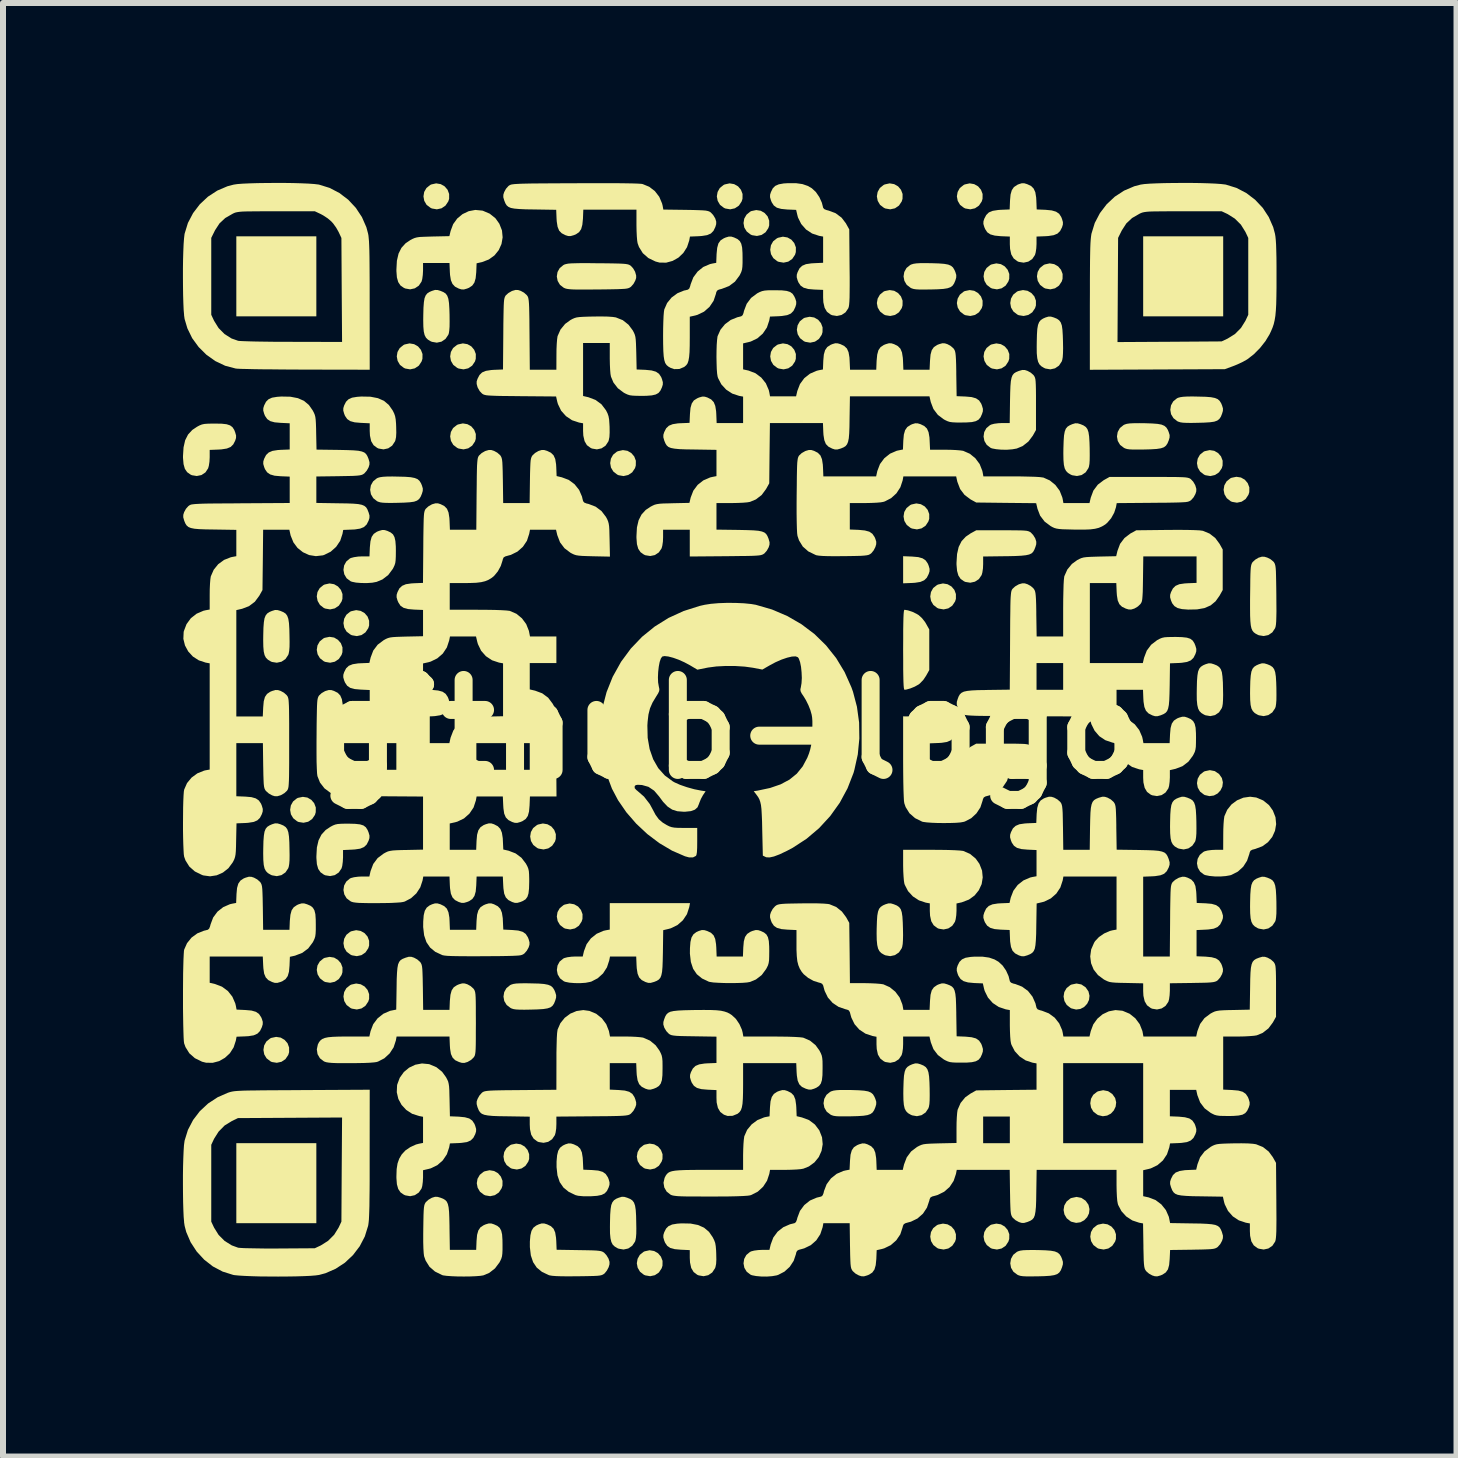
<source format=kicad_pcb>
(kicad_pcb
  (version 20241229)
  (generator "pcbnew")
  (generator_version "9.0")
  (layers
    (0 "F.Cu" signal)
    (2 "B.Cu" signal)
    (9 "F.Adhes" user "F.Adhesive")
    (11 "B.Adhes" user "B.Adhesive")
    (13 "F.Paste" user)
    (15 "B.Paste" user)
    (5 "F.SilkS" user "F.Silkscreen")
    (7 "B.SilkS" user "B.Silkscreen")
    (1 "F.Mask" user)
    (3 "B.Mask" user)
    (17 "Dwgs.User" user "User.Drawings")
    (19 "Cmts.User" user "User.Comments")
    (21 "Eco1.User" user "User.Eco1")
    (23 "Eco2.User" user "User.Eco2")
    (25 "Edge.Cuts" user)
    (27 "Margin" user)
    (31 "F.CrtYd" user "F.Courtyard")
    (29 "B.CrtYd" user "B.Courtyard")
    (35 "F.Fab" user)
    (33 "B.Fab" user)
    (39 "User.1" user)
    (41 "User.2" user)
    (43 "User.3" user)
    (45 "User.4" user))
  (footprint "github-logo"
    (layer "F.Cu")
    (at 9.108 9.108)
    (property "Reference" "github-logo" (at 0 0 0) (layer "F.SilkS") (effects (font (size 1.5 1.5) (thickness 0.3))))
    (attr board_only exclude_from_pos_files exclude_from_bom)
    (fp_poly (pts (xy -6.884 -7.551) (xy -6.884 -6.884) (xy -7.551 -6.884) (xy -8.218 -6.884) (xy -8.218 -7.551) (xy -8.218 -8.218) (xy -7.551 -8.218) (xy -6.884 -8.218)) (stroke (width 0) (type solid)) (fill yes) (layer "F.SilkS"))
    (fp_poly (pts (xy -6.884 7.568) (xy -6.884 8.235) (xy -7.551 8.235) (xy -8.218 8.235) (xy -8.218 7.568) (xy -8.218 6.901) (xy -7.551 6.901) (xy -6.884 6.901)) (stroke (width 0) (type solid)) (fill yes) (layer "F.SilkS"))
    (fp_poly (pts (xy 8.235 -7.551) (xy 8.235 -6.884) (xy 7.568 -6.884) (xy 6.901 -6.884) (xy 6.901 -7.551) (xy 6.901 -8.218) (xy 7.568 -8.218) (xy 8.235 -8.218)) (stroke (width 0) (type solid)) (fill yes) (layer "F.SilkS"))
    (fp_poly (pts (xy 3.049 -2.879) (xy 3.151 -2.87) (xy 3.224 -2.849) (xy 3.275 -2.814) (xy 3.311 -2.761) (xy 3.325 -2.726) (xy 3.34 -2.674) (xy 3.339 -2.632) (xy 3.325 -2.588) (xy 3.293 -2.525) (xy 3.249 -2.483) (xy 3.186 -2.456) (xy 3.097 -2.442) (xy 3.049 -2.439) (xy 2.899 -2.433) (xy 2.899 -2.659) (xy 2.899 -2.885)) (stroke (width 0) (type solid)) (fill yes) (layer "F.SilkS"))
    (fp_poly (pts (xy -7.478 5.141) (xy -7.413 5.179) (xy -7.364 5.235) (xy -7.338 5.306) (xy -7.338 5.385) (xy -7.352 5.43) (xy -7.399 5.5) (xy -7.465 5.544) (xy -7.543 5.561) (xy -7.625 5.548) (xy -7.648 5.537) (xy -7.714 5.486) (xy -7.753 5.42) (xy -7.766 5.346) (xy -7.754 5.272) (xy -7.717 5.206) (xy -7.654 5.155) (xy -7.635 5.146) (xy -7.554 5.129)) (stroke (width 0) (type solid)) (fill yes) (layer "F.SilkS"))
    (fp_poly (pts (xy -7.033 1.139) (xy -6.968 1.177) (xy -6.92 1.233) (xy -6.893 1.304) (xy -6.894 1.383) (xy -6.907 1.428) (xy -6.954 1.497) (xy -7.02 1.542) (xy -7.098 1.559) (xy -7.18 1.546) (xy -7.204 1.535) (xy -7.269 1.484) (xy -7.308 1.418) (xy -7.321 1.344) (xy -7.309 1.27) (xy -7.272 1.204) (xy -7.209 1.153) (xy -7.191 1.144) (xy -7.109 1.127)) (stroke (width 0) (type solid)) (fill yes) (layer "F.SilkS"))
    (fp_poly (pts (xy -6.588 -2.418) (xy -6.524 -2.381) (xy -6.475 -2.324) (xy -6.448 -2.254) (xy -6.449 -2.174) (xy -6.463 -2.13) (xy -6.509 -2.06) (xy -6.576 -2.015) (xy -6.654 -1.998) (xy -6.735 -2.012) (xy -6.759 -2.022) (xy -6.824 -2.073) (xy -6.863 -2.14) (xy -6.877 -2.214) (xy -6.865 -2.288) (xy -6.827 -2.354) (xy -6.765 -2.404) (xy -6.746 -2.413) (xy -6.664 -2.431)) (stroke (width 0) (type solid)) (fill yes) (layer "F.SilkS"))
    (fp_poly (pts (xy -6.588 -1.529) (xy -6.524 -1.491) (xy -6.475 -1.435) (xy -6.448 -1.364) (xy -6.449 -1.285) (xy -6.463 -1.24) (xy -6.509 -1.171) (xy -6.576 -1.126) (xy -6.654 -1.109) (xy -6.735 -1.123) (xy -6.759 -1.133) (xy -6.824 -1.184) (xy -6.863 -1.25) (xy -6.877 -1.324) (xy -6.865 -1.398) (xy -6.827 -1.465) (xy -6.765 -1.515) (xy -6.746 -1.524) (xy -6.664 -1.541)) (stroke (width 0) (type solid)) (fill yes) (layer "F.SilkS"))
    (fp_poly (pts (xy -6.588 3.807) (xy -6.524 3.845) (xy -6.475 3.901) (xy -6.448 3.972) (xy -6.449 4.051) (xy -6.463 4.096) (xy -6.509 4.165) (xy -6.576 4.21) (xy -6.654 4.227) (xy -6.735 4.214) (xy -6.759 4.203) (xy -6.824 4.152) (xy -6.863 4.086) (xy -6.877 4.012) (xy -6.865 3.938) (xy -6.827 3.872) (xy -6.765 3.821) (xy -6.746 3.812) (xy -6.664 3.795)) (stroke (width 0) (type solid)) (fill yes) (layer "F.SilkS"))
    (fp_poly (pts (xy -6.144 -1.973) (xy -6.079 -1.936) (xy -6.03 -1.879) (xy -6.004 -1.809) (xy -6.004 -1.73) (xy -6.018 -1.685) (xy -6.065 -1.615) (xy -6.131 -1.57) (xy -6.209 -1.553) (xy -6.291 -1.567) (xy -6.314 -1.578) (xy -6.38 -1.628) (xy -6.419 -1.695) (xy -6.432 -1.769) (xy -6.42 -1.843) (xy -6.383 -1.909) (xy -6.32 -1.96) (xy -6.301 -1.968) (xy -6.22 -1.986)) (stroke (width 0) (type solid)) (fill yes) (layer "F.SilkS"))
    (fp_poly (pts (xy -6.144 3.363) (xy -6.079 3.4) (xy -6.03 3.457) (xy -6.004 3.527) (xy -6.004 3.606) (xy -6.018 3.651) (xy -6.065 3.721) (xy -6.131 3.766) (xy -6.209 3.783) (xy -6.291 3.769) (xy -6.314 3.758) (xy -6.38 3.708) (xy -6.419 3.641) (xy -6.432 3.567) (xy -6.42 3.493) (xy -6.383 3.427) (xy -6.32 3.377) (xy -6.301 3.368) (xy -6.22 3.35)) (stroke (width 0) (type solid)) (fill yes) (layer "F.SilkS"))
    (fp_poly (pts (xy -6.144 4.252) (xy -6.079 4.289) (xy -6.03 4.346) (xy -6.004 4.417) (xy -6.004 4.496) (xy -6.018 4.54) (xy -6.065 4.61) (xy -6.131 4.655) (xy -6.209 4.672) (xy -6.291 4.658) (xy -6.314 4.648) (xy -6.38 4.597) (xy -6.419 4.531) (xy -6.432 4.456) (xy -6.42 4.382) (xy -6.383 4.316) (xy -6.32 4.266) (xy -6.301 4.257) (xy -6.22 4.239)) (stroke (width 0) (type solid)) (fill yes) (layer "F.SilkS"))
    (fp_poly (pts (xy -5.254 -6.42) (xy -5.189 -6.383) (xy -5.141 -6.326) (xy -5.114 -6.256) (xy -5.115 -6.176) (xy -5.129 -6.132) (xy -5.175 -6.062) (xy -5.242 -6.017) (xy -5.32 -6) (xy -5.401 -6.014) (xy -5.425 -6.025) (xy -5.49 -6.075) (xy -5.529 -6.142) (xy -5.543 -6.216) (xy -5.531 -6.29) (xy -5.493 -6.356) (xy -5.431 -6.406) (xy -5.412 -6.415) (xy -5.33 -6.433)) (stroke (width 0) (type solid)) (fill yes) (layer "F.SilkS"))
    (fp_poly (pts (xy -4.81 -9.088) (xy -4.745 -9.051) (xy -4.696 -8.994) (xy -4.67 -8.924) (xy -4.67 -8.844) (xy -4.684 -8.8) (xy -4.731 -8.73) (xy -4.797 -8.685) (xy -4.875 -8.668) (xy -4.957 -8.682) (xy -4.98 -8.693) (xy -5.046 -8.743) (xy -5.085 -8.81) (xy -5.098 -8.884) (xy -5.086 -8.958) (xy -5.048 -9.024) (xy -4.986 -9.074) (xy -4.967 -9.083) (xy -4.886 -9.101)) (stroke (width 0) (type solid)) (fill yes) (layer "F.SilkS"))
    (fp_poly (pts (xy -4.365 -6.42) (xy -4.3 -6.383) (xy -4.252 -6.326) (xy -4.225 -6.256) (xy -4.226 -6.176) (xy -4.239 -6.132) (xy -4.286 -6.062) (xy -4.352 -6.017) (xy -4.43 -6) (xy -4.512 -6.014) (xy -4.536 -6.025) (xy -4.601 -6.075) (xy -4.64 -6.142) (xy -4.653 -6.216) (xy -4.641 -6.29) (xy -4.604 -6.356) (xy -4.541 -6.406) (xy -4.523 -6.415) (xy -4.441 -6.433)) (stroke (width 0) (type solid)) (fill yes) (layer "F.SilkS"))
    (fp_poly (pts (xy -4.365 -5.086) (xy -4.3 -5.049) (xy -4.252 -4.992) (xy -4.225 -4.922) (xy -4.226 -4.842) (xy -4.239 -4.798) (xy -4.286 -4.728) (xy -4.352 -4.683) (xy -4.43 -4.666) (xy -4.512 -4.68) (xy -4.536 -4.691) (xy -4.601 -4.741) (xy -4.64 -4.808) (xy -4.653 -4.882) (xy -4.641 -4.956) (xy -4.604 -5.022) (xy -4.541 -5.072) (xy -4.523 -5.081) (xy -4.441 -5.099)) (stroke (width 0) (type solid)) (fill yes) (layer "F.SilkS"))
    (fp_poly (pts (xy -3.92 7.365) (xy -3.855 7.402) (xy -3.807 7.459) (xy -3.78 7.529) (xy -3.781 7.609) (xy -3.795 7.653) (xy -3.841 7.723) (xy -3.908 7.768) (xy -3.986 7.785) (xy -4.067 7.771) (xy -4.091 7.76) (xy -4.156 7.71) (xy -4.195 7.643) (xy -4.209 7.569) (xy -4.197 7.495) (xy -4.159 7.429) (xy -4.097 7.379) (xy -4.078 7.37) (xy -3.996 7.352)) (stroke (width 0) (type solid)) (fill yes) (layer "F.SilkS"))
    (fp_poly (pts (xy -3.476 6.92) (xy -3.411 6.957) (xy -3.362 7.014) (xy -3.336 7.085) (xy -3.336 7.164) (xy -3.35 7.208) (xy -3.397 7.278) (xy -3.463 7.323) (xy -3.541 7.34) (xy -3.623 7.326) (xy -3.646 7.316) (xy -3.712 7.265) (xy -3.751 7.199) (xy -3.764 7.125) (xy -3.752 7.05) (xy -3.714 6.984) (xy -3.652 6.934) (xy -3.633 6.925) (xy -3.552 6.908)) (stroke (width 0) (type solid)) (fill yes) (layer "F.SilkS"))
    (fp_poly (pts (xy -3.031 1.584) (xy -2.966 1.621) (xy -2.918 1.678) (xy -2.891 1.749) (xy -2.892 1.828) (xy -2.905 1.872) (xy -2.952 1.942) (xy -3.018 1.987) (xy -3.096 2.004) (xy -3.178 1.99) (xy -3.202 1.98) (xy -3.267 1.929) (xy -3.306 1.863) (xy -3.319 1.788) (xy -3.307 1.714) (xy -3.27 1.648) (xy -3.207 1.598) (xy -3.189 1.589) (xy -3.107 1.571)) (stroke (width 0) (type solid)) (fill yes) (layer "F.SilkS"))
    (fp_poly (pts (xy -2.586 2.918) (xy -2.521 2.955) (xy -2.473 3.012) (xy -2.446 3.083) (xy -2.447 3.162) (xy -2.461 3.206) (xy -2.507 3.276) (xy -2.574 3.321) (xy -2.652 3.338) (xy -2.733 3.324) (xy -2.757 3.314) (xy -2.822 3.263) (xy -2.861 3.197) (xy -2.875 3.122) (xy -2.863 3.048) (xy -2.825 2.982) (xy -2.763 2.932) (xy -2.744 2.923) (xy -2.662 2.905)) (stroke (width 0) (type solid)) (fill yes) (layer "F.SilkS"))
    (fp_poly (pts (xy -1.697 -4.642) (xy -1.632 -4.604) (xy -1.584 -4.548) (xy -1.557 -4.477) (xy -1.558 -4.398) (xy -1.571 -4.353) (xy -1.618 -4.283) (xy -1.684 -4.239) (xy -1.762 -4.221) (xy -1.844 -4.235) (xy -1.868 -4.246) (xy -1.933 -4.297) (xy -1.972 -4.363) (xy -1.985 -4.437) (xy -1.973 -4.511) (xy -1.936 -4.577) (xy -1.873 -4.628) (xy -1.854 -4.636) (xy -1.773 -4.654)) (stroke (width 0) (type solid)) (fill yes) (layer "F.SilkS"))
    (fp_poly (pts (xy -1.252 6.92) (xy -1.187 6.957) (xy -1.139 7.014) (xy -1.112 7.085) (xy -1.113 7.164) (xy -1.127 7.208) (xy -1.173 7.278) (xy -1.24 7.323) (xy -1.318 7.34) (xy -1.399 7.326) (xy -1.423 7.316) (xy -1.488 7.265) (xy -1.527 7.199) (xy -1.541 7.125) (xy -1.528 7.05) (xy -1.491 6.984) (xy -1.429 6.934) (xy -1.41 6.925) (xy -1.328 6.908)) (stroke (width 0) (type solid)) (fill yes) (layer "F.SilkS"))
    (fp_poly (pts (xy -1.252 8.699) (xy -1.187 8.736) (xy -1.139 8.793) (xy -1.112 8.863) (xy -1.113 8.943) (xy -1.127 8.987) (xy -1.173 9.057) (xy -1.24 9.102) (xy -1.318 9.119) (xy -1.399 9.105) (xy -1.423 9.095) (xy -1.488 9.044) (xy -1.527 8.977) (xy -1.541 8.903) (xy -1.528 8.829) (xy -1.491 8.763) (xy -1.429 8.713) (xy -1.41 8.704) (xy -1.328 8.686)) (stroke (width 0) (type solid)) (fill yes) (layer "F.SilkS"))
    (fp_poly (pts (xy 0.082 -9.088) (xy 0.147 -9.051) (xy 0.195 -8.994) (xy 0.222 -8.924) (xy 0.221 -8.844) (xy 0.207 -8.8) (xy 0.161 -8.73) (xy 0.094 -8.685) (xy 0.016 -8.668) (xy -0.065 -8.682) (xy -0.089 -8.693) (xy -0.154 -8.743) (xy -0.193 -8.81) (xy -0.207 -8.884) (xy -0.194 -8.958) (xy -0.157 -9.024) (xy -0.095 -9.074) (xy -0.076 -9.083) (xy 0.006 -9.101)) (stroke (width 0) (type solid)) (fill yes) (layer "F.SilkS"))
    (fp_poly (pts (xy 0.526 -8.644) (xy 0.591 -8.606) (xy 0.64 -8.55) (xy 0.666 -8.479) (xy 0.666 -8.4) (xy 0.652 -8.355) (xy 0.606 -8.286) (xy 0.539 -8.241) (xy 0.461 -8.224) (xy 0.38 -8.237) (xy 0.356 -8.248) (xy 0.291 -8.299) (xy 0.251 -8.365) (xy 0.238 -8.439) (xy 0.25 -8.513) (xy 0.288 -8.579) (xy 0.35 -8.63) (xy 0.369 -8.639) (xy 0.45 -8.656)) (stroke (width 0) (type solid)) (fill yes) (layer "F.SilkS"))
    (fp_poly (pts (xy 0.971 -8.199) (xy 1.036 -8.162) (xy 1.084 -8.105) (xy 1.111 -8.034) (xy 1.11 -7.955) (xy 1.097 -7.911) (xy 1.05 -7.841) (xy 0.984 -7.796) (xy 0.906 -7.779) (xy 0.824 -7.793) (xy 0.8 -7.803) (xy 0.735 -7.854) (xy 0.696 -7.92) (xy 0.683 -7.994) (xy 0.695 -8.069) (xy 0.732 -8.135) (xy 0.795 -8.185) (xy 0.814 -8.194) (xy 0.895 -8.212)) (stroke (width 0) (type solid)) (fill yes) (layer "F.SilkS"))
    (fp_poly (pts (xy 0.971 -6.42) (xy 1.036 -6.383) (xy 1.084 -6.326) (xy 1.111 -6.256) (xy 1.11 -6.176) (xy 1.097 -6.132) (xy 1.05 -6.062) (xy 0.984 -6.017) (xy 0.906 -6) (xy 0.824 -6.014) (xy 0.8 -6.025) (xy 0.735 -6.075) (xy 0.696 -6.142) (xy 0.683 -6.216) (xy 0.695 -6.29) (xy 0.732 -6.356) (xy 0.795 -6.406) (xy 0.814 -6.415) (xy 0.895 -6.433)) (stroke (width 0) (type solid)) (fill yes) (layer "F.SilkS"))
    (fp_poly (pts (xy 1.416 -6.865) (xy 1.481 -6.828) (xy 1.529 -6.771) (xy 1.556 -6.7) (xy 1.555 -6.621) (xy 1.542 -6.577) (xy 1.495 -6.507) (xy 1.429 -6.462) (xy 1.35 -6.445) (xy 1.269 -6.459) (xy 1.245 -6.469) (xy 1.18 -6.52) (xy 1.141 -6.586) (xy 1.127 -6.66) (xy 1.14 -6.735) (xy 1.177 -6.801) (xy 1.239 -6.851) (xy 1.258 -6.86) (xy 1.34 -6.877)) (stroke (width 0) (type solid)) (fill yes) (layer "F.SilkS"))
    (fp_poly (pts (xy 2.75 -9.088) (xy 2.815 -9.051) (xy 2.863 -8.994) (xy 2.89 -8.924) (xy 2.889 -8.844) (xy 2.876 -8.8) (xy 2.829 -8.73) (xy 2.763 -8.685) (xy 2.684 -8.668) (xy 2.603 -8.682) (xy 2.579 -8.693) (xy 2.514 -8.743) (xy 2.475 -8.81) (xy 2.461 -8.884) (xy 2.474 -8.958) (xy 2.511 -9.024) (xy 2.573 -9.074) (xy 2.592 -9.083) (xy 2.674 -9.101)) (stroke (width 0) (type solid)) (fill yes) (layer "F.SilkS"))
    (fp_poly (pts (xy 2.75 -7.31) (xy 2.815 -7.272) (xy 2.863 -7.216) (xy 2.89 -7.145) (xy 2.889 -7.066) (xy 2.876 -7.021) (xy 2.829 -6.951) (xy 2.763 -6.907) (xy 2.684 -6.89) (xy 2.603 -6.903) (xy 2.579 -6.914) (xy 2.514 -6.965) (xy 2.475 -7.031) (xy 2.461 -7.105) (xy 2.474 -7.179) (xy 2.511 -7.245) (xy 2.573 -7.296) (xy 2.592 -7.305) (xy 2.674 -7.322)) (stroke (width 0) (type solid)) (fill yes) (layer "F.SilkS"))
    (fp_poly (pts (xy 3.194 -3.752) (xy 3.259 -3.715) (xy 3.308 -3.658) (xy 3.334 -3.588) (xy 3.334 -3.508) (xy 3.32 -3.464) (xy 3.274 -3.394) (xy 3.207 -3.349) (xy 3.129 -3.332) (xy 3.048 -3.346) (xy 3.024 -3.356) (xy 2.959 -3.407) (xy 2.919 -3.474) (xy 2.906 -3.548) (xy 2.918 -3.622) (xy 2.956 -3.688) (xy 3.018 -3.738) (xy 3.037 -3.747) (xy 3.119 -3.765)) (stroke (width 0) (type solid)) (fill yes) (layer "F.SilkS"))
    (fp_poly (pts (xy 3.639 -2.418) (xy 3.704 -2.381) (xy 3.753 -2.324) (xy 3.779 -2.254) (xy 3.779 -2.174) (xy 3.765 -2.13) (xy 3.718 -2.06) (xy 3.652 -2.015) (xy 3.574 -1.998) (xy 3.492 -2.012) (xy 3.468 -2.022) (xy 3.403 -2.073) (xy 3.364 -2.14) (xy 3.351 -2.214) (xy 3.363 -2.288) (xy 3.4 -2.354) (xy 3.463 -2.404) (xy 3.482 -2.413) (xy 3.563 -2.431)) (stroke (width 0) (type solid)) (fill yes) (layer "F.SilkS"))
    (fp_poly (pts (xy 3.639 8.254) (xy 3.704 8.291) (xy 3.753 8.348) (xy 3.779 8.419) (xy 3.779 8.498) (xy 3.765 8.542) (xy 3.718 8.612) (xy 3.652 8.657) (xy 3.574 8.674) (xy 3.492 8.66) (xy 3.468 8.65) (xy 3.403 8.599) (xy 3.364 8.533) (xy 3.351 8.459) (xy 3.363 8.384) (xy 3.4 8.318) (xy 3.463 8.268) (xy 3.482 8.259) (xy 3.563 8.242)) (stroke (width 0) (type solid)) (fill yes) (layer "F.SilkS"))
    (fp_poly (pts (xy 4.084 -9.088) (xy 4.149 -9.051) (xy 4.197 -8.994) (xy 4.224 -8.924) (xy 4.223 -8.844) (xy 4.21 -8.8) (xy 4.163 -8.73) (xy 4.097 -8.685) (xy 4.019 -8.668) (xy 3.937 -8.682) (xy 3.913 -8.693) (xy 3.848 -8.743) (xy 3.809 -8.81) (xy 3.795 -8.884) (xy 3.808 -8.958) (xy 3.845 -9.024) (xy 3.908 -9.074) (xy 3.926 -9.083) (xy 4.008 -9.101)) (stroke (width 0) (type solid)) (fill yes) (layer "F.SilkS"))
    (fp_poly (pts (xy 4.084 -7.31) (xy 4.149 -7.272) (xy 4.197 -7.216) (xy 4.224 -7.145) (xy 4.223 -7.066) (xy 4.21 -7.021) (xy 4.163 -6.951) (xy 4.097 -6.907) (xy 4.019 -6.89) (xy 3.937 -6.903) (xy 3.913 -6.914) (xy 3.848 -6.965) (xy 3.809 -7.031) (xy 3.795 -7.105) (xy 3.808 -7.179) (xy 3.845 -7.245) (xy 3.908 -7.296) (xy 3.926 -7.305) (xy 4.008 -7.322)) (stroke (width 0) (type solid)) (fill yes) (layer "F.SilkS"))
    (fp_poly (pts (xy 4.529 -7.754) (xy 4.593 -7.717) (xy 4.642 -7.66) (xy 4.669 -7.59) (xy 4.668 -7.51) (xy 4.654 -7.466) (xy 4.608 -7.396) (xy 4.541 -7.351) (xy 4.463 -7.334) (xy 4.382 -7.348) (xy 4.358 -7.359) (xy 4.293 -7.409) (xy 4.254 -7.476) (xy 4.24 -7.55) (xy 4.252 -7.624) (xy 4.29 -7.69) (xy 4.352 -7.74) (xy 4.371 -7.749) (xy 4.453 -7.767)) (stroke (width 0) (type solid)) (fill yes) (layer "F.SilkS"))
    (fp_poly (pts (xy 4.529 -6.42) (xy 4.593 -6.383) (xy 4.642 -6.326) (xy 4.669 -6.256) (xy 4.668 -6.176) (xy 4.654 -6.132) (xy 4.608 -6.062) (xy 4.541 -6.017) (xy 4.463 -6) (xy 4.382 -6.014) (xy 4.358 -6.025) (xy 4.293 -6.075) (xy 4.254 -6.142) (xy 4.24 -6.216) (xy 4.252 -6.29) (xy 4.29 -6.356) (xy 4.352 -6.406) (xy 4.371 -6.415) (xy 4.453 -6.433)) (stroke (width 0) (type solid)) (fill yes) (layer "F.SilkS"))
    (fp_poly (pts (xy 4.529 8.254) (xy 4.593 8.291) (xy 4.642 8.348) (xy 4.669 8.419) (xy 4.668 8.498) (xy 4.654 8.542) (xy 4.608 8.612) (xy 4.541 8.657) (xy 4.463 8.674) (xy 4.382 8.66) (xy 4.358 8.65) (xy 4.293 8.599) (xy 4.254 8.533) (xy 4.24 8.459) (xy 4.252 8.384) (xy 4.29 8.318) (xy 4.352 8.268) (xy 4.371 8.259) (xy 4.453 8.242)) (stroke (width 0) (type solid)) (fill yes) (layer "F.SilkS"))
    (fp_poly (pts (xy 4.973 -7.31) (xy 5.038 -7.272) (xy 5.087 -7.216) (xy 5.113 -7.145) (xy 5.113 -7.066) (xy 5.099 -7.021) (xy 5.052 -6.951) (xy 4.986 -6.907) (xy 4.908 -6.89) (xy 4.826 -6.903) (xy 4.803 -6.914) (xy 4.737 -6.965) (xy 4.698 -7.031) (xy 4.685 -7.105) (xy 4.697 -7.179) (xy 4.734 -7.245) (xy 4.797 -7.296) (xy 4.816 -7.305) (xy 4.897 -7.322)) (stroke (width 0) (type solid)) (fill yes) (layer "F.SilkS"))
    (fp_poly (pts (xy 5.418 -7.754) (xy 5.483 -7.717) (xy 5.531 -7.66) (xy 5.558 -7.59) (xy 5.557 -7.51) (xy 5.544 -7.466) (xy 5.497 -7.396) (xy 5.431 -7.351) (xy 5.353 -7.334) (xy 5.271 -7.348) (xy 5.247 -7.359) (xy 5.182 -7.409) (xy 5.143 -7.476) (xy 5.13 -7.55) (xy 5.142 -7.624) (xy 5.179 -7.69) (xy 5.242 -7.74) (xy 5.26 -7.749) (xy 5.342 -7.767)) (stroke (width 0) (type solid)) (fill yes) (layer "F.SilkS"))
    (fp_poly (pts (xy 5.871 4.255) (xy 5.942 4.303) (xy 5.989 4.371) (xy 6.006 4.443) (xy 5.998 4.513) (xy 5.967 4.577) (xy 5.918 4.629) (xy 5.855 4.663) (xy 5.783 4.673) (xy 5.705 4.654) (xy 5.692 4.648) (xy 5.627 4.597) (xy 5.588 4.531) (xy 5.574 4.456) (xy 5.586 4.382) (xy 5.624 4.316) (xy 5.686 4.266) (xy 5.705 4.257) (xy 5.79 4.239)) (stroke (width 0) (type solid)) (fill yes) (layer "F.SilkS"))
    (fp_poly (pts (xy 5.871 7.813) (xy 5.942 7.861) (xy 5.989 7.928) (xy 6.006 8) (xy 5.998 8.071) (xy 5.967 8.135) (xy 5.918 8.186) (xy 5.855 8.22) (xy 5.783 8.23) (xy 5.705 8.211) (xy 5.692 8.205) (xy 5.627 8.154) (xy 5.588 8.088) (xy 5.574 8.014) (xy 5.586 7.94) (xy 5.624 7.874) (xy 5.686 7.823) (xy 5.705 7.815) (xy 5.79 7.797)) (stroke (width 0) (type solid)) (fill yes) (layer "F.SilkS"))
    (fp_poly (pts (xy 6.307 8.254) (xy 6.372 8.291) (xy 6.421 8.348) (xy 6.447 8.419) (xy 6.447 8.498) (xy 6.433 8.542) (xy 6.386 8.612) (xy 6.32 8.657) (xy 6.242 8.674) (xy 6.16 8.66) (xy 6.137 8.65) (xy 6.071 8.599) (xy 6.032 8.533) (xy 6.019 8.459) (xy 6.031 8.384) (xy 6.068 8.318) (xy 6.131 8.268) (xy 6.15 8.259) (xy 6.231 8.242)) (stroke (width 0) (type solid)) (fill yes) (layer "F.SilkS"))
    (fp_poly (pts (xy 6.316 6.034) (xy 6.387 6.082) (xy 6.434 6.149) (xy 6.451 6.221) (xy 6.442 6.292) (xy 6.411 6.356) (xy 6.363 6.408) (xy 6.3 6.441) (xy 6.228 6.452) (xy 6.15 6.433) (xy 6.137 6.426) (xy 6.071 6.376) (xy 6.032 6.309) (xy 6.019 6.235) (xy 6.031 6.161) (xy 6.068 6.095) (xy 6.131 6.045) (xy 6.15 6.036) (xy 6.234 6.018)) (stroke (width 0) (type solid)) (fill yes) (layer "F.SilkS"))
    (fp_poly (pts (xy 8.086 -4.642) (xy 8.151 -4.604) (xy 8.199 -4.548) (xy 8.226 -4.477) (xy 8.225 -4.398) (xy 8.212 -4.353) (xy 8.165 -4.283) (xy 8.099 -4.239) (xy 8.021 -4.221) (xy 7.939 -4.235) (xy 7.915 -4.246) (xy 7.85 -4.297) (xy 7.811 -4.363) (xy 7.798 -4.437) (xy 7.81 -4.511) (xy 7.847 -4.577) (xy 7.91 -4.628) (xy 7.928 -4.636) (xy 8.01 -4.654)) (stroke (width 0) (type solid)) (fill yes) (layer "F.SilkS"))
    (fp_poly (pts (xy 8.095 0.698) (xy 8.166 0.746) (xy 8.213 0.813) (xy 8.23 0.885) (xy 8.221 0.956) (xy 8.19 1.02) (xy 8.141 1.072) (xy 8.079 1.105) (xy 8.006 1.115) (xy 7.928 1.097) (xy 7.915 1.09) (xy 7.85 1.04) (xy 7.811 0.973) (xy 7.798 0.899) (xy 7.81 0.825) (xy 7.847 0.759) (xy 7.91 0.709) (xy 7.928 0.7) (xy 8.013 0.682)) (stroke (width 0) (type solid)) (fill yes) (layer "F.SilkS"))
    (fp_poly (pts (xy 8.531 -4.197) (xy 8.596 -4.16) (xy 8.644 -4.103) (xy 8.671 -4.032) (xy 8.67 -3.953) (xy 8.656 -3.909) (xy 8.61 -3.839) (xy 8.543 -3.794) (xy 8.465 -3.777) (xy 8.384 -3.791) (xy 8.36 -3.801) (xy 8.295 -3.852) (xy 8.256 -3.918) (xy 8.242 -3.992) (xy 8.254 -4.066) (xy 8.292 -4.133) (xy 8.354 -4.183) (xy 8.373 -4.192) (xy 8.455 -4.209)) (stroke (width 0) (type solid)) (fill yes) (layer "F.SilkS"))
    (fp_poly (pts (xy -7.531 -1.987) (xy -7.483 -1.973) (xy -7.433 -1.952) (xy -7.395 -1.927) (xy -7.369 -1.891) (xy -7.351 -1.84) (xy -7.34 -1.768) (xy -7.334 -1.67) (xy -7.332 -1.575) (xy -7.33 -1.46) (xy -7.331 -1.374) (xy -7.336 -1.311) (xy -7.344 -1.266) (xy -7.352 -1.24) (xy -7.399 -1.17) (xy -7.465 -1.126) (xy -7.543 -1.109) (xy -7.625 -1.122) (xy -7.648 -1.133) (xy -7.692 -1.16) (xy -7.724 -1.192) (xy -7.747 -1.236) (xy -7.761 -1.296) (xy -7.768 -1.377) (xy -7.77 -1.486) (xy -7.769 -1.568) (xy -7.766 -1.691) (xy -7.759 -1.783) (xy -7.748 -1.85) (xy -7.729 -1.897) (xy -7.702 -1.931) (xy -7.663 -1.956) (xy -7.622 -1.973) (xy -7.573 -1.988)) (stroke (width 0) (type solid)) (fill yes) (layer "F.SilkS"))
    (fp_poly (pts (xy -7.531 1.57) (xy -7.483 1.584) (xy -7.433 1.605) (xy -7.395 1.631) (xy -7.369 1.666) (xy -7.351 1.717) (xy -7.34 1.789) (xy -7.334 1.887) (xy -7.332 1.982) (xy -7.33 2.098) (xy -7.331 2.184) (xy -7.336 2.246) (xy -7.344 2.291) (xy -7.352 2.317) (xy -7.399 2.387) (xy -7.465 2.432) (xy -7.543 2.449) (xy -7.625 2.435) (xy -7.648 2.424) (xy -7.692 2.398) (xy -7.724 2.365) (xy -7.747 2.322) (xy -7.761 2.262) (xy -7.768 2.18) (xy -7.77 2.072) (xy -7.769 1.989) (xy -7.766 1.867) (xy -7.759 1.775) (xy -7.748 1.708) (xy -7.729 1.66) (xy -7.702 1.627) (xy -7.663 1.602) (xy -7.622 1.584) (xy -7.573 1.569)) (stroke (width 0) (type solid)) (fill yes) (layer "F.SilkS"))
    (fp_poly (pts (xy -4.863 -7.323) (xy -4.815 -7.309) (xy -4.765 -7.288) (xy -4.727 -7.263) (xy -4.701 -7.227) (xy -4.683 -7.176) (xy -4.672 -7.104) (xy -4.666 -7.007) (xy -4.663 -6.911) (xy -4.662 -6.796) (xy -4.663 -6.71) (xy -4.668 -6.647) (xy -4.675 -6.602) (xy -4.684 -6.576) (xy -4.731 -6.507) (xy -4.797 -6.462) (xy -4.875 -6.445) (xy -4.956 -6.459) (xy -4.98 -6.469) (xy -5.024 -6.496) (xy -5.056 -6.528) (xy -5.079 -6.572) (xy -5.093 -6.632) (xy -5.1 -6.713) (xy -5.102 -6.822) (xy -5.101 -6.905) (xy -5.098 -7.027) (xy -5.091 -7.119) (xy -5.08 -7.186) (xy -5.061 -7.233) (xy -5.034 -7.267) (xy -4.995 -7.292) (xy -4.954 -7.309) (xy -4.905 -7.324)) (stroke (width 0) (type solid)) (fill yes) (layer "F.SilkS"))
    (fp_poly (pts (xy -1.75 7.796) (xy -1.703 7.81) (xy -1.652 7.831) (xy -1.615 7.856) (xy -1.588 7.892) (xy -1.57 7.943) (xy -1.559 8.015) (xy -1.553 8.113) (xy -1.551 8.208) (xy -1.549 8.323) (xy -1.55 8.409) (xy -1.555 8.472) (xy -1.563 8.517) (xy -1.571 8.543) (xy -1.618 8.612) (xy -1.684 8.657) (xy -1.762 8.674) (xy -1.844 8.66) (xy -1.868 8.65) (xy -1.911 8.623) (xy -1.944 8.591) (xy -1.966 8.547) (xy -1.98 8.487) (xy -1.988 8.406) (xy -1.989 8.297) (xy -1.988 8.214) (xy -1.985 8.092) (xy -1.978 8) (xy -1.967 7.933) (xy -1.948 7.886) (xy -1.921 7.852) (xy -1.883 7.827) (xy -1.841 7.81) (xy -1.792 7.795)) (stroke (width 0) (type solid)) (fill yes) (layer "F.SilkS"))
    (fp_poly (pts (xy 2.697 2.904) (xy 2.744 2.918) (xy 2.795 2.939) (xy 2.832 2.965) (xy 2.859 3) (xy 2.876 3.051) (xy 2.887 3.123) (xy 2.893 3.221) (xy 2.896 3.316) (xy 2.898 3.432) (xy 2.896 3.518) (xy 2.892 3.58) (xy 2.884 3.625) (xy 2.875 3.652) (xy 2.829 3.721) (xy 2.762 3.766) (xy 2.684 3.783) (xy 2.603 3.769) (xy 2.579 3.758) (xy 2.535 3.732) (xy 2.503 3.699) (xy 2.481 3.656) (xy 2.467 3.596) (xy 2.459 3.514) (xy 2.457 3.406) (xy 2.458 3.323) (xy 2.462 3.201) (xy 2.468 3.109) (xy 2.48 3.042) (xy 2.498 2.994) (xy 2.526 2.961) (xy 2.564 2.936) (xy 2.605 2.918) (xy 2.655 2.903)) (stroke (width 0) (type solid)) (fill yes) (layer "F.SilkS"))
    (fp_poly (pts (xy 2.98 -1.982) (xy 3.053 -1.958) (xy 3.125 -1.923) (xy 3.158 -1.903) (xy 3.214 -1.852) (xy 3.266 -1.785) (xy 3.282 -1.758) (xy 3.335 -1.663) (xy 3.335 -1.325) (xy 3.335 -0.987) (xy 3.282 -0.892) (xy 3.235 -0.822) (xy 3.178 -0.763) (xy 3.158 -0.747) (xy 3.092 -0.71) (xy 3.018 -0.68) (xy 2.95 -0.661) (xy 2.922 -0.658) (xy 2.916 -0.666) (xy 2.911 -0.689) (xy 2.907 -0.732) (xy 2.904 -0.797) (xy 2.902 -0.887) (xy 2.9 -1.004) (xy 2.9 -1.151) (xy 2.899 -1.325) (xy 2.9 -1.504) (xy 2.9 -1.65) (xy 2.902 -1.767) (xy 2.904 -1.855) (xy 2.907 -1.92) (xy 2.911 -1.962) (xy 2.916 -1.985) (xy 2.922 -1.992)) (stroke (width 0) (type solid)) (fill yes) (layer "F.SilkS"))
    (fp_poly (pts (xy 3.142 5.572) (xy 3.189 5.586) (xy 3.239 5.607) (xy 3.277 5.633) (xy 3.303 5.669) (xy 3.321 5.72) (xy 3.332 5.791) (xy 3.338 5.889) (xy 3.341 5.984) (xy 3.342 6.1) (xy 3.341 6.186) (xy 3.337 6.248) (xy 3.329 6.293) (xy 3.32 6.32) (xy 3.274 6.389) (xy 3.207 6.434) (xy 3.129 6.451) (xy 3.048 6.437) (xy 3.024 6.426) (xy 2.98 6.4) (xy 2.948 6.367) (xy 2.925 6.324) (xy 2.911 6.264) (xy 2.904 6.182) (xy 2.902 6.074) (xy 2.903 5.991) (xy 2.907 5.869) (xy 2.913 5.777) (xy 2.925 5.71) (xy 2.943 5.662) (xy 2.971 5.629) (xy 3.009 5.604) (xy 3.05 5.586) (xy 3.1 5.571)) (stroke (width 0) (type solid)) (fill yes) (layer "F.SilkS"))
    (fp_poly (pts (xy 5.365 -6.879) (xy 5.412 -6.865) (xy 5.463 -6.844) (xy 5.5 -6.818) (xy 5.527 -6.782) (xy 5.545 -6.731) (xy 5.555 -6.66) (xy 5.561 -6.562) (xy 5.564 -6.467) (xy 5.566 -6.351) (xy 5.564 -6.265) (xy 5.56 -6.203) (xy 5.552 -6.158) (xy 5.543 -6.131) (xy 5.497 -6.062) (xy 5.431 -6.017) (xy 5.353 -6) (xy 5.271 -6.014) (xy 5.247 -6.025) (xy 5.204 -6.051) (xy 5.171 -6.084) (xy 5.149 -6.127) (xy 5.135 -6.187) (xy 5.127 -6.269) (xy 5.126 -6.377) (xy 5.127 -6.46) (xy 5.13 -6.582) (xy 5.136 -6.674) (xy 5.148 -6.741) (xy 5.167 -6.789) (xy 5.194 -6.822) (xy 5.232 -6.847) (xy 5.273 -6.865) (xy 5.323 -6.88)) (stroke (width 0) (type solid)) (fill yes) (layer "F.SilkS"))
    (fp_poly (pts (xy 5.81 -5.1) (xy 5.857 -5.086) (xy 5.907 -5.065) (xy 5.945 -5.039) (xy 5.971 -5.004) (xy 5.989 -4.953) (xy 6 -4.881) (xy 6.006 -4.783) (xy 6.009 -4.688) (xy 6.01 -4.572) (xy 6.009 -4.486) (xy 6.005 -4.424) (xy 5.997 -4.379) (xy 5.988 -4.353) (xy 5.942 -4.283) (xy 5.875 -4.238) (xy 5.797 -4.222) (xy 5.716 -4.235) (xy 5.692 -4.246) (xy 5.648 -4.273) (xy 5.616 -4.305) (xy 5.593 -4.349) (xy 5.579 -4.408) (xy 5.572 -4.49) (xy 5.57 -4.598) (xy 5.571 -4.681) (xy 5.575 -4.803) (xy 5.581 -4.895) (xy 5.593 -4.962) (xy 5.611 -5.01) (xy 5.639 -5.044) (xy 5.677 -5.068) (xy 5.718 -5.086) (xy 5.768 -5.101)) (stroke (width 0) (type solid)) (fill yes) (layer "F.SilkS"))
    (fp_poly (pts (xy 7.588 1.126) (xy 7.636 1.14) (xy 7.686 1.161) (xy 7.724 1.186) (xy 7.75 1.222) (xy 7.768 1.273) (xy 7.779 1.345) (xy 7.785 1.442) (xy 7.788 1.537) (xy 7.789 1.653) (xy 7.788 1.739) (xy 7.783 1.802) (xy 7.775 1.847) (xy 7.767 1.873) (xy 7.72 1.942) (xy 7.654 1.987) (xy 7.576 2.004) (xy 7.495 1.99) (xy 7.471 1.98) (xy 7.427 1.953) (xy 7.395 1.92) (xy 7.372 1.877) (xy 7.358 1.817) (xy 7.351 1.736) (xy 7.349 1.627) (xy 7.35 1.544) (xy 7.353 1.422) (xy 7.36 1.33) (xy 7.371 1.263) (xy 7.39 1.215) (xy 7.417 1.182) (xy 7.456 1.157) (xy 7.497 1.14) (xy 7.546 1.125)) (stroke (width 0) (type solid)) (fill yes) (layer "F.SilkS"))
    (fp_poly (pts (xy 8.033 -1.098) (xy 8.08 -1.084) (xy 8.131 -1.063) (xy 8.168 -1.037) (xy 8.195 -1.002) (xy 8.213 -0.951) (xy 8.223 -0.879) (xy 8.23 -0.781) (xy 8.232 -0.686) (xy 8.234 -0.57) (xy 8.232 -0.484) (xy 8.228 -0.422) (xy 8.22 -0.377) (xy 8.211 -0.351) (xy 8.165 -0.281) (xy 8.099 -0.236) (xy 8.021 -0.219) (xy 7.939 -0.233) (xy 7.915 -0.244) (xy 7.872 -0.27) (xy 7.839 -0.303) (xy 7.817 -0.346) (xy 7.803 -0.406) (xy 7.795 -0.488) (xy 7.794 -0.596) (xy 7.795 -0.679) (xy 7.798 -0.801) (xy 7.805 -0.893) (xy 7.816 -0.96) (xy 7.835 -1.008) (xy 7.862 -1.041) (xy 7.9 -1.066) (xy 7.941 -1.084) (xy 7.991 -1.099)) (stroke (width 0) (type solid)) (fill yes) (layer "F.SilkS"))
    (fp_poly (pts (xy 8.922 -1.098) (xy 8.97 -1.084) (xy 9.02 -1.063) (xy 9.058 -1.037) (xy 9.084 -1.002) (xy 9.102 -0.951) (xy 9.113 -0.879) (xy 9.119 -0.781) (xy 9.122 -0.686) (xy 9.123 -0.57) (xy 9.122 -0.484) (xy 9.117 -0.422) (xy 9.11 -0.377) (xy 9.101 -0.351) (xy 9.054 -0.281) (xy 8.988 -0.236) (xy 8.91 -0.219) (xy 8.829 -0.233) (xy 8.805 -0.244) (xy 8.761 -0.27) (xy 8.729 -0.303) (xy 8.706 -0.346) (xy 8.692 -0.406) (xy 8.685 -0.488) (xy 8.683 -0.596) (xy 8.684 -0.679) (xy 8.687 -0.801) (xy 8.694 -0.893) (xy 8.705 -0.96) (xy 8.724 -1.008) (xy 8.751 -1.041) (xy 8.79 -1.066) (xy 8.831 -1.084) (xy 8.88 -1.099)) (stroke (width 0) (type solid)) (fill yes) (layer "F.SilkS"))
    (fp_poly (pts (xy 8.922 2.46) (xy 8.97 2.474) (xy 9.02 2.495) (xy 9.058 2.52) (xy 9.084 2.556) (xy 9.102 2.607) (xy 9.113 2.679) (xy 9.119 2.776) (xy 9.122 2.872) (xy 9.123 2.987) (xy 9.122 3.073) (xy 9.117 3.136) (xy 9.11 3.181) (xy 9.101 3.207) (xy 9.054 3.276) (xy 8.988 3.321) (xy 8.91 3.338) (xy 8.829 3.324) (xy 8.805 3.314) (xy 8.761 3.287) (xy 8.729 3.255) (xy 8.706 3.211) (xy 8.692 3.151) (xy 8.685 3.07) (xy 8.683 2.961) (xy 8.684 2.878) (xy 8.687 2.756) (xy 8.694 2.664) (xy 8.705 2.597) (xy 8.724 2.55) (xy 8.751 2.516) (xy 8.79 2.491) (xy 8.831 2.474) (xy 8.88 2.459)) (stroke (width 0) (type solid)) (fill yes) (layer "F.SilkS"))
    (fp_poly (pts (xy -5.522 -4.212) (xy -5.401 -4.209) (xy -5.31 -4.202) (xy -5.244 -4.189) (xy -5.197 -4.17) (xy -5.164 -4.141) (xy -5.139 -4.101) (xy -5.124 -4.065) (xy -5.109 -4.015) (xy -5.11 -3.973) (xy -5.124 -3.926) (xy -5.145 -3.876) (xy -5.17 -3.839) (xy -5.205 -3.812) (xy -5.254 -3.794) (xy -5.325 -3.784) (xy -5.421 -3.778) (xy -5.529 -3.775) (xy -5.638 -3.773) (xy -5.719 -3.774) (xy -5.777 -3.777) (xy -5.819 -3.783) (xy -5.851 -3.793) (xy -5.87 -3.801) (xy -5.935 -3.852) (xy -5.974 -3.918) (xy -5.987 -3.992) (xy -5.975 -4.066) (xy -5.938 -4.132) (xy -5.876 -4.183) (xy -5.857 -4.192) (xy -5.822 -4.202) (xy -5.773 -4.209) (xy -5.706 -4.213) (xy -5.614 -4.214)) (stroke (width 0) (type solid)) (fill yes) (layer "F.SilkS"))
    (fp_poly (pts (xy -3.298 4.237) (xy -3.177 4.24) (xy -3.087 4.247) (xy -3.02 4.26) (xy -2.974 4.279) (xy -2.941 4.308) (xy -2.916 4.348) (xy -2.901 4.384) (xy -2.886 4.434) (xy -2.887 4.476) (xy -2.901 4.523) (xy -2.921 4.573) (xy -2.946 4.61) (xy -2.981 4.637) (xy -3.031 4.654) (xy -3.101 4.665) (xy -3.197 4.671) (xy -3.305 4.674) (xy -3.415 4.676) (xy -3.496 4.675) (xy -3.554 4.672) (xy -3.595 4.666) (xy -3.627 4.656) (xy -3.646 4.647) (xy -3.711 4.597) (xy -3.751 4.531) (xy -3.764 4.457) (xy -3.752 4.383) (xy -3.715 4.317) (xy -3.653 4.266) (xy -3.634 4.257) (xy -3.598 4.246) (xy -3.55 4.239) (xy -3.483 4.236) (xy -3.39 4.235)) (stroke (width 0) (type solid)) (fill yes) (layer "F.SilkS"))
    (fp_poly (pts (xy 2.038 6.015) (xy 2.159 6.019) (xy 2.25 6.026) (xy 2.316 6.038) (xy 2.363 6.058) (xy 2.396 6.086) (xy 2.42 6.126) (xy 2.436 6.163) (xy 2.451 6.212) (xy 2.45 6.254) (xy 2.436 6.302) (xy 2.415 6.352) (xy 2.39 6.389) (xy 2.355 6.415) (xy 2.305 6.433) (xy 2.235 6.444) (xy 2.139 6.45) (xy 2.031 6.453) (xy 1.921 6.454) (xy 1.84 6.454) (xy 1.782 6.451) (xy 1.741 6.445) (xy 1.709 6.435) (xy 1.69 6.426) (xy 1.625 6.376) (xy 1.586 6.31) (xy 1.572 6.236) (xy 1.584 6.162) (xy 1.621 6.095) (xy 1.683 6.045) (xy 1.702 6.036) (xy 1.738 6.025) (xy 1.786 6.018) (xy 1.853 6.014) (xy 1.946 6.014)) (stroke (width 0) (type solid)) (fill yes) (layer "F.SilkS"))
    (fp_poly (pts (xy 3.372 -7.77) (xy 3.493 -7.766) (xy 3.584 -7.759) (xy 3.65 -7.747) (xy 3.697 -7.727) (xy 3.73 -7.699) (xy 3.754 -7.659) (xy 3.77 -7.622) (xy 3.785 -7.573) (xy 3.784 -7.531) (xy 3.77 -7.483) (xy 3.749 -7.433) (xy 3.724 -7.396) (xy 3.689 -7.37) (xy 3.639 -7.352) (xy 3.569 -7.341) (xy 3.473 -7.335) (xy 3.365 -7.332) (xy 3.255 -7.331) (xy 3.174 -7.331) (xy 3.117 -7.334) (xy 3.075 -7.34) (xy 3.043 -7.35) (xy 3.024 -7.359) (xy 2.959 -7.409) (xy 2.92 -7.475) (xy 2.906 -7.549) (xy 2.918 -7.623) (xy 2.955 -7.69) (xy 3.017 -7.74) (xy 3.036 -7.749) (xy 3.072 -7.76) (xy 3.12 -7.767) (xy 3.187 -7.771) (xy 3.28 -7.771)) (stroke (width 0) (type solid)) (fill yes) (layer "F.SilkS"))
    (fp_poly (pts (xy 5.15 8.683) (xy 5.271 8.687) (xy 5.362 8.694) (xy 5.428 8.706) (xy 5.475 8.726) (xy 5.508 8.754) (xy 5.533 8.794) (xy 5.548 8.831) (xy 5.563 8.88) (xy 5.562 8.922) (xy 5.548 8.97) (xy 5.528 9.02) (xy 5.503 9.057) (xy 5.468 9.084) (xy 5.418 9.101) (xy 5.348 9.112) (xy 5.252 9.118) (xy 5.144 9.121) (xy 5.034 9.122) (xy 4.953 9.122) (xy 4.895 9.119) (xy 4.854 9.113) (xy 4.822 9.103) (xy 4.803 9.094) (xy 4.737 9.044) (xy 4.698 8.978) (xy 4.685 8.904) (xy 4.697 8.83) (xy 4.734 8.763) (xy 4.796 8.713) (xy 4.815 8.704) (xy 4.85 8.693) (xy 4.899 8.686) (xy 4.966 8.683) (xy 5.058 8.682)) (stroke (width 0) (type solid)) (fill yes) (layer "F.SilkS"))
    (fp_poly (pts (xy 6.929 -5.102) (xy 7.05 -5.098) (xy 7.141 -5.091) (xy 7.207 -5.079) (xy 7.254 -5.059) (xy 7.287 -5.031) (xy 7.312 -4.991) (xy 7.327 -4.954) (xy 7.342 -4.905) (xy 7.341 -4.863) (xy 7.327 -4.815) (xy 7.306 -4.765) (xy 7.281 -4.728) (xy 7.246 -4.701) (xy 7.197 -4.684) (xy 7.126 -4.673) (xy 7.03 -4.667) (xy 6.922 -4.664) (xy 6.813 -4.663) (xy 6.732 -4.663) (xy 6.674 -4.666) (xy 6.632 -4.672) (xy 6.6 -4.682) (xy 6.581 -4.691) (xy 6.516 -4.741) (xy 6.477 -4.807) (xy 6.464 -4.881) (xy 6.476 -4.955) (xy 6.513 -5.022) (xy 6.575 -5.072) (xy 6.594 -5.081) (xy 6.629 -5.092) (xy 6.678 -5.099) (xy 6.745 -5.102) (xy 6.837 -5.103)) (stroke (width 0) (type solid)) (fill yes) (layer "F.SilkS"))
    (fp_poly (pts (xy 7.819 -5.546) (xy 7.94 -5.543) (xy 8.03 -5.536) (xy 8.097 -5.523) (xy 8.143 -5.504) (xy 8.176 -5.475) (xy 8.201 -5.435) (xy 8.216 -5.399) (xy 8.231 -5.349) (xy 8.23 -5.307) (xy 8.216 -5.26) (xy 8.196 -5.21) (xy 8.171 -5.173) (xy 8.136 -5.146) (xy 8.086 -5.128) (xy 8.016 -5.118) (xy 7.92 -5.112) (xy 7.812 -5.109) (xy 7.702 -5.107) (xy 7.621 -5.108) (xy 7.563 -5.111) (xy 7.522 -5.117) (xy 7.49 -5.127) (xy 7.471 -5.135) (xy 7.406 -5.186) (xy 7.366 -5.252) (xy 7.353 -5.326) (xy 7.365 -5.4) (xy 7.402 -5.466) (xy 7.464 -5.517) (xy 7.483 -5.526) (xy 7.519 -5.536) (xy 7.567 -5.543) (xy 7.634 -5.547) (xy 7.727 -5.548)) (stroke (width 0) (type solid)) (fill yes) (layer "F.SilkS"))
    (fp_poly (pts (xy -5.982 -5.544) (xy -5.858 -5.52) (xy -5.756 -5.475) (xy -5.675 -5.406) (xy -5.612 -5.316) (xy -5.587 -5.266) (xy -5.571 -5.22) (xy -5.561 -5.166) (xy -5.555 -5.094) (xy -5.553 -5.042) (xy -5.551 -4.943) (xy -5.555 -4.871) (xy -5.566 -4.818) (xy -5.573 -4.799) (xy -5.62 -4.728) (xy -5.686 -4.683) (xy -5.764 -4.666) (xy -5.846 -4.68) (xy -5.87 -4.691) (xy -5.93 -4.736) (xy -5.97 -4.803) (xy -5.99 -4.895) (xy -5.994 -4.974) (xy -5.994 -5.101) (xy -6.144 -5.108) (xy -6.246 -5.117) (xy -6.319 -5.137) (xy -6.37 -5.172) (xy -6.406 -5.225) (xy -6.42 -5.26) (xy -6.435 -5.313) (xy -6.434 -5.354) (xy -6.42 -5.399) (xy -6.389 -5.46) (xy -6.348 -5.501) (xy -6.289 -5.528) (xy -6.205 -5.542) (xy -6.134 -5.547)) (stroke (width 0) (type solid)) (fill yes) (layer "F.SilkS"))
    (fp_poly (pts (xy -2.639 6.906) (xy -2.592 6.92) (xy -2.528 6.951) (xy -2.484 6.994) (xy -2.457 7.056) (xy -2.443 7.143) (xy -2.44 7.194) (xy -2.433 7.343) (xy -2.285 7.349) (xy -2.184 7.358) (xy -2.111 7.379) (xy -2.06 7.415) (xy -2.024 7.469) (xy -2.011 7.501) (xy -1.996 7.554) (xy -1.997 7.596) (xy -2.011 7.64) (xy -2.039 7.698) (xy -2.076 7.738) (xy -2.129 7.764) (xy -2.203 7.779) (xy -2.305 7.786) (xy -2.318 7.786) (xy -2.433 7.786) (xy -2.519 7.778) (xy -2.563 7.767) (xy -2.677 7.712) (xy -2.764 7.641) (xy -2.826 7.551) (xy -2.864 7.438) (xy -2.879 7.301) (xy -2.879 7.206) (xy -2.87 7.103) (xy -2.852 7.029) (xy -2.821 6.977) (xy -2.773 6.94) (xy -2.731 6.92) (xy -2.681 6.905)) (stroke (width 0) (type solid)) (fill yes) (layer "F.SilkS"))
    (fp_poly (pts (xy -0.646 8.241) (xy -0.521 8.265) (xy -0.42 8.31) (xy -0.338 8.379) (xy -0.276 8.469) (xy -0.251 8.519) (xy -0.234 8.565) (xy -0.225 8.619) (xy -0.219 8.691) (xy -0.217 8.743) (xy -0.215 8.842) (xy -0.219 8.914) (xy -0.23 8.967) (xy -0.237 8.986) (xy -0.284 9.057) (xy -0.35 9.102) (xy -0.428 9.119) (xy -0.51 9.105) (xy -0.534 9.095) (xy -0.594 9.049) (xy -0.634 8.982) (xy -0.654 8.89) (xy -0.658 8.811) (xy -0.658 8.684) (xy -0.808 8.677) (xy -0.909 8.668) (xy -0.983 8.648) (xy -1.034 8.613) (xy -1.07 8.56) (xy -1.084 8.525) (xy -1.099 8.472) (xy -1.098 8.431) (xy -1.084 8.386) (xy -1.053 8.325) (xy -1.012 8.284) (xy -0.952 8.257) (xy -0.869 8.243) (xy -0.798 8.238)) (stroke (width 0) (type solid)) (fill yes) (layer "F.SilkS"))
    (fp_poly (pts (xy -8.46 -5.094) (xy -8.38 -5.085) (xy -8.322 -5.066) (xy -8.282 -5.036) (xy -8.253 -4.991) (xy -8.237 -4.95) (xy -8.222 -4.897) (xy -8.223 -4.855) (xy -8.237 -4.811) (xy -8.269 -4.749) (xy -8.313 -4.706) (xy -8.376 -4.68) (xy -8.465 -4.666) (xy -8.512 -4.663) (xy -8.662 -4.657) (xy -8.662 -4.533) (xy -8.666 -4.46) (xy -8.676 -4.393) (xy -8.688 -4.35) (xy -8.733 -4.282) (xy -8.799 -4.238) (xy -8.877 -4.222) (xy -8.958 -4.235) (xy -8.982 -4.246) (xy -9.038 -4.286) (xy -9.076 -4.342) (xy -9.098 -4.42) (xy -9.107 -4.525) (xy -9.107 -4.554) (xy -9.098 -4.699) (xy -9.071 -4.818) (xy -9.023 -4.913) (xy -8.952 -4.99) (xy -8.873 -5.043) (xy -8.83 -5.066) (xy -8.792 -5.081) (xy -8.751 -5.09) (xy -8.697 -5.094) (xy -8.622 -5.096) (xy -8.57 -5.096)) (stroke (width 0) (type solid)) (fill yes) (layer "F.SilkS"))
    (fp_poly (pts (xy -6.237 1.577) (xy -6.156 1.586) (xy -6.099 1.604) (xy -6.059 1.634) (xy -6.03 1.679) (xy -6.013 1.72) (xy -5.998 1.773) (xy -5.999 1.815) (xy -6.013 1.859) (xy -6.045 1.922) (xy -6.089 1.964) (xy -6.153 1.991) (xy -6.241 2.004) (xy -6.289 2.007) (xy -6.439 2.014) (xy -6.439 2.137) (xy -6.443 2.21) (xy -6.452 2.278) (xy -6.464 2.32) (xy -6.51 2.388) (xy -6.576 2.432) (xy -6.654 2.448) (xy -6.734 2.435) (xy -6.759 2.424) (xy -6.815 2.384) (xy -6.853 2.328) (xy -6.875 2.25) (xy -6.883 2.145) (xy -6.883 2.117) (xy -6.875 1.971) (xy -6.847 1.852) (xy -6.799 1.757) (xy -6.729 1.68) (xy -6.65 1.627) (xy -6.607 1.604) (xy -6.569 1.589) (xy -6.528 1.58) (xy -6.474 1.576) (xy -6.399 1.574) (xy -6.347 1.574)) (stroke (width 0) (type solid)) (fill yes) (layer "F.SilkS"))
    (fp_poly (pts (xy -5.745 -3.321) (xy -5.7 -3.307) (xy -5.645 -3.281) (xy -5.606 -3.249) (xy -5.581 -3.203) (xy -5.566 -3.138) (xy -5.559 -3.048) (xy -5.558 -2.974) (xy -5.559 -2.883) (xy -5.562 -2.819) (xy -5.568 -2.772) (xy -5.58 -2.734) (xy -5.598 -2.695) (xy -5.611 -2.671) (xy -5.685 -2.572) (xy -5.781 -2.498) (xy -5.879 -2.457) (xy -5.953 -2.443) (xy -6.042 -2.437) (xy -6.136 -2.438) (xy -6.223 -2.445) (xy -6.291 -2.459) (xy -6.314 -2.468) (xy -6.379 -2.517) (xy -6.418 -2.583) (xy -6.432 -2.657) (xy -6.421 -2.73) (xy -6.385 -2.796) (xy -6.325 -2.847) (xy -6.305 -2.856) (xy -6.255 -2.869) (xy -6.186 -2.879) (xy -6.121 -2.882) (xy -5.998 -2.882) (xy -5.992 -3.031) (xy -5.982 -3.133) (xy -5.962 -3.206) (xy -5.927 -3.257) (xy -5.874 -3.293) (xy -5.839 -3.307) (xy -5.786 -3.322)) (stroke (width 0) (type solid)) (fill yes) (layer "F.SilkS"))
    (fp_poly (pts (xy 3.366 2.01) (xy 3.52 2.011) (xy 3.653 2.013) (xy 3.763 2.017) (xy 3.845 2.022) (xy 3.896 2.028) (xy 3.904 2.03) (xy 4.014 2.078) (xy 4.108 2.156) (xy 4.171 2.244) (xy 4.215 2.357) (xy 4.226 2.471) (xy 4.208 2.582) (xy 4.161 2.684) (xy 4.09 2.772) (xy 3.996 2.84) (xy 3.881 2.884) (xy 3.879 2.885) (xy 3.789 2.905) (xy 3.789 3.027) (xy 3.785 3.1) (xy 3.775 3.168) (xy 3.763 3.21) (xy 3.718 3.277) (xy 3.652 3.321) (xy 3.574 3.338) (xy 3.493 3.325) (xy 3.468 3.314) (xy 3.408 3.268) (xy 3.368 3.201) (xy 3.348 3.109) (xy 3.344 3.03) (xy 3.344 2.903) (xy 3.277 2.891) (xy 3.163 2.853) (xy 3.062 2.787) (xy 2.981 2.699) (xy 2.927 2.595) (xy 2.919 2.57) (xy 2.912 2.526) (xy 2.906 2.455) (xy 2.901 2.367) (xy 2.899 2.271) (xy 2.899 2.255) (xy 2.899 2.01)) (stroke (width 0) (type solid)) (fill yes) (layer "F.SilkS"))
    (fp_poly (pts (xy 4.683 -3.317) (xy 4.787 -3.316) (xy 4.865 -3.315) (xy 4.922 -3.312) (xy 4.961 -3.308) (xy 4.989 -3.301) (xy 5.009 -3.292) (xy 5.027 -3.281) (xy 5.028 -3.28) (xy 5.068 -3.237) (xy 5.101 -3.183) (xy 5.104 -3.175) (xy 5.119 -3.126) (xy 5.118 -3.084) (xy 5.104 -3.037) (xy 5.086 -2.992) (xy 5.066 -2.957) (xy 5.039 -2.931) (xy 4.999 -2.913) (xy 4.944 -2.901) (xy 4.867 -2.893) (xy 4.765 -2.888) (xy 4.633 -2.885) (xy 4.606 -2.885) (xy 4.233 -2.88) (xy 4.233 -2.755) (xy 4.23 -2.682) (xy 4.22 -2.614) (xy 4.208 -2.571) (xy 4.162 -2.503) (xy 4.096 -2.46) (xy 4.019 -2.443) (xy 3.938 -2.456) (xy 3.913 -2.467) (xy 3.857 -2.507) (xy 3.82 -2.563) (xy 3.798 -2.641) (xy 3.789 -2.746) (xy 3.789 -2.775) (xy 3.798 -2.921) (xy 3.825 -3.039) (xy 3.873 -3.135) (xy 3.944 -3.211) (xy 4.023 -3.265) (xy 4.118 -3.317) (xy 4.548 -3.317)) (stroke (width 0) (type solid)) (fill yes) (layer "F.SilkS"))
    (fp_poly (pts (xy 4.928 -5.989) (xy 4.972 -5.975) (xy 5.027 -5.945) (xy 5.072 -5.905) (xy 5.076 -5.9) (xy 5.088 -5.882) (xy 5.097 -5.862) (xy 5.104 -5.835) (xy 5.108 -5.797) (xy 5.111 -5.742) (xy 5.113 -5.666) (xy 5.114 -5.563) (xy 5.114 -5.431) (xy 5.114 -5.419) (xy 5.114 -4.989) (xy 5.061 -4.894) (xy 4.987 -4.796) (xy 4.891 -4.721) (xy 4.793 -4.68) (xy 4.719 -4.667) (xy 4.63 -4.66) (xy 4.536 -4.661) (xy 4.45 -4.669) (xy 4.381 -4.682) (xy 4.358 -4.691) (xy 4.293 -4.741) (xy 4.254 -4.806) (xy 4.24 -4.88) (xy 4.251 -4.954) (xy 4.287 -5.02) (xy 4.347 -5.07) (xy 4.368 -5.08) (xy 4.417 -5.093) (xy 4.486 -5.102) (xy 4.552 -5.105) (xy 4.676 -5.105) (xy 4.681 -5.477) (xy 4.684 -5.615) (xy 4.688 -5.722) (xy 4.695 -5.803) (xy 4.707 -5.862) (xy 4.724 -5.904) (xy 4.748 -5.933) (xy 4.781 -5.954) (xy 4.824 -5.972) (xy 4.833 -5.975) (xy 4.886 -5.99)) (stroke (width 0) (type solid)) (fill yes) (layer "F.SilkS"))
    (fp_poly (pts (xy 8.786 1.138) (xy 8.902 1.187) (xy 8.998 1.264) (xy 9.063 1.355) (xy 9.107 1.467) (xy 9.118 1.582) (xy 9.099 1.693) (xy 9.053 1.795) (xy 8.982 1.883) (xy 8.888 1.951) (xy 8.774 1.994) (xy 8.772 1.995) (xy 8.719 2.009) (xy 8.69 2.026) (xy 8.677 2.054) (xy 8.671 2.079) (xy 8.633 2.192) (xy 8.568 2.293) (xy 8.48 2.373) (xy 8.375 2.427) (xy 8.351 2.435) (xy 8.277 2.448) (xy 8.187 2.455) (xy 8.094 2.454) (xy 8.007 2.446) (xy 7.938 2.432) (xy 7.915 2.423) (xy 7.851 2.374) (xy 7.812 2.309) (xy 7.798 2.235) (xy 7.809 2.161) (xy 7.845 2.095) (xy 7.905 2.045) (xy 7.925 2.035) (xy 7.974 2.022) (xy 8.043 2.013) (xy 8.11 2.01) (xy 8.235 2.01) (xy 8.236 1.765) (xy 8.237 1.669) (xy 8.241 1.579) (xy 8.247 1.505) (xy 8.254 1.455) (xy 8.255 1.45) (xy 8.302 1.343) (xy 8.374 1.253) (xy 8.466 1.185) (xy 8.571 1.141) (xy 8.683 1.125)) (stroke (width 0) (type solid)) (fill yes) (layer "F.SilkS"))
    (fp_poly (pts (xy 8.922 -2.876) (xy 8.97 -2.862) (xy 9.025 -2.834) (xy 9.072 -2.795) (xy 9.079 -2.787) (xy 9.09 -2.77) (xy 9.098 -2.751) (xy 9.105 -2.725) (xy 9.11 -2.688) (xy 9.114 -2.635) (xy 9.116 -2.562) (xy 9.118 -2.465) (xy 9.12 -2.339) (xy 9.121 -2.241) (xy 9.122 -2.088) (xy 9.123 -1.966) (xy 9.121 -1.872) (xy 9.119 -1.801) (xy 9.115 -1.749) (xy 9.109 -1.712) (xy 9.101 -1.686) (xy 9.1 -1.684) (xy 9.054 -1.615) (xy 8.988 -1.57) (xy 8.91 -1.554) (xy 8.829 -1.567) (xy 8.805 -1.578) (xy 8.77 -1.597) (xy 8.743 -1.618) (xy 8.722 -1.645) (xy 8.706 -1.682) (xy 8.695 -1.733) (xy 8.688 -1.802) (xy 8.684 -1.892) (xy 8.683 -2.008) (xy 8.683 -2.154) (xy 8.684 -2.235) (xy 8.686 -2.383) (xy 8.687 -2.498) (xy 8.689 -2.587) (xy 8.692 -2.653) (xy 8.696 -2.701) (xy 8.702 -2.734) (xy 8.709 -2.757) (xy 8.718 -2.775) (xy 8.726 -2.787) (xy 8.769 -2.827) (xy 8.824 -2.86) (xy 8.831 -2.862) (xy 8.88 -2.877)) (stroke (width 0) (type solid)) (fill yes) (layer "F.SilkS"))
    (fp_poly (pts (xy -2.355 -7.771) (xy -2.206 -7.769) (xy -2.188 -7.769) (xy -2.042 -7.768) (xy -1.927 -7.766) (xy -1.839 -7.764) (xy -1.773 -7.761) (xy -1.726 -7.757) (xy -1.693 -7.751) (xy -1.67 -7.744) (xy -1.653 -7.734) (xy -1.642 -7.727) (xy -1.603 -7.685) (xy -1.571 -7.63) (xy -1.567 -7.618) (xy -1.552 -7.565) (xy -1.552 -7.523) (xy -1.567 -7.479) (xy -1.597 -7.424) (xy -1.637 -7.379) (xy -1.642 -7.375) (xy -1.658 -7.364) (xy -1.677 -7.355) (xy -1.703 -7.348) (xy -1.739 -7.343) (xy -1.791 -7.34) (xy -1.863 -7.337) (xy -1.958 -7.335) (xy -2.082 -7.333) (xy -2.194 -7.332) (xy -2.342 -7.331) (xy -2.46 -7.331) (xy -2.551 -7.331) (xy -2.619 -7.333) (xy -2.669 -7.337) (xy -2.705 -7.342) (xy -2.732 -7.349) (xy -2.754 -7.358) (xy -2.757 -7.359) (xy -2.822 -7.409) (xy -2.861 -7.475) (xy -2.875 -7.549) (xy -2.863 -7.623) (xy -2.826 -7.689) (xy -2.765 -7.739) (xy -2.745 -7.749) (xy -2.72 -7.756) (xy -2.685 -7.763) (xy -2.634 -7.767) (xy -2.565 -7.769) (xy -2.474 -7.771)) (stroke (width 0) (type solid)) (fill yes) (layer "F.SilkS"))
    (fp_poly (pts (xy -3.084 8.24) (xy -3.037 8.254) (xy -2.973 8.285) (xy -2.929 8.328) (xy -2.902 8.39) (xy -2.888 8.476) (xy -2.884 8.529) (xy -2.878 8.678) (xy -2.507 8.684) (xy -2.383 8.686) (xy -2.288 8.688) (xy -2.219 8.691) (xy -2.17 8.696) (xy -2.136 8.702) (xy -2.112 8.711) (xy -2.092 8.723) (xy -2.087 8.726) (xy -2.047 8.769) (xy -2.014 8.824) (xy -2.011 8.831) (xy -1.996 8.88) (xy -1.997 8.922) (xy -2.011 8.97) (xy -2.04 9.025) (xy -2.078 9.072) (xy -2.087 9.079) (xy -2.105 9.091) (xy -2.126 9.1) (xy -2.155 9.107) (xy -2.197 9.112) (xy -2.257 9.115) (xy -2.339 9.117) (xy -2.449 9.119) (xy -2.54 9.12) (xy -2.687 9.121) (xy -2.802 9.12) (xy -2.889 9.117) (xy -2.952 9.112) (xy -2.994 9.105) (xy -3.008 9.101) (xy -3.122 9.047) (xy -3.209 8.976) (xy -3.27 8.885) (xy -3.308 8.772) (xy -3.324 8.634) (xy -3.324 8.54) (xy -3.315 8.437) (xy -3.297 8.363) (xy -3.266 8.311) (xy -3.218 8.274) (xy -3.175 8.254) (xy -3.126 8.239)) (stroke (width 0) (type solid)) (fill yes) (layer "F.SilkS"))
    (fp_poly (pts (xy 0.481 3.349) (xy 0.525 3.363) (xy 0.58 3.389) (xy 0.619 3.421) (xy 0.645 3.467) (xy 0.66 3.532) (xy 0.666 3.622) (xy 0.667 3.697) (xy 0.666 3.787) (xy 0.664 3.851) (xy 0.657 3.898) (xy 0.646 3.936) (xy 0.627 3.975) (xy 0.614 3.999) (xy 0.541 4.098) (xy 0.445 4.172) (xy 0.347 4.213) (xy 0.296 4.222) (xy 0.219 4.228) (xy 0.125 4.231) (xy 0.021 4.232) (xy -0.084 4.231) (xy -0.181 4.227) (xy -0.264 4.222) (xy -0.323 4.213) (xy -0.34 4.209) (xy -0.454 4.155) (xy -0.541 4.084) (xy -0.602 3.994) (xy -0.64 3.88) (xy -0.656 3.741) (xy -0.655 3.649) (xy -0.647 3.546) (xy -0.629 3.472) (xy -0.597 3.419) (xy -0.549 3.382) (xy -0.507 3.363) (xy -0.458 3.348) (xy -0.416 3.349) (xy -0.369 3.363) (xy -0.305 3.393) (xy -0.261 3.436) (xy -0.234 3.497) (xy -0.22 3.584) (xy -0.216 3.639) (xy -0.21 3.789) (xy 0.009 3.789) (xy 0.228 3.789) (xy 0.234 3.639) (xy 0.243 3.537) (xy 0.263 3.464) (xy 0.298 3.413) (xy 0.352 3.377) (xy 0.386 3.363) (xy 0.439 3.348)) (stroke (width 0) (type solid)) (fill yes) (layer "F.SilkS"))
    (fp_poly (pts (xy 4.92 -9.102) (xy 4.967 -9.088) (xy 5.032 -9.057) (xy 5.075 -9.014) (xy 5.103 -8.952) (xy 5.117 -8.865) (xy 5.12 -8.814) (xy 5.126 -8.666) (xy 5.274 -8.66) (xy 5.376 -8.65) (xy 5.448 -8.629) (xy 5.5 -8.594) (xy 5.535 -8.54) (xy 5.548 -8.507) (xy 5.563 -8.455) (xy 5.562 -8.413) (xy 5.548 -8.368) (xy 5.516 -8.306) (xy 5.472 -8.263) (xy 5.409 -8.237) (xy 5.32 -8.223) (xy 5.273 -8.22) (xy 5.123 -8.214) (xy 5.123 -8.091) (xy 5.119 -8.018) (xy 5.109 -7.95) (xy 5.097 -7.907) (xy 5.052 -7.84) (xy 4.986 -7.796) (xy 4.908 -7.779) (xy 4.827 -7.792) (xy 4.803 -7.803) (xy 4.742 -7.849) (xy 4.702 -7.916) (xy 4.682 -8.008) (xy 4.678 -8.087) (xy 4.678 -8.214) (xy 4.528 -8.22) (xy 4.427 -8.23) (xy 4.354 -8.25) (xy 4.302 -8.285) (xy 4.267 -8.338) (xy 4.252 -8.373) (xy 4.237 -8.425) (xy 4.238 -8.467) (xy 4.252 -8.512) (xy 4.285 -8.574) (xy 4.329 -8.617) (xy 4.393 -8.643) (xy 4.483 -8.657) (xy 4.526 -8.66) (xy 4.675 -8.666) (xy 4.681 -8.814) (xy 4.69 -8.915) (xy 4.711 -8.988) (xy 4.747 -9.04) (xy 4.801 -9.076) (xy 4.829 -9.088) (xy 4.878 -9.103)) (stroke (width 0) (type solid)) (fill yes) (layer "F.SilkS"))
    (fp_poly (pts (xy -0.667 2.966) (xy -0.705 3.083) (xy -0.773 3.185) (xy -0.864 3.265) (xy -0.973 3.318) (xy -1.012 3.329) (xy -1.101 3.35) (xy -1.106 3.719) (xy -1.109 3.857) (xy -1.113 3.963) (xy -1.12 4.044) (xy -1.132 4.102) (xy -1.149 4.144) (xy -1.174 4.173) (xy -1.207 4.194) (xy -1.251 4.212) (xy -1.258 4.214) (xy -1.311 4.229) (xy -1.352 4.228) (xy -1.397 4.214) (xy -1.459 4.182) (xy -1.502 4.138) (xy -1.528 4.075) (xy -1.542 3.986) (xy -1.545 3.939) (xy -1.551 3.789) (xy -1.77 3.789) (xy -1.988 3.789) (xy -2.001 3.855) (xy -2.039 3.97) (xy -2.104 4.071) (xy -2.192 4.151) (xy -2.297 4.206) (xy -2.322 4.213) (xy -2.395 4.227) (xy -2.485 4.233) (xy -2.579 4.232) (xy -2.665 4.225) (xy -2.734 4.211) (xy -2.757 4.202) (xy -2.821 4.153) (xy -2.86 4.087) (xy -2.874 4.014) (xy -2.863 3.94) (xy -2.828 3.874) (xy -2.767 3.823) (xy -2.747 3.814) (xy -2.698 3.801) (xy -2.629 3.792) (xy -2.565 3.789) (xy -2.443 3.789) (xy -2.422 3.699) (xy -2.378 3.583) (xy -2.306 3.486) (xy -2.211 3.41) (xy -2.098 3.361) (xy -2.059 3.352) (xy -1.992 3.34) (xy -1.992 3.12) (xy -1.992 2.899) (xy -1.323 2.899) (xy -0.654 2.899)) (stroke (width 0) (type solid)) (fill yes) (layer "F.SilkS"))
    (fp_poly (pts (xy -4.119 -8.647) (xy -4.109 -8.645) (xy -3.994 -8.596) (xy -3.898 -8.519) (xy -3.833 -8.428) (xy -3.789 -8.316) (xy -3.778 -8.201) (xy -3.797 -8.09) (xy -3.843 -7.988) (xy -3.914 -7.9) (xy -4.008 -7.832) (xy -4.122 -7.788) (xy -4.124 -7.788) (xy -4.212 -7.768) (xy -4.218 -7.62) (xy -4.228 -7.519) (xy -4.249 -7.447) (xy -4.285 -7.396) (xy -4.339 -7.36) (xy -4.371 -7.347) (xy -4.423 -7.332) (xy -4.465 -7.333) (xy -4.51 -7.347) (xy -4.572 -7.379) (xy -4.614 -7.424) (xy -4.641 -7.487) (xy -4.655 -7.575) (xy -4.658 -7.623) (xy -4.664 -7.773) (xy -4.884 -7.773) (xy -5.105 -7.773) (xy -5.105 -7.648) (xy -5.109 -7.574) (xy -5.118 -7.507) (xy -5.13 -7.463) (xy -5.176 -7.395) (xy -5.242 -7.351) (xy -5.32 -7.334) (xy -5.4 -7.348) (xy -5.425 -7.359) (xy -5.481 -7.398) (xy -5.519 -7.455) (xy -5.541 -7.533) (xy -5.549 -7.638) (xy -5.549 -7.666) (xy -5.541 -7.812) (xy -5.513 -7.931) (xy -5.465 -8.026) (xy -5.395 -8.103) (xy -5.316 -8.156) (xy -5.278 -8.176) (xy -5.245 -8.19) (xy -5.208 -8.2) (xy -5.161 -8.207) (xy -5.098 -8.21) (xy -5.009 -8.213) (xy -4.943 -8.215) (xy -4.666 -8.221) (xy -4.645 -8.309) (xy -4.603 -8.421) (xy -4.535 -8.515) (xy -4.447 -8.588) (xy -4.344 -8.637) (xy -4.233 -8.658)) (stroke (width 0) (type solid)) (fill yes) (layer "F.SilkS"))
    (fp_poly (pts (xy 8.647 6.905) (xy 8.731 6.911) (xy 8.783 6.919) (xy 8.897 6.965) (xy 8.994 7.041) (xy 9.063 7.135) (xy 9.116 7.23) (xy 9.121 7.856) (xy 9.122 8.028) (xy 9.123 8.168) (xy 9.122 8.28) (xy 9.121 8.367) (xy 9.118 8.433) (xy 9.114 8.481) (xy 9.109 8.516) (xy 9.102 8.54) (xy 9.1 8.544) (xy 9.054 8.613) (xy 8.988 8.657) (xy 8.91 8.674) (xy 8.829 8.66) (xy 8.805 8.65) (xy 8.744 8.604) (xy 8.704 8.537) (xy 8.684 8.445) (xy 8.68 8.366) (xy 8.68 8.239) (xy 8.613 8.227) (xy 8.496 8.188) (xy 8.395 8.121) (xy 8.315 8.03) (xy 8.261 7.92) (xy 8.25 7.882) (xy 8.23 7.793) (xy 7.86 7.787) (xy 7.723 7.785) (xy 7.616 7.78) (xy 7.536 7.773) (xy 7.477 7.762) (xy 7.435 7.744) (xy 7.407 7.72) (xy 7.385 7.686) (xy 7.368 7.643) (xy 7.365 7.636) (xy 7.35 7.583) (xy 7.351 7.541) (xy 7.365 7.497) (xy 7.397 7.434) (xy 7.442 7.391) (xy 7.507 7.365) (xy 7.597 7.351) (xy 7.638 7.349) (xy 7.785 7.343) (xy 7.806 7.254) (xy 7.85 7.137) (xy 7.924 7.039) (xy 8.024 6.964) (xy 8.025 6.963) (xy 8.061 6.943) (xy 8.094 6.929) (xy 8.129 6.919) (xy 8.174 6.913) (xy 8.236 6.909) (xy 8.321 6.906) (xy 8.411 6.904) (xy 8.539 6.903)) (stroke (width 0) (type solid)) (fill yes) (layer "F.SilkS"))
    (fp_poly (pts (xy -3.966 2.904) (xy -3.922 2.918) (xy -3.859 2.951) (xy -3.816 2.995) (xy -3.79 3.059) (xy -3.776 3.149) (xy -3.774 3.192) (xy -3.767 3.34) (xy -3.619 3.347) (xy -3.518 3.356) (xy -3.445 3.377) (xy -3.394 3.412) (xy -3.358 3.467) (xy -3.345 3.499) (xy -3.33 3.552) (xy -3.331 3.594) (xy -3.345 3.638) (xy -3.375 3.692) (xy -3.415 3.738) (xy -3.421 3.742) (xy -3.435 3.752) (xy -3.452 3.76) (xy -3.474 3.767) (xy -3.507 3.772) (xy -3.552 3.775) (xy -3.615 3.778) (xy -3.698 3.78) (xy -3.806 3.782) (xy -3.943 3.783) (xy -4.097 3.784) (xy -4.276 3.785) (xy -4.422 3.784) (xy -4.54 3.783) (xy -4.631 3.781) (xy -4.699 3.778) (xy -4.747 3.773) (xy -4.779 3.767) (xy -4.787 3.764) (xy -4.901 3.711) (xy -4.987 3.64) (xy -5.049 3.549) (xy -5.087 3.436) (xy -5.103 3.297) (xy -5.102 3.204) (xy -5.094 3.101) (xy -5.076 3.027) (xy -5.044 2.974) (xy -4.996 2.937) (xy -4.954 2.918) (xy -4.905 2.903) (xy -4.863 2.904) (xy -4.815 2.918) (xy -4.752 2.949) (xy -4.708 2.991) (xy -4.681 3.053) (xy -4.666 3.139) (xy -4.663 3.194) (xy -4.657 3.344) (xy -4.438 3.344) (xy -4.219 3.344) (xy -4.213 3.194) (xy -4.204 3.093) (xy -4.183 3.02) (xy -4.148 2.968) (xy -4.095 2.933) (xy -4.06 2.918) (xy -4.008 2.903)) (stroke (width 0) (type solid)) (fill yes) (layer "F.SilkS"))
    (fp_poly (pts (xy -4.863 7.796) (xy -4.815 7.81) (xy -4.771 7.827) (xy -4.736 7.848) (xy -4.71 7.875) (xy -4.692 7.914) (xy -4.679 7.97) (xy -4.671 8.046) (xy -4.667 8.148) (xy -4.664 8.28) (xy -4.664 8.308) (xy -4.658 8.68) (xy -4.439 8.68) (xy -4.219 8.68) (xy -4.213 8.53) (xy -4.204 8.429) (xy -4.183 8.356) (xy -4.148 8.304) (xy -4.095 8.269) (xy -4.06 8.254) (xy -4.008 8.239) (xy -3.966 8.24) (xy -3.922 8.254) (xy -3.866 8.28) (xy -3.827 8.313) (xy -3.802 8.359) (xy -3.787 8.423) (xy -3.781 8.513) (xy -3.78 8.588) (xy -3.78 8.679) (xy -3.783 8.743) (xy -3.789 8.789) (xy -3.801 8.828) (xy -3.819 8.867) (xy -3.832 8.891) (xy -3.906 8.989) (xy -4.002 9.064) (xy -4.1 9.105) (xy -4.151 9.113) (xy -4.228 9.119) (xy -4.322 9.123) (xy -4.426 9.124) (xy -4.531 9.123) (xy -4.628 9.119) (xy -4.711 9.113) (xy -4.77 9.105) (xy -4.787 9.1) (xy -4.906 9.041) (xy -4.998 8.961) (xy -5.062 8.858) (xy -5.088 8.784) (xy -5.094 8.736) (xy -5.099 8.657) (xy -5.102 8.55) (xy -5.102 8.42) (xy -5.101 8.321) (xy -5.099 8.194) (xy -5.097 8.096) (xy -5.094 8.025) (xy -5.09 7.974) (xy -5.084 7.939) (xy -5.076 7.914) (xy -5.065 7.894) (xy -5.059 7.885) (xy -5.016 7.845) (xy -4.961 7.813) (xy -4.954 7.81) (xy -4.905 7.795)) (stroke (width 0) (type solid)) (fill yes) (layer "F.SilkS"))
    (fp_poly (pts (xy -5.008 5.583) (xy -4.999 5.585) (xy -4.883 5.634) (xy -4.787 5.711) (xy -4.722 5.801) (xy -4.702 5.839) (xy -4.687 5.872) (xy -4.678 5.909) (xy -4.671 5.955) (xy -4.667 6.019) (xy -4.665 6.107) (xy -4.663 6.175) (xy -4.657 6.453) (xy -4.509 6.459) (xy -4.408 6.469) (xy -4.335 6.489) (xy -4.284 6.525) (xy -4.248 6.579) (xy -4.235 6.612) (xy -4.22 6.665) (xy -4.221 6.706) (xy -4.235 6.751) (xy -4.267 6.813) (xy -4.311 6.856) (xy -4.375 6.883) (xy -4.465 6.896) (xy -4.509 6.899) (xy -4.657 6.905) (xy -4.669 6.97) (xy -4.708 7.087) (xy -4.776 7.188) (xy -4.867 7.268) (xy -4.977 7.321) (xy -5.015 7.331) (xy -5.105 7.352) (xy -5.105 7.474) (xy -5.109 7.547) (xy -5.118 7.615) (xy -5.13 7.657) (xy -5.176 7.724) (xy -5.242 7.768) (xy -5.32 7.785) (xy -5.4 7.771) (xy -5.425 7.76) (xy -5.481 7.721) (xy -5.519 7.664) (xy -5.541 7.586) (xy -5.549 7.481) (xy -5.549 7.453) (xy -5.545 7.333) (xy -5.53 7.238) (xy -5.502 7.159) (xy -5.46 7.088) (xy -5.399 7.022) (xy -5.315 6.965) (xy -5.222 6.923) (xy -5.172 6.91) (xy -5.105 6.897) (xy -5.105 6.679) (xy -5.105 6.461) (xy -5.172 6.448) (xy -5.287 6.411) (xy -5.385 6.347) (xy -5.463 6.263) (xy -5.517 6.163) (xy -5.543 6.052) (xy -5.538 5.937) (xy -5.535 5.922) (xy -5.493 5.81) (xy -5.425 5.715) (xy -5.337 5.642) (xy -5.234 5.593) (xy -5.123 5.572)) (stroke (width 0) (type solid)) (fill yes) (layer "F.SilkS"))
    (fp_poly (pts (xy 0.036 -8.213) (xy 0.081 -8.199) (xy 0.136 -8.173) (xy 0.175 -8.14) (xy 0.2 -8.095) (xy 0.215 -8.03) (xy 0.221 -7.94) (xy 0.222 -7.865) (xy 0.222 -7.774) (xy 0.219 -7.71) (xy 0.213 -7.664) (xy 0.201 -7.625) (xy 0.183 -7.586) (xy 0.17 -7.562) (xy 0.095 -7.462) (xy -0.003 -7.389) (xy -0.12 -7.344) (xy -0.122 -7.343) (xy -0.175 -7.329) (xy -0.203 -7.312) (xy -0.217 -7.284) (xy -0.222 -7.259) (xy -0.261 -7.143) (xy -0.329 -7.042) (xy -0.42 -6.962) (xy -0.53 -6.909) (xy -0.568 -6.898) (xy -0.658 -6.878) (xy -0.658 -6.533) (xy -0.659 -6.394) (xy -0.662 -6.287) (xy -0.669 -6.205) (xy -0.68 -6.144) (xy -0.695 -6.1) (xy -0.717 -6.069) (xy -0.746 -6.044) (xy -0.753 -6.039) (xy -0.833 -6.006) (xy -0.918 -6.004) (xy -0.978 -6.025) (xy -1.016 -6.047) (xy -1.046 -6.073) (xy -1.068 -6.107) (xy -1.083 -6.155) (xy -1.093 -6.219) (xy -1.099 -6.306) (xy -1.102 -6.42) (xy -1.103 -6.555) (xy -1.102 -6.682) (xy -1.099 -6.796) (xy -1.095 -6.891) (xy -1.089 -6.961) (xy -1.083 -6.999) (xy -1.036 -7.106) (xy -0.961 -7.198) (xy -0.864 -7.269) (xy -0.754 -7.314) (xy -0.728 -7.319) (xy -0.689 -7.329) (xy -0.666 -7.348) (xy -0.652 -7.385) (xy -0.643 -7.42) (xy -0.599 -7.534) (xy -0.527 -7.631) (xy -0.433 -7.707) (xy -0.321 -7.755) (xy -0.282 -7.764) (xy -0.217 -7.776) (xy -0.211 -7.925) (xy -0.201 -8.026) (xy -0.181 -8.099) (xy -0.145 -8.15) (xy -0.091 -8.185) (xy -0.058 -8.199) (xy -0.006 -8.214)) (stroke (width 0) (type solid)) (fill yes) (layer "F.SilkS"))
    (fp_poly (pts (xy 1.113 -9.104) (xy 1.22 -9.089) (xy 1.31 -9.058) (xy 1.377 -9.019) (xy 1.444 -8.957) (xy 1.502 -8.872) (xy 1.544 -8.779) (xy 1.556 -8.732) (xy 1.566 -8.693) (xy 1.585 -8.671) (xy 1.622 -8.656) (xy 1.657 -8.647) (xy 1.774 -8.603) (xy 1.873 -8.529) (xy 1.948 -8.43) (xy 1.948 -8.428) (xy 2.001 -8.333) (xy 2.006 -7.708) (xy 2.008 -7.536) (xy 2.008 -7.395) (xy 2.007 -7.284) (xy 2.006 -7.197) (xy 2.003 -7.131) (xy 1.999 -7.082) (xy 1.994 -7.048) (xy 1.987 -7.024) (xy 1.986 -7.02) (xy 1.939 -6.951) (xy 1.873 -6.907) (xy 1.795 -6.89) (xy 1.714 -6.903) (xy 1.69 -6.914) (xy 1.629 -6.96) (xy 1.59 -7.027) (xy 1.569 -7.118) (xy 1.565 -7.198) (xy 1.565 -7.325) (xy 1.415 -7.331) (xy 1.314 -7.34) (xy 1.241 -7.361) (xy 1.19 -7.396) (xy 1.154 -7.449) (xy 1.14 -7.483) (xy 1.125 -7.536) (xy 1.126 -7.578) (xy 1.14 -7.622) (xy 1.172 -7.685) (xy 1.216 -7.727) (xy 1.279 -7.754) (xy 1.367 -7.767) (xy 1.415 -7.77) (xy 1.565 -7.777) (xy 1.565 -7.995) (xy 1.565 -8.214) (xy 1.499 -8.226) (xy 1.381 -8.265) (xy 1.28 -8.332) (xy 1.2 -8.423) (xy 1.146 -8.532) (xy 1.136 -8.57) (xy 1.115 -8.659) (xy 0.968 -8.665) (xy 0.867 -8.675) (xy 0.794 -8.695) (xy 0.743 -8.732) (xy 0.708 -8.786) (xy 0.695 -8.818) (xy 0.68 -8.87) (xy 0.681 -8.912) (xy 0.695 -8.956) (xy 0.725 -9.017) (xy 0.767 -9.059) (xy 0.826 -9.085) (xy 0.91 -9.1) (xy 0.981 -9.104)) (stroke (width 0) (type solid)) (fill yes) (layer "F.SilkS"))
    (fp_poly (pts (xy 0.925 6.017) (xy 0.97 6.031) (xy 1.033 6.063) (xy 1.076 6.108) (xy 1.102 6.173) (xy 1.115 6.263) (xy 1.118 6.304) (xy 1.124 6.451) (xy 1.212 6.472) (xy 1.33 6.516) (xy 1.428 6.59) (xy 1.503 6.689) (xy 1.503 6.691) (xy 1.547 6.803) (xy 1.558 6.918) (xy 1.539 7.029) (xy 1.493 7.132) (xy 1.421 7.221) (xy 1.328 7.289) (xy 1.236 7.326) (xy 1.191 7.334) (xy 1.121 7.34) (xy 1.033 7.344) (xy 0.937 7.346) (xy 0.922 7.346) (xy 0.68 7.346) (xy 0.668 7.413) (xy 0.63 7.527) (xy 0.564 7.628) (xy 0.476 7.709) (xy 0.371 7.763) (xy 0.347 7.771) (xy 0.305 7.777) (xy 0.231 7.782) (xy 0.124 7.786) (xy -0.013 7.789) (xy -0.178 7.79) (xy -0.32 7.791) (xy -0.484 7.79) (xy -0.616 7.79) (xy -0.72 7.789) (xy -0.801 7.787) (xy -0.861 7.784) (xy -0.906 7.779) (xy -0.938 7.774) (xy -0.962 7.767) (xy -0.978 7.76) (xy -1.043 7.709) (xy -1.083 7.64) (xy -1.096 7.561) (xy -1.078 7.48) (xy -1.058 7.441) (xy -1.04 7.416) (xy -1.019 7.396) (xy -0.991 7.38) (xy -0.953 7.368) (xy -0.901 7.359) (xy -0.832 7.353) (xy -0.74 7.349) (xy -0.624 7.347) (xy -0.479 7.346) (xy -0.339 7.346) (xy 0.231 7.346) (xy 0.231 7.102) (xy 0.233 7.005) (xy 0.237 6.915) (xy 0.243 6.841) (xy 0.25 6.791) (xy 0.251 6.786) (xy 0.298 6.679) (xy 0.374 6.587) (xy 0.47 6.516) (xy 0.581 6.471) (xy 0.607 6.465) (xy 0.672 6.453) (xy 0.679 6.305) (xy 0.688 6.204) (xy 0.709 6.131) (xy 0.744 6.08) (xy 0.798 6.044) (xy 0.831 6.031) (xy 0.884 6.016)) (stroke (width 0) (type solid)) (fill yes) (layer "F.SilkS"))
    (fp_poly (pts (xy 3.272 -0.21) (xy 3.41 -0.207) (xy 3.517 -0.203) (xy 3.598 -0.196) (xy 3.657 -0.185) (xy 3.698 -0.167) (xy 3.728 -0.143) (xy 3.749 -0.11) (xy 3.766 -0.067) (xy 3.77 -0.058) (xy 3.785 -0.006) (xy 3.784 0.036) (xy 3.77 0.081) (xy 3.738 0.143) (xy 3.693 0.185) (xy 3.63 0.212) (xy 3.542 0.226) (xy 3.494 0.229) (xy 3.344 0.235) (xy 3.344 0.455) (xy 3.344 0.676) (xy 3.563 0.676) (xy 3.783 0.676) (xy 3.803 0.586) (xy 3.848 0.468) (xy 3.921 0.369) (xy 4.021 0.294) (xy 4.023 0.293) (xy 4.118 0.24) (xy 4.548 0.24) (xy 4.683 0.24) (xy 4.787 0.241) (xy 4.865 0.243) (xy 4.922 0.245) (xy 4.962 0.25) (xy 4.989 0.256) (xy 5.01 0.265) (xy 5.027 0.277) (xy 5.028 0.277) (xy 5.067 0.319) (xy 5.099 0.374) (xy 5.104 0.386) (xy 5.119 0.439) (xy 5.118 0.481) (xy 5.104 0.525) (xy 5.071 0.588) (xy 5.027 0.631) (xy 4.963 0.657) (xy 4.874 0.671) (xy 4.83 0.673) (xy 4.681 0.679) (xy 4.669 0.744) (xy 4.631 0.861) (xy 4.563 0.962) (xy 4.472 1.042) (xy 4.363 1.095) (xy 4.325 1.106) (xy 4.272 1.12) (xy 4.244 1.137) (xy 4.23 1.165) (xy 4.224 1.19) (xy 4.187 1.303) (xy 4.121 1.403) (xy 4.033 1.484) (xy 3.929 1.538) (xy 3.904 1.545) (xy 3.853 1.554) (xy 3.776 1.56) (xy 3.682 1.563) (xy 3.578 1.564) (xy 3.474 1.563) (xy 3.376 1.559) (xy 3.294 1.553) (xy 3.235 1.545) (xy 3.217 1.541) (xy 3.098 1.482) (xy 3.005 1.401) (xy 2.941 1.298) (xy 2.919 1.235) (xy 2.913 1.196) (xy 2.909 1.123) (xy 2.905 1.017) (xy 2.902 0.881) (xy 2.9 0.715) (xy 2.899 0.521) (xy 2.899 0.475) (xy 2.899 -0.215)) (stroke (width 0) (type solid)) (fill yes) (layer "F.SilkS"))
    (fp_poly (pts (xy -1.898 -9.104) (xy -1.741 -9.102) (xy -1.617 -9.1) (xy -1.526 -9.097) (xy -1.466 -9.093) (xy -1.443 -9.089) (xy -1.334 -9.044) (xy -1.24 -8.972) (xy -1.167 -8.877) (xy -1.12 -8.766) (xy -1.111 -8.73) (xy -1.099 -8.664) (xy -0.729 -8.659) (xy -0.604 -8.657) (xy -0.509 -8.654) (xy -0.44 -8.651) (xy -0.391 -8.647) (xy -0.357 -8.64) (xy -0.333 -8.632) (xy -0.314 -8.62) (xy -0.308 -8.616) (xy -0.268 -8.573) (xy -0.235 -8.519) (xy -0.232 -8.512) (xy -0.217 -8.462) (xy -0.218 -8.42) (xy -0.232 -8.373) (xy -0.263 -8.309) (xy -0.306 -8.265) (xy -0.368 -8.238) (xy -0.455 -8.224) (xy -0.507 -8.22) (xy -0.655 -8.214) (xy -0.667 -8.149) (xy -0.704 -8.037) (xy -0.766 -7.94) (xy -0.848 -7.862) (xy -0.945 -7.808) (xy -1.051 -7.779) (xy -1.161 -7.78) (xy -1.229 -7.798) (xy -1.349 -7.856) (xy -1.441 -7.937) (xy -1.505 -8.04) (xy -1.528 -8.104) (xy -1.535 -8.147) (xy -1.541 -8.218) (xy -1.545 -8.305) (xy -1.547 -8.401) (xy -1.547 -8.418) (xy -1.547 -8.662) (xy -1.99 -8.662) (xy -2.433 -8.662) (xy -2.439 -8.512) (xy -2.449 -8.411) (xy -2.469 -8.338) (xy -2.504 -8.287) (xy -2.557 -8.251) (xy -2.592 -8.237) (xy -2.645 -8.222) (xy -2.686 -8.223) (xy -2.731 -8.237) (xy -2.793 -8.269) (xy -2.836 -8.313) (xy -2.862 -8.377) (xy -2.876 -8.466) (xy -2.879 -8.511) (xy -2.885 -8.66) (xy -3.256 -8.666) (xy -3.393 -8.668) (xy -3.5 -8.673) (xy -3.581 -8.68) (xy -3.64 -8.691) (xy -3.681 -8.709) (xy -3.71 -8.733) (xy -3.731 -8.766) (xy -3.749 -8.81) (xy -3.752 -8.818) (xy -3.767 -8.87) (xy -3.766 -8.912) (xy -3.752 -8.956) (xy -3.722 -9.011) (xy -3.682 -9.056) (xy -3.676 -9.061) (xy -3.665 -9.068) (xy -3.652 -9.075) (xy -3.635 -9.081) (xy -3.611 -9.085) (xy -3.577 -9.089) (xy -3.529 -9.092) (xy -3.467 -9.095) (xy -3.386 -9.097) (xy -3.284 -9.099) (xy -3.157 -9.1) (xy -3.004 -9.101) (xy -2.822 -9.102) (xy -2.607 -9.103) (xy -2.573 -9.103) (xy -2.313 -9.104) (xy -2.089 -9.104)) (stroke (width 0) (type solid)) (fill yes) (layer "F.SilkS"))
    (fp_poly (pts (xy 7.702 -9.108) (xy 7.849 -9.106) (xy 7.984 -9.102) (xy 8.103 -9.097) (xy 8.2 -9.09) (xy 8.268 -9.082) (xy 8.28 -9.08) (xy 8.457 -9.025) (xy 8.62 -8.94) (xy 8.767 -8.828) (xy 8.894 -8.693) (xy 8.995 -8.539) (xy 9.069 -8.37) (xy 9.098 -8.262) (xy 9.106 -8.215) (xy 9.112 -8.155) (xy 9.117 -8.078) (xy 9.12 -7.981) (xy 9.123 -7.858) (xy 9.124 -7.708) (xy 9.124 -7.551) (xy 9.124 -7.366) (xy 9.122 -7.212) (xy 9.119 -7.085) (xy 9.113 -6.98) (xy 9.105 -6.893) (xy 9.093 -6.82) (xy 9.078 -6.755) (xy 9.058 -6.696) (xy 9.033 -6.637) (xy 9.008 -6.584) (xy 8.939 -6.47) (xy 8.849 -6.356) (xy 8.747 -6.253) (xy 8.642 -6.171) (xy 8.621 -6.158) (xy 8.552 -6.12) (xy 8.468 -6.081) (xy 8.393 -6.051) (xy 8.262 -6.003) (xy 7.137 -5.998) (xy 6.012 -5.993) (xy 6.012 -6.455) (xy 6.473 -6.455) (xy 7.341 -6.46) (xy 8.209 -6.466) (xy 8.309 -6.513) (xy 8.431 -6.589) (xy 8.532 -6.691) (xy 8.606 -6.81) (xy 8.653 -6.91) (xy 8.653 -7.551) (xy 8.653 -8.191) (xy 8.606 -8.291) (xy 8.53 -8.413) (xy 8.428 -8.514) (xy 8.309 -8.589) (xy 8.209 -8.636) (xy 7.568 -8.636) (xy 7.4 -8.636) (xy 7.264 -8.635) (xy 7.156 -8.634) (xy 7.071 -8.633) (xy 7.006 -8.631) (xy 6.957 -8.627) (xy 6.921 -8.622) (xy 6.893 -8.616) (xy 6.869 -8.608) (xy 6.845 -8.597) (xy 6.841 -8.595) (xy 6.716 -8.523) (xy 6.62 -8.433) (xy 6.546 -8.318) (xy 6.542 -8.311) (xy 6.483 -8.192) (xy 6.478 -7.323) (xy 6.473 -6.455) (xy 6.012 -6.455) (xy 6.012 -7.065) (xy 6.013 -7.297) (xy 6.013 -7.497) (xy 6.014 -7.666) (xy 6.015 -7.808) (xy 6.017 -7.926) (xy 6.019 -8.022) (xy 6.022 -8.099) (xy 6.026 -8.16) (xy 6.031 -8.208) (xy 6.036 -8.245) (xy 6.039 -8.262) (xy 6.094 -8.441) (xy 6.18 -8.605) (xy 6.293 -8.753) (xy 6.428 -8.879) (xy 6.583 -8.98) (xy 6.754 -9.053) (xy 6.857 -9.08) (xy 6.917 -9.089) (xy 7.008 -9.096) (xy 7.122 -9.101) (xy 7.254 -9.105) (xy 7.399 -9.107) (xy 7.55 -9.108)) (stroke (width 0) (type solid)) (fill yes) (layer "F.SilkS"))
    (fp_poly (pts (xy -0.305 4.681) (xy -0.212 4.685) (xy -0.138 4.693) (xy -0.08 4.706) (xy -0.03 4.723) (xy 0.014 4.747) (xy 0.043 4.766) (xy 0.111 4.829) (xy 0.169 4.915) (xy 0.211 5.009) (xy 0.223 5.056) (xy 0.235 5.123) (xy 0.7 5.123) (xy 0.853 5.124) (xy 0.986 5.126) (xy 1.095 5.13) (xy 1.177 5.135) (xy 1.228 5.141) (xy 1.236 5.143) (xy 1.346 5.191) (xy 1.44 5.268) (xy 1.504 5.357) (xy 1.526 5.4) (xy 1.541 5.437) (xy 1.55 5.479) (xy 1.555 5.532) (xy 1.556 5.608) (xy 1.556 5.659) (xy 1.554 5.769) (xy 1.545 5.85) (xy 1.527 5.907) (xy 1.497 5.947) (xy 1.452 5.977) (xy 1.415 5.993) (xy 1.365 6.008) (xy 1.323 6.007) (xy 1.276 5.993) (xy 1.212 5.963) (xy 1.168 5.92) (xy 1.141 5.859) (xy 1.127 5.772) (xy 1.123 5.717) (xy 1.117 5.567) (xy 0.674 5.567) (xy 0.231 5.567) (xy 0.231 5.915) (xy 0.23 6.054) (xy 0.227 6.162) (xy 0.221 6.245) (xy 0.21 6.305) (xy 0.195 6.349) (xy 0.173 6.381) (xy 0.145 6.406) (xy 0.137 6.412) (xy 0.056 6.445) (xy -0.029 6.447) (xy -0.089 6.426) (xy -0.149 6.381) (xy -0.189 6.314) (xy -0.21 6.222) (xy -0.213 6.143) (xy -0.213 6.016) (xy -0.363 6.009) (xy -0.465 6) (xy -0.538 5.98) (xy -0.589 5.945) (xy -0.625 5.892) (xy -0.639 5.857) (xy -0.654 5.804) (xy -0.653 5.762) (xy -0.639 5.718) (xy -0.607 5.656) (xy -0.563 5.613) (xy -0.5 5.587) (xy -0.411 5.573) (xy -0.363 5.57) (xy -0.213 5.564) (xy -0.213 5.344) (xy -0.213 5.125) (xy -0.586 5.119) (xy -0.711 5.117) (xy -0.806 5.115) (xy -0.875 5.112) (xy -0.924 5.107) (xy -0.959 5.101) (xy -0.983 5.092) (xy -1.002 5.081) (xy -1.008 5.076) (xy -1.048 5.034) (xy -1.081 4.979) (xy -1.084 4.972) (xy -1.099 4.922) (xy -1.098 4.88) (xy -1.084 4.833) (xy -1.067 4.789) (xy -1.047 4.755) (xy -1.02 4.729) (xy -0.982 4.71) (xy -0.928 4.698) (xy -0.854 4.69) (xy -0.755 4.685) (xy -0.626 4.682) (xy -0.572 4.681) (xy -0.424 4.68)) (stroke (width 0) (type solid)) (fill yes) (layer "F.SilkS"))
    (fp_poly (pts (xy -5.995 7.083) (xy -5.995 7.315) (xy -5.995 7.515) (xy -5.996 7.685) (xy -5.998 7.827) (xy -5.999 7.945) (xy -6.002 8.042) (xy -6.005 8.119) (xy -6.008 8.18) (xy -6.013 8.228) (xy -6.018 8.265) (xy -6.021 8.28) (xy -6.076 8.457) (xy -6.161 8.62) (xy -6.273 8.767) (xy -6.408 8.894) (xy -6.562 8.995) (xy -6.731 9.069) (xy -6.839 9.098) (xy -6.898 9.106) (xy -6.986 9.113) (xy -7.098 9.118) (xy -7.229 9.122) (xy -7.372 9.124) (xy -7.522 9.125) (xy -7.673 9.124) (xy -7.82 9.123) (xy -7.957 9.119) (xy -8.078 9.114) (xy -8.177 9.108) (xy -8.249 9.101) (xy -8.271 9.097) (xy -8.446 9.042) (xy -8.609 8.956) (xy -8.754 8.843) (xy -8.879 8.707) (xy -8.98 8.552) (xy -9.053 8.382) (xy -9.08 8.279) (xy -9.089 8.219) (xy -9.089 8.209) (xy -8.636 8.209) (xy -8.589 8.309) (xy -8.513 8.431) (xy -8.413 8.531) (xy -8.294 8.605) (xy -8.187 8.644) (xy -8.153 8.647) (xy -8.089 8.651) (xy -7.998 8.653) (xy -7.886 8.655) (xy -7.758 8.657) (xy -7.617 8.657) (xy -7.515 8.657) (xy -6.91 8.653) (xy -6.81 8.606) (xy -6.689 8.53) (xy -6.587 8.428) (xy -6.513 8.309) (xy -6.466 8.209) (xy -6.461 7.341) (xy -6.455 6.473) (xy -7.323 6.478) (xy -8.191 6.483) (xy -8.291 6.531) (xy -8.413 6.606) (xy -8.514 6.709) (xy -8.589 6.828) (xy -8.636 6.928) (xy -8.636 7.568) (xy -8.636 8.209) (xy -9.089 8.209) (xy -9.096 8.129) (xy -9.101 8.015) (xy -9.105 7.883) (xy -9.107 7.739) (xy -9.108 7.588) (xy -9.108 7.436) (xy -9.106 7.289) (xy -9.102 7.153) (xy -9.097 7.034) (xy -9.091 6.937) (xy -9.082 6.869) (xy -9.08 6.857) (xy -9.025 6.68) (xy -8.939 6.515) (xy -8.826 6.367) (xy -8.688 6.239) (xy -8.529 6.135) (xy -8.36 6.061) (xy -8.336 6.053) (xy -8.312 6.046) (xy -8.285 6.04) (xy -8.253 6.035) (xy -8.212 6.031) (xy -8.16 6.028) (xy -8.094 6.025) (xy -8.011 6.023) (xy -7.908 6.022) (xy -7.783 6.02) (xy -7.632 6.019) (xy -7.452 6.018) (xy -7.242 6.017) (xy -7.119 6.016) (xy -5.994 6.01)) (stroke (width 0) (type solid)) (fill yes) (layer "F.SilkS"))
    (fp_poly (pts (xy -5.3 3.794) (xy -5.256 3.808) (xy -5.201 3.838) (xy -5.156 3.878) (xy -5.151 3.883) (xy -5.139 3.902) (xy -5.129 3.925) (xy -5.122 3.955) (xy -5.117 3.999) (xy -5.114 4.062) (xy -5.111 4.148) (xy -5.109 4.264) (xy -5.108 4.306) (xy -5.103 4.678) (xy -4.883 4.678) (xy -4.664 4.678) (xy -4.658 4.528) (xy -4.648 4.427) (xy -4.628 4.354) (xy -4.593 4.302) (xy -4.54 4.267) (xy -4.505 4.252) (xy -4.452 4.237) (xy -4.411 4.238) (xy -4.366 4.252) (xy -4.312 4.282) (xy -4.266 4.323) (xy -4.262 4.328) (xy -4.251 4.344) (xy -4.243 4.362) (xy -4.236 4.386) (xy -4.231 4.421) (xy -4.228 4.47) (xy -4.226 4.538) (xy -4.225 4.629) (xy -4.225 4.747) (xy -4.224 4.897) (xy -4.224 4.9) (xy -4.225 5.051) (xy -4.225 5.169) (xy -4.226 5.261) (xy -4.228 5.33) (xy -4.231 5.379) (xy -4.236 5.414) (xy -4.242 5.439) (xy -4.251 5.457) (xy -4.262 5.472) (xy -4.262 5.473) (xy -4.304 5.513) (xy -4.359 5.545) (xy -4.366 5.548) (xy -4.416 5.563) (xy -4.458 5.562) (xy -4.505 5.548) (xy -4.569 5.518) (xy -4.612 5.475) (xy -4.64 5.414) (xy -4.654 5.328) (xy -4.658 5.273) (xy -4.664 5.123) (xy -5.105 5.123) (xy -5.546 5.123) (xy -5.558 5.189) (xy -5.596 5.304) (xy -5.662 5.405) (xy -5.75 5.486) (xy -5.854 5.54) (xy -5.879 5.548) (xy -5.921 5.554) (xy -5.993 5.56) (xy -6.089 5.564) (xy -6.205 5.566) (xy -6.323 5.567) (xy -6.452 5.567) (xy -6.55 5.566) (xy -6.624 5.563) (xy -6.677 5.558) (xy -6.715 5.552) (xy -6.744 5.543) (xy -6.759 5.536) (xy -6.824 5.486) (xy -6.864 5.417) (xy -6.876 5.337) (xy -6.859 5.256) (xy -6.839 5.217) (xy -6.815 5.187) (xy -6.785 5.164) (xy -6.744 5.147) (xy -6.687 5.135) (xy -6.61 5.128) (xy -6.507 5.124) (xy -6.375 5.123) (xy -6.345 5.123) (xy -6 5.123) (xy -5.98 5.033) (xy -5.936 4.918) (xy -5.863 4.82) (xy -5.768 4.744) (xy -5.656 4.695) (xy -5.617 4.687) (xy -5.552 4.674) (xy -5.546 4.304) (xy -5.544 4.166) (xy -5.539 4.059) (xy -5.532 3.979) (xy -5.521 3.92) (xy -5.503 3.878) (xy -5.479 3.849) (xy -5.445 3.828) (xy -5.402 3.811) (xy -5.394 3.808) (xy -5.342 3.793)) (stroke (width 0) (type solid)) (fill yes) (layer "F.SilkS"))
    (fp_poly (pts (xy -7.417 -9.108) (xy -7.271 -9.106) (xy -7.135 -9.102) (xy -7.016 -9.097) (xy -6.919 -9.09) (xy -6.851 -9.082) (xy -6.839 -9.08) (xy -6.662 -9.025) (xy -6.499 -8.94) (xy -6.352 -8.828) (xy -6.226 -8.693) (xy -6.124 -8.539) (xy -6.05 -8.37) (xy -6.021 -8.262) (xy -6.015 -8.229) (xy -6.011 -8.187) (xy -6.006 -8.133) (xy -6.003 -8.064) (xy -6 -7.978) (xy -5.998 -7.871) (xy -5.997 -7.741) (xy -5.996 -7.585) (xy -5.995 -7.4) (xy -5.995 -7.184) (xy -5.995 -7.066) (xy -5.994 -5.994) (xy -7.066 -5.996) (xy -7.261 -5.997) (xy -7.447 -5.998) (xy -7.622 -6) (xy -7.782 -6.001) (xy -7.922 -6.003) (xy -8.041 -6.006) (xy -8.134 -6.008) (xy -8.198 -6.011) (xy -8.229 -6.014) (xy -8.404 -6.06) (xy -8.568 -6.138) (xy -8.716 -6.243) (xy -8.846 -6.372) (xy -8.954 -6.52) (xy -9.034 -6.684) (xy -9.08 -6.839) (xy -9.089 -6.9) (xy -9.089 -6.91) (xy -8.636 -6.91) (xy -8.589 -6.81) (xy -8.514 -6.689) (xy -8.415 -6.589) (xy -8.298 -6.515) (xy -8.187 -6.476) (xy -8.156 -6.473) (xy -8.093 -6.47) (xy -8.002 -6.467) (xy -7.887 -6.464) (xy -7.752 -6.462) (xy -7.601 -6.46) (xy -7.438 -6.459) (xy -7.288 -6.459) (xy -6.455 -6.457) (xy -6.461 -7.324) (xy -6.466 -8.191) (xy -6.513 -8.291) (xy -6.553 -8.362) (xy -6.604 -8.433) (xy -6.635 -8.467) (xy -6.695 -8.518) (xy -6.768 -8.566) (xy -6.81 -8.589) (xy -6.91 -8.636) (xy -7.551 -8.636) (xy -7.719 -8.636) (xy -7.855 -8.635) (xy -7.964 -8.634) (xy -8.048 -8.633) (xy -8.113 -8.631) (xy -8.162 -8.627) (xy -8.198 -8.622) (xy -8.227 -8.616) (xy -8.251 -8.608) (xy -8.274 -8.597) (xy -8.278 -8.595) (xy -8.403 -8.523) (xy -8.499 -8.433) (xy -8.573 -8.319) (xy -8.577 -8.311) (xy -8.636 -8.192) (xy -8.636 -7.551) (xy -8.636 -6.91) (xy -9.089 -6.91) (xy -9.096 -6.99) (xy -9.101 -7.104) (xy -9.105 -7.236) (xy -9.107 -7.381) (xy -9.108 -7.532) (xy -9.108 -7.684) (xy -9.106 -7.83) (xy -9.102 -7.966) (xy -9.097 -8.085) (xy -9.09 -8.181) (xy -9.082 -8.25) (xy -9.08 -8.262) (xy -9.025 -8.441) (xy -8.939 -8.605) (xy -8.826 -8.753) (xy -8.691 -8.879) (xy -8.536 -8.98) (xy -8.365 -9.053) (xy -8.262 -9.08) (xy -8.202 -9.089) (xy -8.111 -9.096) (xy -7.997 -9.101) (xy -7.865 -9.105) (xy -7.72 -9.107) (xy -7.569 -9.108)) (stroke (width 0) (type solid)) (fill yes) (layer "F.SilkS"))
    (fp_poly (pts (xy -2.331 4.696) (xy -2.219 4.743) (xy -2.124 4.819) (xy -2.051 4.917) (xy -2.006 5.031) (xy -2.001 5.056) (xy -1.988 5.123) (xy -1.746 5.123) (xy -1.649 5.124) (xy -1.56 5.128) (xy -1.486 5.134) (xy -1.437 5.141) (xy -1.432 5.143) (xy -1.322 5.191) (xy -1.228 5.268) (xy -1.164 5.357) (xy -1.142 5.4) (xy -1.127 5.437) (xy -1.118 5.479) (xy -1.113 5.532) (xy -1.112 5.608) (xy -1.112 5.659) (xy -1.114 5.769) (xy -1.123 5.85) (xy -1.142 5.907) (xy -1.172 5.947) (xy -1.217 5.976) (xy -1.258 5.993) (xy -1.311 6.008) (xy -1.352 6.007) (xy -1.397 5.993) (xy -1.459 5.961) (xy -1.502 5.917) (xy -1.528 5.854) (xy -1.542 5.765) (xy -1.545 5.717) (xy -1.551 5.567) (xy -1.772 5.567) (xy -1.992 5.567) (xy -1.992 5.788) (xy -1.992 6.008) (xy -1.842 6.015) (xy -1.741 6.024) (xy -1.668 6.044) (xy -1.616 6.079) (xy -1.581 6.132) (xy -1.567 6.167) (xy -1.552 6.22) (xy -1.552 6.262) (xy -1.567 6.306) (xy -1.597 6.361) (xy -1.637 6.406) (xy -1.642 6.41) (xy -1.657 6.421) (xy -1.674 6.429) (xy -1.698 6.435) (xy -1.731 6.44) (xy -1.778 6.444) (xy -1.843 6.447) (xy -1.929 6.449) (xy -2.041 6.451) (xy -2.182 6.452) (xy -2.287 6.453) (xy -2.882 6.458) (xy -2.882 6.582) (xy -2.885 6.656) (xy -2.895 6.724) (xy -2.907 6.767) (xy -2.953 6.835) (xy -3.019 6.879) (xy -3.096 6.895) (xy -3.177 6.882) (xy -3.202 6.871) (xy -3.262 6.825) (xy -3.302 6.759) (xy -3.322 6.668) (xy -3.326 6.587) (xy -3.326 6.459) (xy -3.698 6.453) (xy -3.837 6.451) (xy -3.944 6.447) (xy -4.025 6.439) (xy -4.083 6.428) (xy -4.125 6.411) (xy -4.154 6.386) (xy -4.176 6.353) (xy -4.193 6.311) (xy -4.197 6.302) (xy -4.211 6.249) (xy -4.211 6.207) (xy -4.196 6.163) (xy -4.166 6.108) (xy -4.126 6.063) (xy -4.121 6.058) (xy -4.106 6.048) (xy -4.089 6.04) (xy -4.065 6.034) (xy -4.032 6.029) (xy -3.985 6.025) (xy -3.92 6.022) (xy -3.834 6.02) (xy -3.722 6.018) (xy -3.581 6.017) (xy -3.476 6.016) (xy -2.882 6.011) (xy -2.881 5.544) (xy -2.881 5.391) (xy -2.878 5.258) (xy -2.875 5.148) (xy -2.87 5.066) (xy -2.863 5.015) (xy -2.862 5.007) (xy -2.815 4.9) (xy -2.743 4.811) (xy -2.651 4.742) (xy -2.546 4.698) (xy -2.433 4.682)) (stroke (width 0) (type solid)) (fill yes) (layer "F.SilkS"))
    (fp_poly (pts (xy -7.968 2.46) (xy -7.924 2.474) (xy -7.869 2.504) (xy -7.824 2.544) (xy -7.819 2.549) (xy -7.807 2.568) (xy -7.797 2.591) (xy -7.79 2.621) (xy -7.785 2.665) (xy -7.782 2.728) (xy -7.779 2.814) (xy -7.777 2.93) (xy -7.776 2.972) (xy -7.771 3.344) (xy -7.551 3.344) (xy -7.332 3.344) (xy -7.326 3.194) (xy -7.316 3.093) (xy -7.296 3.019) (xy -7.261 2.968) (xy -7.207 2.931) (xy -7.178 2.918) (xy -7.128 2.903) (xy -7.086 2.904) (xy -7.039 2.918) (xy -6.982 2.943) (xy -6.942 2.975) (xy -6.916 3.019) (xy -6.9 3.083) (xy -6.894 3.172) (xy -6.893 3.252) (xy -6.893 3.343) (xy -6.896 3.407) (xy -6.902 3.453) (xy -6.914 3.492) (xy -6.932 3.531) (xy -6.945 3.555) (xy -7.02 3.655) (xy -7.118 3.728) (xy -7.235 3.773) (xy -7.236 3.774) (xy -7.325 3.794) (xy -7.331 3.941) (xy -7.34 4.042) (xy -7.361 4.115) (xy -7.397 4.166) (xy -7.452 4.202) (xy -7.483 4.214) (xy -7.536 4.229) (xy -7.578 4.228) (xy -7.622 4.214) (xy -7.685 4.182) (xy -7.727 4.138) (xy -7.754 4.075) (xy -7.767 3.986) (xy -7.77 3.939) (xy -7.777 3.789) (xy -8.219 3.789) (xy -8.662 3.789) (xy -8.662 4.008) (xy -8.662 4.227) (xy -8.572 4.248) (xy -8.457 4.292) (xy -8.359 4.364) (xy -8.284 4.459) (xy -8.235 4.572) (xy -8.226 4.61) (xy -8.214 4.674) (xy -8.066 4.681) (xy -7.965 4.69) (xy -7.892 4.711) (xy -7.84 4.747) (xy -7.804 4.801) (xy -7.792 4.829) (xy -7.777 4.878) (xy -7.778 4.92) (xy -7.792 4.967) (xy -7.823 5.031) (xy -7.866 5.075) (xy -7.928 5.103) (xy -8.015 5.117) (xy -8.066 5.12) (xy -8.214 5.126) (xy -8.226 5.191) (xy -8.263 5.304) (xy -8.325 5.401) (xy -8.408 5.478) (xy -8.505 5.533) (xy -8.611 5.561) (xy -8.721 5.56) (xy -8.789 5.543) (xy -8.909 5.484) (xy -9.001 5.403) (xy -9.065 5.3) (xy -9.088 5.237) (xy -9.093 5.2) (xy -9.097 5.133) (xy -9.1 5.04) (xy -9.103 4.925) (xy -9.105 4.795) (xy -9.107 4.653) (xy -9.107 4.505) (xy -9.107 4.355) (xy -9.106 4.209) (xy -9.105 4.07) (xy -9.102 3.945) (xy -9.099 3.837) (xy -9.095 3.752) (xy -9.091 3.694) (xy -9.087 3.673) (xy -9.04 3.567) (xy -8.965 3.474) (xy -8.868 3.403) (xy -8.758 3.359) (xy -8.732 3.353) (xy -8.693 3.343) (xy -8.671 3.324) (xy -8.656 3.287) (xy -8.647 3.252) (xy -8.604 3.138) (xy -8.532 3.041) (xy -8.437 2.966) (xy -8.325 2.917) (xy -8.286 2.908) (xy -8.221 2.896) (xy -8.215 2.748) (xy -8.206 2.647) (xy -8.185 2.574) (xy -8.149 2.523) (xy -8.095 2.487) (xy -8.062 2.474) (xy -8.01 2.459)) (stroke (width 0) (type solid)) (fill yes) (layer "F.SilkS"))
    (fp_poly (pts (xy 1.479 2.903) (xy 1.577 2.907) (xy 1.646 2.913) (xy 1.67 2.917) (xy 1.783 2.963) (xy 1.878 3.039) (xy 1.948 3.133) (xy 2.001 3.228) (xy 2.007 3.731) (xy 2.012 4.233) (xy 2.256 4.233) (xy 2.352 4.235) (xy 2.442 4.239) (xy 2.516 4.245) (xy 2.565 4.252) (xy 2.57 4.253) (xy 2.677 4.301) (xy 2.769 4.376) (xy 2.841 4.473) (xy 2.885 4.585) (xy 2.891 4.611) (xy 2.903 4.678) (xy 3.122 4.678) (xy 3.34 4.678) (xy 3.347 4.528) (xy 3.356 4.427) (xy 3.376 4.353) (xy 3.412 4.302) (xy 3.465 4.265) (xy 3.495 4.252) (xy 3.544 4.237) (xy 3.586 4.238) (xy 3.633 4.252) (xy 3.678 4.27) (xy 3.713 4.29) (xy 3.739 4.318) (xy 3.757 4.357) (xy 3.77 4.413) (xy 3.778 4.489) (xy 3.782 4.592) (xy 3.785 4.724) (xy 3.785 4.749) (xy 3.791 5.119) (xy 3.94 5.125) (xy 4.041 5.135) (xy 4.114 5.155) (xy 4.165 5.191) (xy 4.201 5.244) (xy 4.214 5.278) (xy 4.229 5.33) (xy 4.228 5.372) (xy 4.214 5.417) (xy 4.189 5.472) (xy 4.156 5.511) (xy 4.11 5.536) (xy 4.045 5.551) (xy 3.955 5.558) (xy 3.881 5.558) (xy 3.79 5.558) (xy 3.726 5.555) (xy 3.679 5.549) (xy 3.641 5.537) (xy 3.602 5.519) (xy 3.578 5.506) (xy 3.478 5.431) (xy 3.404 5.333) (xy 3.359 5.215) (xy 3.359 5.213) (xy 3.338 5.123) (xy 3.119 5.123) (xy 2.899 5.123) (xy 2.899 5.248) (xy 2.896 5.321) (xy 2.886 5.389) (xy 2.874 5.433) (xy 2.828 5.501) (xy 2.762 5.544) (xy 2.685 5.561) (xy 2.604 5.548) (xy 2.579 5.537) (xy 2.519 5.491) (xy 2.479 5.424) (xy 2.459 5.332) (xy 2.455 5.254) (xy 2.455 5.127) (xy 2.388 5.114) (xy 2.271 5.075) (xy 2.169 5.008) (xy 2.089 4.917) (xy 2.036 4.808) (xy 2.025 4.77) (xy 2.011 4.717) (xy 1.994 4.688) (xy 1.966 4.675) (xy 1.941 4.669) (xy 1.825 4.63) (xy 1.724 4.563) (xy 1.644 4.472) (xy 1.591 4.363) (xy 1.58 4.325) (xy 1.566 4.272) (xy 1.549 4.244) (xy 1.521 4.23) (xy 1.496 4.224) (xy 1.405 4.195) (xy 1.316 4.146) (xy 1.241 4.084) (xy 1.21 4.047) (xy 1.176 3.992) (xy 1.152 3.934) (xy 1.135 3.867) (xy 1.126 3.783) (xy 1.121 3.676) (xy 1.121 3.59) (xy 1.121 3.348) (xy 0.971 3.341) (xy 0.869 3.332) (xy 0.796 3.312) (xy 0.745 3.277) (xy 0.709 3.224) (xy 0.695 3.189) (xy 0.68 3.136) (xy 0.681 3.094) (xy 0.695 3.05) (xy 0.725 2.995) (xy 0.765 2.95) (xy 0.771 2.946) (xy 0.789 2.933) (xy 0.811 2.924) (xy 0.841 2.917) (xy 0.884 2.912) (xy 0.945 2.908) (xy 1.03 2.906) (xy 1.143 2.904) (xy 1.206 2.903) (xy 1.354 2.902)) (stroke (width 0) (type solid)) (fill yes) (layer "F.SilkS"))
    (fp_poly (pts (xy -3.521 -7.323) (xy -3.477 -7.309) (xy -3.422 -7.279) (xy -3.377 -7.239) (xy -3.373 -7.234) (xy -3.362 -7.219) (xy -3.354 -7.202) (xy -3.348 -7.178) (xy -3.343 -7.145) (xy -3.339 -7.098) (xy -3.336 -7.033) (xy -3.334 -6.947) (xy -3.332 -6.835) (xy -3.331 -6.694) (xy -3.33 -6.589) (xy -3.325 -5.994) (xy -3.103 -5.994) (xy -2.882 -5.994) (xy -2.881 -6.239) (xy -2.88 -6.335) (xy -2.876 -6.425) (xy -2.87 -6.5) (xy -2.863 -6.549) (xy -2.862 -6.554) (xy -2.813 -6.664) (xy -2.736 -6.758) (xy -2.648 -6.822) (xy -2.611 -6.842) (xy -2.578 -6.856) (xy -2.543 -6.866) (xy -2.498 -6.872) (xy -2.436 -6.876) (xy -2.352 -6.879) (xy -2.261 -6.881) (xy -2.133 -6.882) (xy -2.025 -6.88) (xy -1.942 -6.874) (xy -1.89 -6.866) (xy -1.775 -6.82) (xy -1.679 -6.744) (xy -1.609 -6.65) (xy -1.589 -6.612) (xy -1.575 -6.579) (xy -1.565 -6.542) (xy -1.559 -6.496) (xy -1.555 -6.432) (xy -1.552 -6.344) (xy -1.55 -6.276) (xy -1.544 -5.998) (xy -1.396 -5.992) (xy -1.295 -5.982) (xy -1.222 -5.961) (xy -1.171 -5.926) (xy -1.135 -5.872) (xy -1.122 -5.839) (xy -1.107 -5.786) (xy -1.108 -5.745) (xy -1.122 -5.7) (xy -1.148 -5.645) (xy -1.18 -5.606) (xy -1.226 -5.581) (xy -1.291 -5.566) (xy -1.381 -5.559) (xy -1.455 -5.558) (xy -1.546 -5.559) (xy -1.61 -5.562) (xy -1.657 -5.568) (xy -1.695 -5.58) (xy -1.734 -5.598) (xy -1.758 -5.611) (xy -1.857 -5.685) (xy -1.931 -5.781) (xy -1.972 -5.879) (xy -1.98 -5.923) (xy -1.986 -5.994) (xy -1.99 -6.082) (xy -1.992 -6.178) (xy -1.992 -6.194) (xy -1.992 -6.439) (xy -2.214 -6.439) (xy -2.437 -6.439) (xy -2.437 -5.997) (xy -2.437 -5.556) (xy -2.347 -5.535) (xy -2.229 -5.49) (xy -2.131 -5.418) (xy -2.056 -5.319) (xy -2.054 -5.316) (xy -2.029 -5.266) (xy -2.013 -5.22) (xy -2.003 -5.166) (xy -1.998 -5.094) (xy -1.995 -5.042) (xy -1.994 -4.943) (xy -1.998 -4.871) (xy -2.009 -4.818) (xy -2.015 -4.799) (xy -2.062 -4.728) (xy -2.129 -4.683) (xy -2.207 -4.666) (xy -2.289 -4.68) (xy -2.312 -4.691) (xy -2.373 -4.736) (xy -2.412 -4.803) (xy -2.433 -4.895) (xy -2.437 -4.974) (xy -2.437 -5.101) (xy -2.504 -5.113) (xy -2.621 -5.152) (xy -2.722 -5.22) (xy -2.803 -5.311) (xy -2.856 -5.421) (xy -2.867 -5.459) (xy -2.887 -5.548) (xy -3.479 -5.553) (xy -3.64 -5.555) (xy -3.769 -5.556) (xy -3.871 -5.558) (xy -3.948 -5.561) (xy -4.006 -5.564) (xy -4.047 -5.568) (xy -4.076 -5.574) (xy -4.097 -5.581) (xy -4.112 -5.59) (xy -4.121 -5.596) (xy -4.16 -5.637) (xy -4.192 -5.693) (xy -4.197 -5.705) (xy -4.211 -5.757) (xy -4.211 -5.799) (xy -4.196 -5.844) (xy -4.164 -5.906) (xy -4.12 -5.949) (xy -4.057 -5.975) (xy -3.968 -5.989) (xy -3.921 -5.992) (xy -3.772 -5.998) (xy -3.767 -6.591) (xy -3.766 -6.752) (xy -3.764 -6.881) (xy -3.762 -6.983) (xy -3.76 -7.061) (xy -3.757 -7.118) (xy -3.753 -7.16) (xy -3.747 -7.189) (xy -3.74 -7.209) (xy -3.731 -7.225) (xy -3.725 -7.234) (xy -3.683 -7.272) (xy -3.628 -7.304) (xy -3.616 -7.309) (xy -3.563 -7.324)) (stroke (width 0) (type solid)) (fill yes) (layer "F.SilkS"))
    (fp_poly (pts (xy 3.142 -5.1) (xy 3.189 -5.086) (xy 3.252 -5.055) (xy 3.296 -5.013) (xy 3.323 -4.952) (xy 3.338 -4.865) (xy 3.341 -4.81) (xy 3.348 -4.66) (xy 3.59 -4.66) (xy 3.687 -4.659) (xy 3.776 -4.655) (xy 3.85 -4.649) (xy 3.899 -4.642) (xy 3.904 -4.64) (xy 4.011 -4.593) (xy 4.103 -4.518) (xy 4.175 -4.421) (xy 4.219 -4.309) (xy 4.225 -4.282) (xy 4.237 -4.216) (xy 4.702 -4.215) (xy 4.855 -4.215) (xy 4.988 -4.212) (xy 5.097 -4.209) (xy 5.179 -4.204) (xy 5.23 -4.197) (xy 5.238 -4.196) (xy 5.345 -4.148) (xy 5.437 -4.073) (xy 5.509 -3.976) (xy 5.553 -3.864) (xy 5.559 -3.838) (xy 5.571 -3.771) (xy 5.789 -3.771) (xy 6.006 -3.771) (xy 6.027 -3.861) (xy 6.071 -3.979) (xy 6.145 -4.078) (xy 6.244 -4.153) (xy 6.246 -4.154) (xy 6.341 -4.207) (xy 6.993 -4.207) (xy 7.163 -4.207) (xy 7.301 -4.206) (xy 7.41 -4.206) (xy 7.495 -4.204) (xy 7.559 -4.202) (xy 7.606 -4.199) (xy 7.639 -4.194) (xy 7.662 -4.188) (xy 7.679 -4.181) (xy 7.694 -4.171) (xy 7.696 -4.169) (xy 7.735 -4.128) (xy 7.767 -4.073) (xy 7.772 -4.06) (xy 7.787 -4.008) (xy 7.786 -3.966) (xy 7.772 -3.922) (xy 7.742 -3.867) (xy 7.702 -3.822) (xy 7.696 -3.817) (xy 7.681 -3.807) (xy 7.664 -3.799) (xy 7.641 -3.792) (xy 7.607 -3.787) (xy 7.56 -3.784) (xy 7.495 -3.781) (xy 7.409 -3.779) (xy 7.296 -3.777) (xy 7.155 -3.776) (xy 7.053 -3.775) (xy 6.46 -3.77) (xy 6.448 -3.703) (xy 6.418 -3.61) (xy 6.367 -3.518) (xy 6.303 -3.443) (xy 6.269 -3.414) (xy 6.216 -3.382) (xy 6.161 -3.358) (xy 6.097 -3.342) (xy 6.018 -3.332) (xy 5.918 -3.328) (xy 5.791 -3.328) (xy 5.743 -3.329) (xy 5.634 -3.332) (xy 5.555 -3.334) (xy 5.497 -3.339) (xy 5.454 -3.346) (xy 5.42 -3.356) (xy 5.387 -3.371) (xy 5.357 -3.388) (xy 5.257 -3.463) (xy 5.183 -3.561) (xy 5.138 -3.678) (xy 5.138 -3.68) (xy 5.117 -3.769) (xy 4.617 -3.774) (xy 4.118 -3.78) (xy 4.023 -3.832) (xy 3.923 -3.907) (xy 3.849 -4.005) (xy 3.804 -4.123) (xy 3.803 -4.125) (xy 3.783 -4.216) (xy 3.343 -4.216) (xy 2.903 -4.216) (xy 2.891 -4.149) (xy 2.853 -4.034) (xy 2.787 -3.933) (xy 2.699 -3.853) (xy 2.595 -3.799) (xy 2.57 -3.791) (xy 2.526 -3.783) (xy 2.455 -3.777) (xy 2.367 -3.773) (xy 2.271 -3.771) (xy 2.255 -3.771) (xy 2.01 -3.771) (xy 2.01 -3.55) (xy 2.01 -3.33) (xy 2.16 -3.324) (xy 2.261 -3.314) (xy 2.335 -3.294) (xy 2.386 -3.259) (xy 2.423 -3.205) (xy 2.436 -3.175) (xy 2.451 -3.126) (xy 2.45 -3.084) (xy 2.436 -3.037) (xy 2.407 -2.981) (xy 2.369 -2.935) (xy 2.36 -2.928) (xy 2.342 -2.916) (xy 2.32 -2.906) (xy 2.291 -2.9) (xy 2.249 -2.895) (xy 2.19 -2.891) (xy 2.108 -2.889) (xy 1.998 -2.887) (xy 1.906 -2.886) (xy 1.76 -2.885) (xy 1.645 -2.886) (xy 1.558 -2.889) (xy 1.495 -2.894) (xy 1.452 -2.901) (xy 1.439 -2.906) (xy 1.318 -2.965) (xy 1.226 -3.046) (xy 1.163 -3.149) (xy 1.138 -3.223) (xy 1.132 -3.266) (xy 1.128 -3.344) (xy 1.125 -3.455) (xy 1.123 -3.598) (xy 1.123 -3.771) (xy 1.124 -3.907) (xy 1.126 -4.071) (xy 1.127 -4.203) (xy 1.129 -4.306) (xy 1.131 -4.386) (xy 1.134 -4.445) (xy 1.139 -4.488) (xy 1.144 -4.518) (xy 1.151 -4.539) (xy 1.159 -4.555) (xy 1.167 -4.566) (xy 1.208 -4.604) (xy 1.264 -4.636) (xy 1.276 -4.641) (xy 1.328 -4.656) (xy 1.37 -4.655) (xy 1.415 -4.641) (xy 1.477 -4.609) (xy 1.52 -4.565) (xy 1.546 -4.502) (xy 1.56 -4.413) (xy 1.563 -4.365) (xy 1.569 -4.216) (xy 2.009 -4.216) (xy 2.449 -4.216) (xy 2.469 -4.306) (xy 2.513 -4.421) (xy 2.585 -4.518) (xy 2.68 -4.594) (xy 2.793 -4.643) (xy 2.831 -4.651) (xy 2.896 -4.664) (xy 2.902 -4.812) (xy 2.911 -4.913) (xy 2.932 -4.986) (xy 2.968 -5.038) (xy 3.023 -5.074) (xy 3.05 -5.086) (xy 3.1 -5.101)) (stroke (width 0) (type solid)) (fill yes) (layer "F.SilkS"))
    (fp_poly (pts (xy 0.107 -2.106) (xy 0.245 -2.1) (xy 0.365 -2.088) (xy 0.442 -2.075) (xy 0.714 -1.996) (xy 0.969 -1.887) (xy 1.205 -1.75) (xy 1.421 -1.587) (xy 1.614 -1.398) (xy 1.782 -1.187) (xy 1.923 -0.954) (xy 2.036 -0.701) (xy 2.063 -0.626) (xy 2.129 -0.375) (xy 2.165 -0.112) (xy 2.169 0.155) (xy 2.143 0.421) (xy 2.086 0.678) (xy 2.072 0.728) (xy 1.972 0.985) (xy 1.842 1.226) (xy 1.683 1.448) (xy 1.498 1.649) (xy 1.289 1.826) (xy 1.059 1.976) (xy 0.961 2.028) (xy 0.841 2.085) (xy 0.746 2.121) (xy 0.674 2.137) (xy 0.622 2.135) (xy 0.607 2.13) (xy 0.56 2.107) (xy 0.55 1.681) (xy 0.547 1.536) (xy 0.542 1.421) (xy 0.537 1.332) (xy 0.529 1.264) (xy 0.517 1.211) (xy 0.502 1.168) (xy 0.482 1.131) (xy 0.456 1.095) (xy 0.446 1.081) (xy 0.408 1.033) (xy 0.475 1.023) (xy 0.681 0.979) (xy 0.856 0.919) (xy 1.004 0.84) (xy 1.126 0.741) (xy 1.224 0.62) (xy 1.301 0.476) (xy 1.33 0.402) (xy 1.35 0.336) (xy 1.365 0.269) (xy 1.374 0.19) (xy 1.381 0.09) (xy 1.383 0.04) (xy 1.386 -0.06) (xy 1.386 -0.135) (xy 1.382 -0.193) (xy 1.374 -0.243) (xy 1.359 -0.296) (xy 1.352 -0.32) (xy 1.32 -0.401) (xy 1.279 -0.484) (xy 1.244 -0.542) (xy 1.207 -0.597) (xy 1.189 -0.635) (xy 1.186 -0.666) (xy 1.193 -0.697) (xy 1.205 -0.768) (xy 1.21 -0.855) (xy 1.206 -0.948) (xy 1.197 -1.039) (xy 1.181 -1.119) (xy 1.16 -1.178) (xy 1.145 -1.2) (xy 1.108 -1.215) (xy 1.045 -1.212) (xy 0.965 -1.193) (xy 0.871 -1.161) (xy 0.769 -1.116) (xy 0.672 -1.064) (xy 0.552 -0.995) (xy 0.396 -1.025) (xy 0.26 -1.044) (xy 0.105 -1.054) (xy -0.057 -1.055) (xy -0.214 -1.047) (xy -0.351 -1.029) (xy -0.377 -1.024) (xy -0.531 -0.993) (xy -0.654 -1.066) (xy -0.747 -1.116) (xy -0.843 -1.159) (xy -0.935 -1.192) (xy -1.016 -1.213) (xy -1.079 -1.22) (xy -1.117 -1.212) (xy -1.14 -1.18) (xy -1.16 -1.122) (xy -1.175 -1.044) (xy -1.185 -0.956) (xy -1.189 -0.865) (xy -1.186 -0.781) (xy -1.174 -0.711) (xy -1.173 -0.708) (xy -1.165 -0.669) (xy -1.168 -0.637) (xy -1.185 -0.599) (xy -1.218 -0.546) (xy -1.279 -0.445) (xy -1.321 -0.349) (xy -1.347 -0.246) (xy -1.361 -0.126) (xy -1.365 -0.062) (xy -1.36 0.144) (xy -1.327 0.332) (xy -1.268 0.501) (xy -1.184 0.648) (xy -1.074 0.771) (xy -0.941 0.869) (xy -0.911 0.886) (xy -0.819 0.927) (xy -0.706 0.966) (xy -0.584 1) (xy -0.468 1.023) (xy -0.394 1.034) (xy -0.438 1.099) (xy -0.472 1.161) (xy -0.5 1.23) (xy -0.504 1.243) (xy -0.529 1.302) (xy -0.573 1.341) (xy -0.639 1.365) (xy -0.734 1.375) (xy -0.765 1.375) (xy -0.865 1.367) (xy -0.951 1.34) (xy -1.028 1.289) (xy -1.103 1.21) (xy -1.17 1.12) (xy -1.252 1.024) (xy -1.347 0.96) (xy -1.454 0.93) (xy -1.468 0.929) (xy -1.526 0.926) (xy -1.558 0.931) (xy -1.574 0.946) (xy -1.577 0.953) (xy -1.576 0.983) (xy -1.547 1.015) (xy -1.537 1.022) (xy -1.421 1.123) (xy -1.325 1.247) (xy -1.281 1.328) (xy -1.229 1.426) (xy -1.175 1.5) (xy -1.11 1.556) (xy -1.041 1.598) (xy -0.999 1.619) (xy -0.961 1.632) (xy -0.917 1.64) (xy -0.858 1.644) (xy -0.776 1.645) (xy -0.743 1.645) (xy -0.534 1.645) (xy -0.534 1.87) (xy -0.535 1.977) (xy -0.539 2.051) (xy -0.547 2.096) (xy -0.556 2.112) (xy -0.605 2.137) (xy -0.668 2.137) (xy -0.738 2.118) (xy -0.954 2.024) (xy -1.165 1.899) (xy -1.365 1.748) (xy -1.55 1.575) (xy -1.715 1.385) (xy -1.854 1.183) (xy -1.955 0.992) (xy -2.054 0.729) (xy -2.119 0.459) (xy -2.151 0.187) (xy -2.15 -0.086) (xy -2.114 -0.356) (xy -2.045 -0.62) (xy -1.943 -0.875) (xy -1.94 -0.88) (xy -1.804 -1.124) (xy -1.641 -1.345) (xy -1.454 -1.541) (xy -1.243 -1.712) (xy -1.012 -1.856) (xy -0.761 -1.971) (xy -0.493 -2.056) (xy -0.409 -2.075) (xy -0.306 -2.091) (xy -0.178 -2.102) (xy -0.037 -2.107)) (stroke (width 0) (type solid)) (fill yes) (layer "F.SilkS"))
    (fp_poly (pts (xy 6.262 1.126) (xy 6.306 1.14) (xy 6.361 1.17) (xy 6.406 1.21) (xy 6.41 1.215) (xy 6.423 1.234) (xy 6.433 1.257) (xy 6.44 1.287) (xy 6.445 1.331) (xy 6.448 1.394) (xy 6.451 1.481) (xy 6.453 1.596) (xy 6.453 1.637) (xy 6.459 2.008) (xy 6.83 2.013) (xy 6.968 2.016) (xy 7.075 2.02) (xy 7.156 2.027) (xy 7.214 2.039) (xy 7.256 2.056) (xy 7.285 2.081) (xy 7.306 2.114) (xy 7.324 2.157) (xy 7.327 2.165) (xy 7.342 2.218) (xy 7.341 2.26) (xy 7.327 2.304) (xy 7.295 2.366) (xy 7.251 2.409) (xy 7.188 2.435) (xy 7.099 2.449) (xy 7.051 2.452) (xy 6.901 2.458) (xy 6.901 3.123) (xy 6.901 3.789) (xy 7.123 3.789) (xy 7.345 3.789) (xy 7.35 3.194) (xy 7.351 3.033) (xy 7.353 2.903) (xy 7.355 2.801) (xy 7.357 2.723) (xy 7.36 2.665) (xy 7.364 2.624) (xy 7.37 2.595) (xy 7.377 2.574) (xy 7.386 2.558) (xy 7.392 2.549) (xy 7.434 2.511) (xy 7.489 2.479) (xy 7.501 2.474) (xy 7.554 2.459) (xy 7.596 2.46) (xy 7.64 2.474) (xy 7.703 2.506) (xy 7.745 2.551) (xy 7.772 2.614) (xy 7.785 2.704) (xy 7.788 2.748) (xy 7.794 2.896) (xy 7.942 2.902) (xy 8.044 2.911) (xy 8.117 2.932) (xy 8.168 2.968) (xy 8.203 3.022) (xy 8.216 3.055) (xy 8.231 3.107) (xy 8.23 3.149) (xy 8.216 3.193) (xy 8.184 3.256) (xy 8.14 3.298) (xy 8.077 3.325) (xy 7.989 3.338) (xy 7.941 3.341) (xy 7.791 3.348) (xy 7.791 3.566) (xy 7.791 3.785) (xy 7.941 3.791) (xy 8.042 3.801) (xy 8.115 3.821) (xy 8.166 3.856) (xy 8.202 3.909) (xy 8.216 3.944) (xy 8.231 3.996) (xy 8.23 4.038) (xy 8.216 4.083) (xy 8.186 4.137) (xy 8.146 4.183) (xy 8.141 4.187) (xy 8.122 4.2) (xy 8.099 4.209) (xy 8.069 4.216) (xy 8.025 4.221) (xy 7.962 4.225) (xy 7.876 4.227) (xy 7.76 4.229) (xy 7.718 4.23) (xy 7.346 4.235) (xy 7.346 4.359) (xy 7.342 4.433) (xy 7.333 4.5) (xy 7.321 4.544) (xy 7.275 4.611) (xy 7.209 4.655) (xy 7.131 4.672) (xy 7.051 4.659) (xy 7.026 4.648) (xy 6.965 4.602) (xy 6.926 4.535) (xy 6.905 4.444) (xy 6.901 4.364) (xy 6.901 4.236) (xy 6.621 4.23) (xy 6.515 4.228) (xy 6.437 4.225) (xy 6.381 4.22) (xy 6.339 4.213) (xy 6.305 4.201) (xy 6.271 4.185) (xy 6.246 4.172) (xy 6.147 4.098) (xy 6.075 4.006) (xy 6.032 3.9) (xy 6.018 3.787) (xy 6.034 3.671) (xy 6.083 3.559) (xy 6.099 3.533) (xy 6.164 3.464) (xy 6.25 3.405) (xy 6.346 3.363) (xy 6.39 3.352) (xy 6.457 3.34) (xy 6.457 2.897) (xy 6.457 2.455) (xy 6.014 2.455) (xy 5.571 2.455) (xy 5.559 2.521) (xy 5.52 2.639) (xy 5.453 2.74) (xy 5.362 2.82) (xy 5.252 2.874) (xy 5.214 2.884) (xy 5.125 2.905) (xy 5.119 3.274) (xy 5.117 3.412) (xy 5.112 3.519) (xy 5.105 3.599) (xy 5.094 3.658) (xy 5.076 3.699) (xy 5.051 3.728) (xy 5.018 3.749) (xy 4.975 3.767) (xy 4.967 3.77) (xy 4.915 3.785) (xy 4.873 3.784) (xy 4.829 3.77) (xy 4.766 3.737) (xy 4.723 3.693) (xy 4.697 3.629) (xy 4.683 3.539) (xy 4.681 3.496) (xy 4.675 3.347) (xy 4.526 3.341) (xy 4.425 3.332) (xy 4.352 3.311) (xy 4.3 3.275) (xy 4.264 3.221) (xy 4.252 3.193) (xy 4.237 3.144) (xy 4.238 3.102) (xy 4.252 3.055) (xy 4.283 2.99) (xy 4.327 2.946) (xy 4.389 2.919) (xy 4.477 2.905) (xy 4.525 2.902) (xy 4.673 2.896) (xy 4.693 2.807) (xy 4.737 2.693) (xy 4.809 2.596) (xy 4.904 2.521) (xy 5.017 2.472) (xy 5.056 2.463) (xy 5.123 2.451) (xy 5.123 2.232) (xy 5.123 2.014) (xy 4.973 2.007) (xy 4.871 1.998) (xy 4.798 1.978) (xy 4.747 1.943) (xy 4.711 1.89) (xy 4.697 1.855) (xy 4.682 1.802) (xy 4.683 1.76) (xy 4.697 1.716) (xy 4.729 1.653) (xy 4.774 1.611) (xy 4.838 1.584) (xy 4.927 1.571) (xy 4.971 1.568) (xy 5.119 1.562) (xy 5.125 1.414) (xy 5.135 1.312) (xy 5.156 1.239) (xy 5.191 1.188) (xy 5.245 1.153) (xy 5.278 1.14) (xy 5.33 1.125) (xy 5.372 1.126) (xy 5.417 1.14) (xy 5.471 1.17) (xy 5.517 1.21) (xy 5.521 1.215) (xy 5.534 1.234) (xy 5.543 1.257) (xy 5.55 1.287) (xy 5.555 1.331) (xy 5.559 1.394) (xy 5.561 1.48) (xy 5.563 1.596) (xy 5.564 1.638) (xy 5.569 2.01) (xy 5.79 2.01) (xy 6.01 2.01) (xy 6.015 1.638) (xy 6.018 1.5) (xy 6.022 1.392) (xy 6.029 1.312) (xy 6.041 1.253) (xy 6.058 1.211) (xy 6.082 1.182) (xy 6.115 1.161) (xy 6.158 1.143) (xy 6.167 1.14) (xy 6.22 1.125)) (stroke (width 0) (type solid)) (fill yes) (layer "F.SilkS"))
    (fp_poly (pts (xy 7.635 -3.323) (xy 7.754 -3.32) (xy 7.84 -3.316) (xy 7.892 -3.309) (xy 7.895 -3.309) (xy 8.008 -3.262) (xy 8.104 -3.187) (xy 8.174 -3.092) (xy 8.227 -2.997) (xy 8.227 -2.659) (xy 8.227 -2.321) (xy 8.174 -2.226) (xy 8.108 -2.133) (xy 8.026 -2.065) (xy 7.923 -2.02) (xy 7.798 -1.998) (xy 7.651 -1.995) (xy 7.548 -2.003) (xy 7.474 -2.021) (xy 7.422 -2.053) (xy 7.385 -2.1) (xy 7.365 -2.147) (xy 7.35 -2.2) (xy 7.351 -2.242) (xy 7.365 -2.286) (xy 7.397 -2.348) (xy 7.441 -2.391) (xy 7.504 -2.418) (xy 7.593 -2.431) (xy 7.641 -2.434) (xy 7.791 -2.44) (xy 7.791 -2.661) (xy 7.791 -2.882) (xy 7.347 -2.882) (xy 6.903 -2.882) (xy 6.898 -2.509) (xy 6.896 -2.384) (xy 6.894 -2.289) (xy 6.89 -2.22) (xy 6.886 -2.171) (xy 6.88 -2.136) (xy 6.871 -2.112) (xy 6.859 -2.093) (xy 6.855 -2.087) (xy 6.813 -2.047) (xy 6.758 -2.014) (xy 6.751 -2.011) (xy 6.701 -1.996) (xy 6.659 -1.997) (xy 6.612 -2.011) (xy 6.548 -2.042) (xy 6.505 -2.084) (xy 6.477 -2.146) (xy 6.463 -2.232) (xy 6.459 -2.287) (xy 6.453 -2.437) (xy 6.233 -2.437) (xy 6.012 -2.437) (xy 6.012 -1.77) (xy 6.012 -1.103) (xy 6.454 -1.103) (xy 6.895 -1.103) (xy 6.916 -1.193) (xy 6.961 -1.311) (xy 7.034 -1.409) (xy 7.133 -1.485) (xy 7.135 -1.486) (xy 7.178 -1.509) (xy 7.216 -1.524) (xy 7.257 -1.533) (xy 7.311 -1.537) (xy 7.386 -1.538) (xy 7.438 -1.539) (xy 7.548 -1.536) (xy 7.629 -1.527) (xy 7.686 -1.509) (xy 7.726 -1.479) (xy 7.755 -1.434) (xy 7.772 -1.392) (xy 7.787 -1.34) (xy 7.786 -1.298) (xy 7.772 -1.254) (xy 7.74 -1.191) (xy 7.695 -1.148) (xy 7.632 -1.122) (xy 7.543 -1.108) (xy 7.497 -1.105) (xy 7.348 -1.099) (xy 7.343 -0.729) (xy 7.34 -0.591) (xy 7.336 -0.484) (xy 7.329 -0.404) (xy 7.317 -0.345) (xy 7.3 -0.303) (xy 7.275 -0.274) (xy 7.242 -0.253) (xy 7.199 -0.235) (xy 7.191 -0.232) (xy 7.138 -0.217) (xy 7.097 -0.218) (xy 7.052 -0.232) (xy 6.99 -0.264) (xy 6.947 -0.309) (xy 6.921 -0.372) (xy 6.907 -0.46) (xy 6.904 -0.508) (xy 6.898 -0.658) (xy 6.677 -0.658) (xy 6.457 -0.658) (xy 6.457 -0.439) (xy 6.457 -0.22) (xy 6.547 -0.199) (xy 6.662 -0.155) (xy 6.76 -0.083) (xy 6.835 0.013) (xy 6.884 0.126) (xy 6.893 0.165) (xy 6.905 0.231) (xy 7.124 0.231) (xy 7.342 0.231) (xy 7.349 0.081) (xy 7.358 -0.02) (xy 7.378 -0.093) (xy 7.413 -0.144) (xy 7.467 -0.18) (xy 7.501 -0.194) (xy 7.554 -0.209) (xy 7.596 -0.208) (xy 7.64 -0.194) (xy 7.695 -0.169) (xy 7.734 -0.136) (xy 7.76 -0.09) (xy 7.775 -0.026) (xy 7.781 0.064) (xy 7.782 0.139) (xy 7.781 0.23) (xy 7.779 0.294) (xy 7.772 0.341) (xy 7.761 0.379) (xy 7.742 0.418) (xy 7.729 0.442) (xy 7.654 0.542) (xy 7.556 0.616) (xy 7.438 0.661) (xy 7.436 0.661) (xy 7.346 0.682) (xy 7.346 0.804) (xy 7.342 0.877) (xy 7.333 0.944) (xy 7.321 0.986) (xy 7.275 1.054) (xy 7.209 1.098) (xy 7.131 1.114) (xy 7.051 1.101) (xy 7.026 1.09) (xy 6.965 1.044) (xy 6.926 0.977) (xy 6.905 0.886) (xy 6.901 0.807) (xy 6.901 0.68) (xy 6.835 0.668) (xy 6.717 0.629) (xy 6.616 0.561) (xy 6.536 0.47) (xy 6.482 0.361) (xy 6.472 0.323) (xy 6.457 0.27) (xy 6.441 0.242) (xy 6.413 0.228) (xy 6.387 0.222) (xy 6.271 0.183) (xy 6.17 0.116) (xy 6.091 0.024) (xy 6.037 -0.085) (xy 6.027 -0.123) (xy 6.006 -0.213) (xy 4.97 -0.217) (xy 4.752 -0.219) (xy 4.567 -0.22) (xy 4.411 -0.221) (xy 4.283 -0.222) (xy 4.179 -0.223) (xy 4.097 -0.225) (xy 4.033 -0.228) (xy 3.985 -0.231) (xy 3.95 -0.235) (xy 3.925 -0.239) (xy 3.908 -0.245) (xy 3.895 -0.252) (xy 3.884 -0.26) (xy 3.883 -0.26) (xy 3.843 -0.302) (xy 3.811 -0.357) (xy 3.808 -0.364) (xy 3.793 -0.414) (xy 3.794 -0.456) (xy 3.808 -0.503) (xy 3.825 -0.548) (xy 3.845 -0.582) (xy 3.873 -0.608) (xy 3.912 -0.627) (xy 3.968 -0.639) (xy 4.044 -0.647) (xy 4.146 -0.652) (xy 4.279 -0.654) (xy 4.305 -0.655) (xy 4.677 -0.66) (xy 4.68 -1.103) (xy 5.123 -1.103) (xy 5.123 -0.88) (xy 5.123 -0.658) (xy 5.345 -0.658) (xy 5.567 -0.658) (xy 5.567 -0.88) (xy 5.567 -1.103) (xy 5.345 -1.103) (xy 5.123 -1.103) (xy 4.68 -1.103) (xy 4.682 -1.476) (xy 4.683 -1.668) (xy 4.684 -1.827) (xy 4.686 -1.957) (xy 4.687 -2.061) (xy 4.689 -2.143) (xy 4.692 -2.205) (xy 4.696 -2.251) (xy 4.7 -2.284) (xy 4.705 -2.307) (xy 4.712 -2.324) (xy 4.72 -2.337) (xy 4.724 -2.342) (xy 4.766 -2.381) (xy 4.821 -2.413) (xy 4.833 -2.418) (xy 4.886 -2.433) (xy 4.928 -2.432) (xy 4.972 -2.418) (xy 5.027 -2.388) (xy 5.072 -2.348) (xy 5.076 -2.342) (xy 5.089 -2.323) (xy 5.098 -2.301) (xy 5.105 -2.27) (xy 5.11 -2.226) (xy 5.114 -2.164) (xy 5.117 -2.077) (xy 5.119 -1.962) (xy 5.119 -1.92) (xy 5.125 -1.547) (xy 5.346 -1.547) (xy 5.567 -1.547) (xy 5.567 -2.014) (xy 5.568 -2.168) (xy 5.571 -2.301) (xy 5.574 -2.411) (xy 5.579 -2.493) (xy 5.585 -2.544) (xy 5.587 -2.552) (xy 5.636 -2.662) (xy 5.713 -2.756) (xy 5.801 -2.82) (xy 5.839 -2.84) (xy 5.872 -2.854) (xy 5.909 -2.864) (xy 5.956 -2.87) (xy 6.019 -2.874) (xy 6.107 -2.877) (xy 6.174 -2.879) (xy 6.451 -2.885) (xy 6.472 -2.973) (xy 6.516 -3.091) (xy 6.59 -3.189) (xy 6.689 -3.264) (xy 6.691 -3.265) (xy 6.786 -3.317) (xy 7.301 -3.323) (xy 7.484 -3.324)) (stroke (width 0) (type solid)) (fill yes) (layer "F.SilkS"))
    (fp_poly (pts (xy -7.317 -5.544) (xy -7.192 -5.52) (xy -7.09 -5.475) (xy -7.008 -5.406) (xy -6.945 -5.316) (xy -6.925 -5.278) (xy -6.911 -5.245) (xy -6.901 -5.208) (xy -6.895 -5.162) (xy -6.891 -5.098) (xy -6.888 -5.011) (xy -6.887 -4.941) (xy -6.881 -4.662) (xy -6.51 -4.657) (xy -6.372 -4.654) (xy -6.265 -4.65) (xy -6.184 -4.643) (xy -6.126 -4.631) (xy -6.084 -4.614) (xy -6.055 -4.589) (xy -6.034 -4.556) (xy -6.016 -4.513) (xy -6.013 -4.505) (xy -5.998 -4.452) (xy -5.999 -4.411) (xy -6.013 -4.366) (xy -6.043 -4.312) (xy -6.083 -4.266) (xy -6.089 -4.262) (xy -6.108 -4.249) (xy -6.13 -4.24) (xy -6.161 -4.233) (xy -6.205 -4.228) (xy -6.268 -4.224) (xy -6.354 -4.222) (xy -6.469 -4.22) (xy -6.511 -4.219) (xy -6.884 -4.214) (xy -6.884 -3.993) (xy -6.884 -3.773) (xy -6.511 -3.767) (xy -6.373 -3.765) (xy -6.266 -3.761) (xy -6.185 -3.754) (xy -6.126 -3.742) (xy -6.085 -3.725) (xy -6.055 -3.701) (xy -6.034 -3.668) (xy -6.017 -3.625) (xy -6.013 -3.616) (xy -5.998 -3.563) (xy -5.999 -3.521) (xy -6.013 -3.477) (xy -6.045 -3.414) (xy -6.09 -3.371) (xy -6.154 -3.345) (xy -6.243 -3.331) (xy -6.287 -3.329) (xy -6.436 -3.323) (xy -6.448 -3.258) (xy -6.486 -3.142) (xy -6.554 -3.041) (xy -6.645 -2.96) (xy -6.754 -2.906) (xy -6.777 -2.899) (xy -6.892 -2.886) (xy -7.004 -2.904) (xy -7.107 -2.951) (xy -7.197 -3.022) (xy -7.266 -3.115) (xy -7.311 -3.226) (xy -7.314 -3.236) (xy -7.334 -3.326) (xy -7.553 -3.326) (xy -7.771 -3.326) (xy -7.776 -2.824) (xy -7.782 -2.321) (xy -7.835 -2.226) (xy -7.909 -2.126) (xy -8.007 -2.052) (xy -8.125 -2.007) (xy -8.128 -2.007) (xy -8.218 -1.986) (xy -8.218 -1.1) (xy -8.218 -0.213) (xy -7.997 -0.213) (xy -7.777 -0.213) (xy -7.77 -0.363) (xy -7.761 -0.465) (xy -7.741 -0.538) (xy -7.706 -0.589) (xy -7.653 -0.625) (xy -7.618 -0.639) (xy -7.565 -0.654) (xy -7.523 -0.653) (xy -7.479 -0.639) (xy -7.424 -0.609) (xy -7.379 -0.569) (xy -7.375 -0.563) (xy -7.365 -0.55) (xy -7.358 -0.535) (xy -7.352 -0.515) (xy -7.347 -0.487) (xy -7.344 -0.446) (xy -7.341 -0.39) (xy -7.339 -0.316) (xy -7.338 -0.219) (xy -7.337 -0.097) (xy -7.337 0.054) (xy -7.337 0.231) (xy -7.337 0.414) (xy -7.337 0.564) (xy -7.338 0.685) (xy -7.339 0.781) (xy -7.341 0.855) (xy -7.344 0.91) (xy -7.347 0.95) (xy -7.352 0.979) (xy -7.358 0.999) (xy -7.366 1.014) (xy -7.374 1.026) (xy -7.416 1.065) (xy -7.471 1.097) (xy -7.483 1.102) (xy -7.536 1.117) (xy -7.578 1.116) (xy -7.622 1.102) (xy -7.677 1.071) (xy -7.722 1.031) (xy -7.727 1.026) (xy -7.739 1.007) (xy -7.749 0.985) (xy -7.756 0.954) (xy -7.761 0.91) (xy -7.764 0.847) (xy -7.767 0.761) (xy -7.769 0.646) (xy -7.77 0.604) (xy -7.775 0.231) (xy -7.996 0.231) (xy -8.218 0.231) (xy -8.218 0.674) (xy -8.218 1.117) (xy -8.068 1.123) (xy -7.966 1.132) (xy -7.893 1.153) (xy -7.842 1.188) (xy -7.806 1.241) (xy -7.792 1.276) (xy -7.777 1.328) (xy -7.778 1.37) (xy -7.792 1.415) (xy -7.824 1.477) (xy -7.869 1.52) (xy -7.933 1.546) (xy -8.022 1.56) (xy -8.066 1.563) (xy -8.215 1.569) (xy -8.221 1.847) (xy -8.223 1.953) (xy -8.226 2.031) (xy -8.231 2.087) (xy -8.239 2.128) (xy -8.25 2.163) (xy -8.266 2.197) (xy -8.279 2.221) (xy -8.35 2.317) (xy -8.441 2.389) (xy -8.545 2.435) (xy -8.656 2.452) (xy -8.767 2.437) (xy -8.789 2.43) (xy -8.909 2.371) (xy -9.001 2.29) (xy -9.065 2.188) (xy -9.088 2.124) (xy -9.094 2.083) (xy -9.098 2.013) (xy -9.102 1.919) (xy -9.105 1.808) (xy -9.107 1.685) (xy -9.107 1.557) (xy -9.106 1.429) (xy -9.105 1.307) (xy -9.102 1.197) (xy -9.098 1.106) (xy -9.093 1.039) (xy -9.087 1.005) (xy -9.04 0.898) (xy -8.964 0.806) (xy -8.867 0.735) (xy -8.755 0.69) (xy -8.729 0.684) (xy -8.662 0.672) (xy -8.662 -0.213) (xy -8.662 -1.099) (xy -8.729 -1.111) (xy -8.844 -1.149) (xy -8.942 -1.212) (xy -9.02 -1.297) (xy -9.074 -1.397) (xy -9.101 -1.507) (xy -9.096 -1.622) (xy -9.092 -1.638) (xy -9.048 -1.753) (xy -8.976 -1.851) (xy -8.881 -1.926) (xy -8.768 -1.975) (xy -8.729 -1.984) (xy -8.662 -1.996) (xy -8.662 -2.239) (xy -8.661 -2.335) (xy -8.657 -2.425) (xy -8.651 -2.499) (xy -8.644 -2.547) (xy -8.642 -2.552) (xy -8.595 -2.659) (xy -8.52 -2.752) (xy -8.423 -2.823) (xy -8.311 -2.867) (xy -8.284 -2.873) (xy -8.218 -2.885) (xy -8.218 -3.105) (xy -8.218 -3.324) (xy -8.59 -3.33) (xy -8.728 -3.332) (xy -8.835 -3.336) (xy -8.916 -3.343) (xy -8.975 -3.355) (xy -9.017 -3.372) (xy -9.046 -3.397) (xy -9.067 -3.429) (xy -9.085 -3.472) (xy -9.088 -3.481) (xy -9.103 -3.534) (xy -9.102 -3.576) (xy -9.088 -3.62) (xy -9.058 -3.675) (xy -9.018 -3.72) (xy -9.012 -3.724) (xy -9 -3.733) (xy -8.985 -3.741) (xy -8.966 -3.747) (xy -8.938 -3.751) (xy -8.898 -3.755) (xy -8.844 -3.758) (xy -8.772 -3.761) (xy -8.679 -3.763) (xy -8.561 -3.764) (xy -8.416 -3.765) (xy -8.24 -3.766) (xy -8.145 -3.767) (xy -7.328 -3.772) (xy -7.328 -3.992) (xy -7.328 -4.212) (xy -7.478 -4.218) (xy -7.58 -4.227) (xy -7.653 -4.248) (xy -7.704 -4.283) (xy -7.74 -4.336) (xy -7.754 -4.371) (xy -7.769 -4.423) (xy -7.768 -4.465) (xy -7.754 -4.51) (xy -7.722 -4.572) (xy -7.678 -4.614) (xy -7.615 -4.641) (xy -7.526 -4.655) (xy -7.478 -4.658) (xy -7.328 -4.664) (xy -7.328 -4.883) (xy -7.328 -5.101) (xy -7.478 -5.108) (xy -7.58 -5.117) (xy -7.653 -5.137) (xy -7.704 -5.172) (xy -7.74 -5.225) (xy -7.754 -5.26) (xy -7.769 -5.313) (xy -7.768 -5.354) (xy -7.754 -5.399) (xy -7.723 -5.46) (xy -7.682 -5.501) (xy -7.623 -5.528) (xy -7.539 -5.542) (xy -7.468 -5.547)) (stroke (width 0) (type solid)) (fill yes) (layer "F.SilkS"))
    (fp_poly (pts (xy 0.878 -7.317) (xy 0.958 -7.308) (xy 1.015 -7.29) (xy 1.056 -7.26) (xy 1.085 -7.215) (xy 1.102 -7.178) (xy 1.117 -7.128) (xy 1.116 -7.086) (xy 1.102 -7.039) (xy 1.071 -6.975) (xy 1.028 -6.931) (xy 0.966 -6.904) (xy 0.879 -6.89) (xy 0.827 -6.886) (xy 0.679 -6.88) (xy 0.667 -6.815) (xy 0.628 -6.698) (xy 0.56 -6.597) (xy 0.469 -6.517) (xy 0.359 -6.464) (xy 0.321 -6.454) (xy 0.231 -6.433) (xy 0.231 -6.217) (xy 0.231 -6) (xy 0.321 -5.98) (xy 0.436 -5.936) (xy 0.534 -5.863) (xy 0.61 -5.768) (xy 0.659 -5.655) (xy 0.668 -5.616) (xy 0.68 -5.55) (xy 0.897 -5.55) (xy 1.114 -5.55) (xy 1.135 -5.64) (xy 1.179 -5.755) (xy 1.251 -5.853) (xy 1.346 -5.928) (xy 1.459 -5.977) (xy 1.497 -5.986) (xy 1.562 -5.998) (xy 1.568 -6.146) (xy 1.577 -6.247) (xy 1.598 -6.32) (xy 1.634 -6.372) (xy 1.688 -6.408) (xy 1.716 -6.42) (xy 1.766 -6.435) (xy 1.808 -6.434) (xy 1.855 -6.42) (xy 1.918 -6.389) (xy 1.962 -6.347) (xy 1.989 -6.286) (xy 2.004 -6.199) (xy 2.007 -6.144) (xy 2.014 -5.994) (xy 2.232 -5.994) (xy 2.451 -5.994) (xy 2.457 -6.144) (xy 2.467 -6.246) (xy 2.487 -6.319) (xy 2.522 -6.37) (xy 2.575 -6.406) (xy 2.61 -6.42) (xy 2.662 -6.435) (xy 2.704 -6.434) (xy 2.749 -6.42) (xy 2.811 -6.388) (xy 2.854 -6.344) (xy 2.88 -6.281) (xy 2.894 -6.192) (xy 2.897 -6.144) (xy 2.903 -5.994) (xy 3.122 -5.994) (xy 3.34 -5.994) (xy 3.347 -6.144) (xy 3.356 -6.246) (xy 3.376 -6.319) (xy 3.411 -6.37) (xy 3.464 -6.406) (xy 3.499 -6.42) (xy 3.552 -6.435) (xy 3.594 -6.434) (xy 3.638 -6.42) (xy 3.692 -6.39) (xy 3.738 -6.35) (xy 3.742 -6.344) (xy 3.755 -6.325) (xy 3.764 -6.303) (xy 3.771 -6.272) (xy 3.776 -6.228) (xy 3.78 -6.165) (xy 3.783 -6.078) (xy 3.785 -5.963) (xy 3.785 -5.924) (xy 3.791 -5.553) (xy 3.94 -5.547) (xy 4.041 -5.538) (xy 4.114 -5.517) (xy 4.165 -5.482) (xy 4.201 -5.428) (xy 4.214 -5.394) (xy 4.229 -5.342) (xy 4.228 -5.3) (xy 4.214 -5.256) (xy 4.189 -5.2) (xy 4.156 -5.161) (xy 4.11 -5.136) (xy 4.045 -5.121) (xy 3.955 -5.115) (xy 3.881 -5.114) (xy 3.79 -5.114) (xy 3.726 -5.117) (xy 3.679 -5.123) (xy 3.641 -5.135) (xy 3.602 -5.153) (xy 3.578 -5.166) (xy 3.478 -5.241) (xy 3.404 -5.339) (xy 3.359 -5.457) (xy 3.359 -5.459) (xy 3.338 -5.55) (xy 2.675 -5.55) (xy 2.012 -5.55) (xy 2.006 -5.177) (xy 2.004 -5.039) (xy 2 -4.932) (xy 1.993 -4.851) (xy 1.981 -4.792) (xy 1.964 -4.751) (xy 1.94 -4.721) (xy 1.907 -4.7) (xy 1.864 -4.682) (xy 1.855 -4.679) (xy 1.802 -4.664) (xy 1.76 -4.665) (xy 1.716 -4.679) (xy 1.654 -4.711) (xy 1.611 -4.755) (xy 1.585 -4.819) (xy 1.571 -4.907) (xy 1.568 -4.955) (xy 1.562 -5.105) (xy 1.12 -5.105) (xy 0.678 -5.105) (xy 0.672 -4.602) (xy 0.667 -4.1) (xy 0.614 -4.005) (xy 0.541 -3.906) (xy 0.445 -3.832) (xy 0.347 -3.791) (xy 0.302 -3.783) (xy 0.232 -3.777) (xy 0.144 -3.773) (xy 0.047 -3.771) (xy 0.031 -3.771) (xy -0.213 -3.771) (xy -0.213 -3.55) (xy -0.213 -3.328) (xy 0.159 -3.323) (xy 0.297 -3.32) (xy 0.404 -3.316) (xy 0.485 -3.309) (xy 0.544 -3.297) (xy 0.586 -3.28) (xy 0.615 -3.256) (xy 0.636 -3.223) (xy 0.654 -3.18) (xy 0.657 -3.171) (xy 0.672 -3.118) (xy 0.671 -3.077) (xy 0.657 -3.032) (xy 0.627 -2.978) (xy 0.587 -2.932) (xy 0.581 -2.928) (xy 0.566 -2.918) (xy 0.549 -2.91) (xy 0.526 -2.903) (xy 0.493 -2.898) (xy 0.445 -2.894) (xy 0.381 -2.891) (xy 0.294 -2.889) (xy 0.182 -2.888) (xy 0.041 -2.886) (xy -0.064 -2.885) (xy -0.658 -2.88) (xy -0.658 -3.103) (xy -0.658 -3.326) (xy -0.88 -3.326) (xy -1.103 -3.326) (xy -1.103 -3.201) (xy -1.106 -3.128) (xy -1.116 -3.06) (xy -1.128 -3.016) (xy -1.174 -2.948) (xy -1.24 -2.904) (xy -1.317 -2.888) (xy -1.398 -2.901) (xy -1.423 -2.912) (xy -1.479 -2.952) (xy -1.517 -3.008) (xy -1.539 -3.086) (xy -1.547 -3.191) (xy -1.547 -3.219) (xy -1.539 -3.365) (xy -1.511 -3.484) (xy -1.463 -3.579) (xy -1.393 -3.656) (xy -1.314 -3.709) (xy -1.276 -3.729) (xy -1.242 -3.744) (xy -1.206 -3.753) (xy -1.159 -3.76) (xy -1.096 -3.764) (xy -1.007 -3.766) (xy -0.941 -3.768) (xy -0.664 -3.774) (xy -0.643 -3.863) (xy -0.599 -3.977) (xy -0.527 -4.074) (xy -0.432 -4.149) (xy -0.319 -4.198) (xy -0.28 -4.207) (xy -0.213 -4.22) (xy -0.213 -4.439) (xy -0.213 -4.658) (xy -0.586 -4.664) (xy -0.724 -4.666) (xy -0.831 -4.67) (xy -0.912 -4.678) (xy -0.971 -4.689) (xy -1.013 -4.706) (xy -1.042 -4.731) (xy -1.063 -4.764) (xy -1.081 -4.806) (xy -1.084 -4.815) (xy -1.099 -4.868) (xy -1.098 -4.91) (xy -1.084 -4.954) (xy -1.052 -5.017) (xy -1.007 -5.06) (xy -0.943 -5.086) (xy -0.854 -5.1) (xy -0.81 -5.102) (xy -0.662 -5.108) (xy -0.655 -5.257) (xy -0.646 -5.358) (xy -0.625 -5.431) (xy -0.59 -5.482) (xy -0.535 -5.517) (xy -0.503 -5.531) (xy -0.45 -5.546) (xy -0.409 -5.545) (xy -0.364 -5.531) (xy -0.302 -5.499) (xy -0.259 -5.454) (xy -0.233 -5.391) (xy -0.219 -5.303) (xy -0.216 -5.255) (xy -0.21 -5.105) (xy 0.011 -5.105) (xy 0.231 -5.105) (xy 0.231 -5.325) (xy 0.231 -5.546) (xy 0.165 -5.558) (xy 0.05 -5.596) (xy -0.051 -5.662) (xy -0.132 -5.75) (xy -0.186 -5.854) (xy -0.194 -5.879) (xy -0.202 -5.929) (xy -0.208 -6.005) (xy -0.211 -6.1) (xy -0.213 -6.205) (xy -0.212 -6.31) (xy -0.209 -6.408) (xy -0.203 -6.489) (xy -0.196 -6.546) (xy -0.194 -6.554) (xy -0.146 -6.661) (xy -0.071 -6.753) (xy 0.025 -6.824) (xy 0.136 -6.869) (xy 0.162 -6.875) (xy 0.2 -6.885) (xy 0.223 -6.903) (xy 0.238 -6.94) (xy 0.246 -6.975) (xy 0.291 -7.093) (xy 0.364 -7.191) (xy 0.464 -7.266) (xy 0.465 -7.267) (xy 0.508 -7.289) (xy 0.546 -7.304) (xy 0.587 -7.313) (xy 0.641 -7.318) (xy 0.716 -7.319) (xy 0.768 -7.319)) (stroke (width 0) (type solid)) (fill yes) (layer "F.SilkS"))
    (fp_poly (pts (xy 4.226 3.792) (xy 4.333 3.807) (xy 4.423 3.838) (xy 4.49 3.877) (xy 4.557 3.939) (xy 4.615 4.023) (xy 4.657 4.116) (xy 4.669 4.164) (xy 4.679 4.203) (xy 4.698 4.225) (xy 4.735 4.24) (xy 4.77 4.248) (xy 4.883 4.292) (xy 4.981 4.364) (xy 5.056 4.459) (xy 5.105 4.57) (xy 5.114 4.609) (xy 5.124 4.647) (xy 5.142 4.67) (xy 5.179 4.684) (xy 5.214 4.693) (xy 5.328 4.737) (xy 5.426 4.809) (xy 5.501 4.904) (xy 5.55 5.017) (xy 5.559 5.056) (xy 5.571 5.123) (xy 5.789 5.123) (xy 6.006 5.123) (xy 6.027 5.033) (xy 6.069 4.921) (xy 6.137 4.826) (xy 6.225 4.752) (xy 6.328 4.703) (xy 6.439 4.682) (xy 6.553 4.693) (xy 6.563 4.696) (xy 6.675 4.743) (xy 6.77 4.819) (xy 6.843 4.917) (xy 6.888 5.031) (xy 6.893 5.056) (xy 6.905 5.123) (xy 7.345 5.123) (xy 7.785 5.123) (xy 7.805 5.033) (xy 7.85 4.914) (xy 7.923 4.816) (xy 8.023 4.741) (xy 8.025 4.74) (xy 8.062 4.72) (xy 8.096 4.705) (xy 8.132 4.696) (xy 8.178 4.689) (xy 8.242 4.685) (xy 8.33 4.682) (xy 8.399 4.681) (xy 8.678 4.675) (xy 8.684 4.304) (xy 8.686 4.166) (xy 8.69 4.059) (xy 8.697 3.979) (xy 8.709 3.92) (xy 8.726 3.878) (xy 8.751 3.849) (xy 8.784 3.828) (xy 8.827 3.811) (xy 8.835 3.808) (xy 8.888 3.793) (xy 8.93 3.794) (xy 8.974 3.808) (xy 9.029 3.838) (xy 9.074 3.878) (xy 9.078 3.883) (xy 9.09 3.901) (xy 9.099 3.921) (xy 9.106 3.947) (xy 9.11 3.986) (xy 9.113 4.041) (xy 9.115 4.117) (xy 9.116 4.219) (xy 9.116 4.352) (xy 9.116 4.364) (xy 9.116 4.794) (xy 9.063 4.889) (xy 8.99 4.987) (xy 8.894 5.062) (xy 8.795 5.103) (xy 8.751 5.11) (xy 8.68 5.116) (xy 8.592 5.121) (xy 8.496 5.123) (xy 8.48 5.123) (xy 8.235 5.123) (xy 8.235 5.566) (xy 8.235 6.008) (xy 8.385 6.015) (xy 8.487 6.024) (xy 8.56 6.044) (xy 8.611 6.079) (xy 8.647 6.132) (xy 8.661 6.167) (xy 8.676 6.22) (xy 8.675 6.262) (xy 8.661 6.306) (xy 8.635 6.361) (xy 8.603 6.4) (xy 8.557 6.426) (xy 8.492 6.44) (xy 8.402 6.447) (xy 8.327 6.448) (xy 8.237 6.447) (xy 8.173 6.445) (xy 8.126 6.438) (xy 8.088 6.427) (xy 8.049 6.408) (xy 8.025 6.395) (xy 7.925 6.32) (xy 7.851 6.222) (xy 7.806 6.104) (xy 7.805 6.102) (xy 7.785 6.012) (xy 7.565 6.012) (xy 7.346 6.012) (xy 7.346 6.233) (xy 7.346 6.453) (xy 7.496 6.459) (xy 7.597 6.469) (xy 7.671 6.489) (xy 7.722 6.524) (xy 7.758 6.577) (xy 7.772 6.612) (xy 7.787 6.665) (xy 7.786 6.706) (xy 7.772 6.751) (xy 7.74 6.813) (xy 7.695 6.856) (xy 7.631 6.883) (xy 7.542 6.896) (xy 7.498 6.899) (xy 7.349 6.905) (xy 7.337 6.97) (xy 7.298 7.087) (xy 7.231 7.188) (xy 7.139 7.268) (xy 7.029 7.321) (xy 6.992 7.331) (xy 6.901 7.352) (xy 6.901 7.568) (xy 6.901 7.785) (xy 6.992 7.805) (xy 7.107 7.849) (xy 7.204 7.922) (xy 7.28 8.017) (xy 7.329 8.129) (xy 7.337 8.168) (xy 7.35 8.233) (xy 7.72 8.239) (xy 7.858 8.241) (xy 7.965 8.246) (xy 8.045 8.253) (xy 8.104 8.264) (xy 8.146 8.282) (xy 8.175 8.306) (xy 8.196 8.34) (xy 8.214 8.383) (xy 8.216 8.391) (xy 8.231 8.443) (xy 8.23 8.485) (xy 8.216 8.529) (xy 8.186 8.584) (xy 8.146 8.629) (xy 8.141 8.634) (xy 8.122 8.646) (xy 8.099 8.656) (xy 8.069 8.663) (xy 8.025 8.668) (xy 7.962 8.671) (xy 7.875 8.674) (xy 7.759 8.676) (xy 7.72 8.677) (xy 7.35 8.682) (xy 7.343 8.831) (xy 7.334 8.932) (xy 7.314 9.005) (xy 7.278 9.056) (xy 7.224 9.092) (xy 7.191 9.106) (xy 7.138 9.121) (xy 7.097 9.12) (xy 7.052 9.106) (xy 6.998 9.076) (xy 6.952 9.036) (xy 6.948 9.03) (xy 6.935 9.011) (xy 6.926 8.989) (xy 6.919 8.958) (xy 6.914 8.914) (xy 6.91 8.851) (xy 6.908 8.764) (xy 6.905 8.649) (xy 6.905 8.61) (xy 6.899 8.239) (xy 6.834 8.227) (xy 6.72 8.189) (xy 6.619 8.123) (xy 6.539 8.035) (xy 6.484 7.931) (xy 6.477 7.906) (xy 6.469 7.862) (xy 6.463 7.791) (xy 6.459 7.703) (xy 6.457 7.607) (xy 6.457 7.591) (xy 6.457 7.346) (xy 5.791 7.346) (xy 5.125 7.346) (xy 5.119 7.718) (xy 5.117 7.856) (xy 5.113 7.964) (xy 5.105 8.044) (xy 5.094 8.103) (xy 5.077 8.145) (xy 5.052 8.174) (xy 5.019 8.195) (xy 4.976 8.213) (xy 4.967 8.216) (xy 4.915 8.231) (xy 4.873 8.23) (xy 4.829 8.216) (xy 4.774 8.186) (xy 4.729 8.146) (xy 4.724 8.141) (xy 4.712 8.122) (xy 4.702 8.099) (xy 4.695 8.069) (xy 4.69 8.025) (xy 4.687 7.962) (xy 4.684 7.876) (xy 4.682 7.76) (xy 4.681 7.718) (xy 4.676 7.346) (xy 4.234 7.346) (xy 3.793 7.346) (xy 3.78 7.413) (xy 3.741 7.53) (xy 3.674 7.631) (xy 3.583 7.711) (xy 3.474 7.765) (xy 3.436 7.776) (xy 3.383 7.79) (xy 3.354 7.807) (xy 3.341 7.835) (xy 3.335 7.86) (xy 3.296 7.976) (xy 3.229 8.077) (xy 3.138 8.157) (xy 3.029 8.21) (xy 2.991 8.22) (xy 2.938 8.235) (xy 2.91 8.252) (xy 2.896 8.28) (xy 2.89 8.305) (xy 2.852 8.421) (xy 2.784 8.521) (xy 2.693 8.601) (xy 2.584 8.654) (xy 2.546 8.665) (xy 2.458 8.685) (xy 2.452 8.833) (xy 2.442 8.934) (xy 2.421 9.007) (xy 2.385 9.058) (xy 2.331 9.093) (xy 2.299 9.106) (xy 2.247 9.121) (xy 2.205 9.12) (xy 2.161 9.106) (xy 2.106 9.076) (xy 2.061 9.036) (xy 2.056 9.03) (xy 2.044 9.011) (xy 2.034 8.989) (xy 2.027 8.958) (xy 2.022 8.914) (xy 2.019 8.852) (xy 2.016 8.765) (xy 2.014 8.65) (xy 2.013 8.608) (xy 2.008 8.235) (xy 1.789 8.235) (xy 1.569 8.235) (xy 1.557 8.302) (xy 1.518 8.419) (xy 1.451 8.521) (xy 1.36 8.601) (xy 1.251 8.654) (xy 1.212 8.665) (xy 1.159 8.679) (xy 1.131 8.696) (xy 1.117 8.724) (xy 1.112 8.75) (xy 1.074 8.863) (xy 1.008 8.963) (xy 0.92 9.043) (xy 0.816 9.097) (xy 0.791 9.105) (xy 0.717 9.118) (xy 0.628 9.125) (xy 0.534 9.124) (xy 0.447 9.116) (xy 0.379 9.103) (xy 0.356 9.094) (xy 0.291 9.044) (xy 0.252 8.979) (xy 0.238 8.905) (xy 0.249 8.831) (xy 0.285 8.765) (xy 0.345 8.715) (xy 0.365 8.705) (xy 0.415 8.692) (xy 0.484 8.683) (xy 0.548 8.68) (xy 0.67 8.68) (xy 0.691 8.59) (xy 0.734 8.475) (xy 0.806 8.377) (xy 0.901 8.302) (xy 1.013 8.253) (xy 1.051 8.244) (xy 1.09 8.234) (xy 1.112 8.216) (xy 1.127 8.179) (xy 1.136 8.144) (xy 1.179 8.03) (xy 1.251 7.933) (xy 1.346 7.857) (xy 1.458 7.809) (xy 1.496 7.8) (xy 1.535 7.79) (xy 1.557 7.771) (xy 1.572 7.734) (xy 1.58 7.699) (xy 1.624 7.585) (xy 1.696 7.488) (xy 1.791 7.412) (xy 1.903 7.364) (xy 1.941 7.355) (xy 2.006 7.343) (xy 2.013 7.195) (xy 2.022 7.093) (xy 2.043 7.02) (xy 2.078 6.969) (xy 2.132 6.934) (xy 2.165 6.92) (xy 2.218 6.905) (xy 2.26 6.906) (xy 2.304 6.92) (xy 2.366 6.952) (xy 2.409 6.997) (xy 2.435 7.06) (xy 2.449 7.148) (xy 2.452 7.196) (xy 2.458 7.346) (xy 2.676 7.346) (xy 2.893 7.346) (xy 2.914 7.256) (xy 2.959 7.138) (xy 3.032 7.039) (xy 3.131 6.964) (xy 3.133 6.963) (xy 3.171 6.943) (xy 3.204 6.929) (xy 3.24 6.919) (xy 3.287 6.913) (xy 3.35 6.909) (xy 3.437 6.906) (xy 3.509 6.904) (xy 3.789 6.898) (xy 3.789 6.655) (xy 3.79 6.559) (xy 3.794 6.469) (xy 3.795 6.457) (xy 4.233 6.457) (xy 4.233 6.679) (xy 4.233 6.901) (xy 4.456 6.901) (xy 4.678 6.901) (xy 4.678 6.679) (xy 4.678 6.457) (xy 4.456 6.457) (xy 4.233 6.457) (xy 3.795 6.457) (xy 3.8 6.395) (xy 3.807 6.346) (xy 3.809 6.341) (xy 3.857 6.231) (xy 3.934 6.137) (xy 4.023 6.074) (xy 4.118 6.021) (xy 4.62 6.015) (xy 5.123 6.01) (xy 5.123 5.791) (xy 5.123 5.571) (xy 5.101 5.567) (xy 5.567 5.567) (xy 5.567 6.234) (xy 5.567 6.901) (xy 6.234 6.901) (xy 6.901 6.901) (xy 6.901 6.234) (xy 6.901 5.567) (xy 6.234 5.567) (xy 5.567 5.567) (xy 5.101 5.567) (xy 5.056 5.559) (xy 4.941 5.521) (xy 4.841 5.455) (xy 4.76 5.367) (xy 4.706 5.263) (xy 4.698 5.238) (xy 4.69 5.194) (xy 4.684 5.123) (xy 4.68 5.035) (xy 4.678 4.939) (xy 4.678 4.925) (xy 4.678 4.682) (xy 4.611 4.67) (xy 4.494 4.631) (xy 4.393 4.564) (xy 4.313 4.473) (xy 4.259 4.364) (xy 4.248 4.325) (xy 4.228 4.237) (xy 4.081 4.231) (xy 3.98 4.221) (xy 3.907 4.2) (xy 3.856 4.164) (xy 3.82 4.109) (xy 3.808 4.078) (xy 3.793 4.026) (xy 3.794 3.984) (xy 3.808 3.939) (xy 3.838 3.879) (xy 3.88 3.837) (xy 3.939 3.81) (xy 4.022 3.796) (xy 4.093 3.791)) (stroke (width 0) (type solid)) (fill yes) (layer "F.SilkS"))
    (fp_poly (pts (xy -3.966 -4.655) (xy -3.922 -4.641) (xy -3.867 -4.611) (xy -3.822 -4.571) (xy -3.817 -4.566) (xy -3.805 -4.547) (xy -3.795 -4.524) (xy -3.788 -4.494) (xy -3.783 -4.45) (xy -3.78 -4.387) (xy -3.777 -4.301) (xy -3.775 -4.185) (xy -3.774 -4.143) (xy -3.769 -3.771) (xy -3.549 -3.771) (xy -3.328 -3.771) (xy -3.323 -4.143) (xy -3.321 -4.268) (xy -3.318 -4.363) (xy -3.315 -4.433) (xy -3.311 -4.482) (xy -3.304 -4.516) (xy -3.296 -4.54) (xy -3.284 -4.56) (xy -3.28 -4.566) (xy -3.237 -4.606) (xy -3.183 -4.638) (xy -3.175 -4.641) (xy -3.126 -4.656) (xy -3.084 -4.655) (xy -3.037 -4.641) (xy -2.973 -4.61) (xy -2.929 -4.567) (xy -2.901 -4.505) (xy -2.887 -4.417) (xy -2.884 -4.368) (xy -2.878 -4.221) (xy -2.79 -4.2) (xy -2.676 -4.157) (xy -2.579 -4.085) (xy -2.503 -3.99) (xy -2.455 -3.879) (xy -2.446 -3.84) (xy -2.436 -3.802) (xy -2.417 -3.779) (xy -2.38 -3.764) (xy -2.345 -3.756) (xy -2.228 -3.711) (xy -2.13 -3.638) (xy -2.054 -3.538) (xy -2.054 -3.537) (xy -2.034 -3.5) (xy -2.02 -3.466) (xy -2.01 -3.43) (xy -2.003 -3.384) (xy -1.999 -3.321) (xy -1.997 -3.234) (xy -1.995 -3.16) (xy -1.989 -2.878) (xy -2.271 -2.884) (xy -2.377 -2.887) (xy -2.455 -2.89) (xy -2.512 -2.895) (xy -2.554 -2.902) (xy -2.588 -2.913) (xy -2.622 -2.929) (xy -2.648 -2.943) (xy -2.747 -3.018) (xy -2.821 -3.116) (xy -2.866 -3.234) (xy -2.867 -3.236) (xy -2.888 -3.326) (xy -3.105 -3.326) (xy -3.322 -3.326) (xy -3.335 -3.259) (xy -3.373 -3.142) (xy -3.441 -3.041) (xy -3.532 -2.961) (xy -3.641 -2.907) (xy -3.679 -2.897) (xy -3.732 -2.882) (xy -3.761 -2.865) (xy -3.774 -2.837) (xy -3.78 -2.812) (xy -3.809 -2.722) (xy -3.858 -2.632) (xy -3.92 -2.557) (xy -3.957 -2.526) (xy -4.012 -2.492) (xy -4.07 -2.468) (xy -4.136 -2.452) (xy -4.22 -2.442) (xy -4.327 -2.438) (xy -4.416 -2.437) (xy -4.66 -2.437) (xy -4.66 -2.214) (xy -4.66 -1.992) (xy -4.193 -1.992) (xy -4.04 -1.991) (xy -3.906 -1.989) (xy -3.797 -1.985) (xy -3.715 -1.98) (xy -3.664 -1.974) (xy -3.656 -1.972) (xy -3.548 -1.925) (xy -3.456 -1.849) (xy -3.385 -1.753) (xy -3.34 -1.64) (xy -3.335 -1.614) (xy -3.322 -1.547) (xy -3.102 -1.547) (xy -2.882 -1.547) (xy -2.882 -1.325) (xy -2.882 -1.103) (xy -3.104 -1.103) (xy -3.326 -1.103) (xy -3.326 -0.884) (xy -3.326 -0.664) (xy -3.236 -0.643) (xy -3.118 -0.599) (xy -3.019 -0.526) (xy -2.944 -0.426) (xy -2.943 -0.424) (xy -2.89 -0.329) (xy -2.885 0.396) (xy -2.88 1.121) (xy -3.101 1.121) (xy -3.323 1.121) (xy -3.329 1.27) (xy -3.338 1.372) (xy -3.358 1.445) (xy -3.393 1.496) (xy -3.447 1.532) (xy -3.481 1.546) (xy -3.534 1.561) (xy -3.576 1.56) (xy -3.62 1.546) (xy -3.682 1.514) (xy -3.725 1.47) (xy -3.752 1.407) (xy -3.765 1.318) (xy -3.768 1.27) (xy -3.775 1.121) (xy -3.993 1.121) (xy -4.212 1.121) (xy -4.224 1.187) (xy -4.263 1.305) (xy -4.331 1.406) (xy -4.422 1.487) (xy -4.532 1.54) (xy -4.57 1.551) (xy -4.66 1.571) (xy -4.66 1.791) (xy -4.66 2.01) (xy -4.44 2.01) (xy -4.219 2.01) (xy -4.213 1.86) (xy -4.204 1.759) (xy -4.183 1.685) (xy -4.148 1.634) (xy -4.095 1.598) (xy -4.06 1.584) (xy -4.008 1.569) (xy -3.966 1.57) (xy -3.922 1.584) (xy -3.859 1.617) (xy -3.816 1.662) (xy -3.79 1.726) (xy -3.776 1.816) (xy -3.774 1.857) (xy -3.767 2.005) (xy -3.679 2.025) (xy -3.562 2.07) (xy -3.464 2.143) (xy -3.388 2.243) (xy -3.388 2.244) (xy -3.365 2.287) (xy -3.35 2.325) (xy -3.341 2.366) (xy -3.337 2.42) (xy -3.335 2.495) (xy -3.335 2.547) (xy -3.338 2.657) (xy -3.347 2.737) (xy -3.365 2.794) (xy -3.395 2.835) (xy -3.44 2.863) (xy -3.481 2.88) (xy -3.534 2.895) (xy -3.576 2.894) (xy -3.62 2.88) (xy -3.682 2.848) (xy -3.725 2.804) (xy -3.752 2.741) (xy -3.765 2.652) (xy -3.768 2.605) (xy -3.775 2.455) (xy -3.993 2.455) (xy -4.212 2.455) (xy -4.218 2.605) (xy -4.227 2.706) (xy -4.248 2.779) (xy -4.283 2.83) (xy -4.336 2.866) (xy -4.371 2.88) (xy -4.423 2.895) (xy -4.465 2.894) (xy -4.51 2.88) (xy -4.572 2.848) (xy -4.614 2.804) (xy -4.641 2.741) (xy -4.655 2.652) (xy -4.658 2.605) (xy -4.664 2.455) (xy -4.882 2.455) (xy -5.101 2.455) (xy -5.113 2.521) (xy -5.151 2.636) (xy -5.217 2.737) (xy -5.305 2.817) (xy -5.409 2.872) (xy -5.434 2.879) (xy -5.476 2.886) (xy -5.548 2.891) (xy -5.645 2.896) (xy -5.76 2.898) (xy -5.879 2.899) (xy -6.007 2.899) (xy -6.106 2.897) (xy -6.179 2.895) (xy -6.232 2.89) (xy -6.271 2.884) (xy -6.3 2.875) (xy -6.314 2.868) (xy -6.379 2.819) (xy -6.418 2.753) (xy -6.432 2.68) (xy -6.421 2.606) (xy -6.385 2.54) (xy -6.325 2.489) (xy -6.305 2.48) (xy -6.255 2.467) (xy -6.186 2.458) (xy -6.122 2.455) (xy -6 2.455) (xy -5.98 2.365) (xy -5.935 2.246) (xy -5.862 2.148) (xy -5.762 2.073) (xy -5.76 2.072) (xy -5.723 2.052) (xy -5.69 2.037) (xy -5.653 2.028) (xy -5.607 2.021) (xy -5.544 2.017) (xy -5.456 2.014) (xy -5.385 2.013) (xy -5.105 2.007) (xy -5.105 1.564) (xy -5.105 1.122) (xy -5.83 1.117) (xy -6.555 1.112) (xy -6.65 1.059) (xy -6.749 0.985) (xy -6.823 0.889) (xy -6.866 0.781) (xy -6.872 0.735) (xy -6.876 0.655) (xy -6.88 0.541) (xy -6.881 0.393) (xy -6.881 0.231) (xy -6.439 0.231) (xy -6.439 0.454) (xy -6.439 0.676) (xy -5.994 0.676) (xy -5.55 0.676) (xy -5.55 0.454) (xy -5.55 0.231) (xy -5.105 0.231) (xy -4.886 0.231) (xy -4.666 0.231) (xy -4.216 0.231) (xy -4.216 0.454) (xy -4.216 0.676) (xy -3.771 0.676) (xy -3.326 0.676) (xy -3.326 0.454) (xy -3.326 0.231) (xy -3.771 0.231) (xy -4.216 0.231) (xy -4.666 0.231) (xy -4.646 0.141) (xy -4.601 0.023) (xy -4.528 -0.075) (xy -4.428 -0.151) (xy -4.426 -0.152) (xy -4.389 -0.172) (xy -4.356 -0.186) (xy -4.319 -0.196) (xy -4.273 -0.202) (xy -4.21 -0.206) (xy -4.122 -0.209) (xy -4.051 -0.211) (xy -3.771 -0.217) (xy -3.771 -0.658) (xy -3.771 -1.099) (xy -3.838 -1.111) (xy -3.955 -1.15) (xy -4.057 -1.218) (xy -4.137 -1.309) (xy -4.19 -1.419) (xy -4.201 -1.457) (xy -4.222 -1.547) (xy -4.439 -1.547) (xy -4.656 -1.547) (xy -4.669 -1.481) (xy -4.708 -1.363) (xy -4.775 -1.262) (xy -4.867 -1.182) (xy -4.977 -1.128) (xy -5.015 -1.117) (xy -5.105 -1.097) (xy -5.105 -0.879) (xy -5.105 -0.662) (xy -4.955 -0.656) (xy -4.854 -0.646) (xy -4.78 -0.626) (xy -4.729 -0.591) (xy -4.693 -0.538) (xy -4.679 -0.503) (xy -4.664 -0.45) (xy -4.665 -0.409) (xy -4.679 -0.364) (xy -4.711 -0.302) (xy -4.755 -0.259) (xy -4.819 -0.233) (xy -4.907 -0.219) (xy -4.955 -0.216) (xy -5.105 -0.21) (xy -5.105 0.011) (xy -5.105 0.231) (xy -5.55 0.231) (xy -5.994 0.231) (xy -6.439 0.231) (xy -6.881 0.231) (xy -6.881 0.213) (xy -6.88 0.095) (xy -6.879 -0.069) (xy -6.877 -0.2) (xy -6.875 -0.304) (xy -6.873 -0.384) (xy -6.87 -0.443) (xy -6.866 -0.486) (xy -6.86 -0.516) (xy -6.853 -0.537) (xy -6.845 -0.553) (xy -6.838 -0.563) (xy -6.796 -0.602) (xy -6.741 -0.634) (xy -6.728 -0.639) (xy -6.676 -0.654) (xy -6.634 -0.653) (xy -6.59 -0.639) (xy -6.527 -0.607) (xy -6.485 -0.563) (xy -6.458 -0.5) (xy -6.444 -0.411) (xy -6.442 -0.363) (xy -6.435 -0.213) (xy -6.215 -0.213) (xy -5.994 -0.213) (xy -5.994 -0.434) (xy -5.994 -0.654) (xy -6.144 -0.661) (xy -6.246 -0.67) (xy -6.319 -0.69) (xy -6.37 -0.725) (xy -6.406 -0.779) (xy -6.42 -0.813) (xy -6.435 -0.866) (xy -6.434 -0.908) (xy -6.42 -0.952) (xy -6.388 -1.015) (xy -6.343 -1.058) (xy -6.278 -1.084) (xy -6.188 -1.098) (xy -6.147 -1.1) (xy -6 -1.106) (xy -5.979 -1.195) (xy -5.935 -1.312) (xy -5.861 -1.41) (xy -5.761 -1.485) (xy -5.76 -1.486) (xy -5.723 -1.506) (xy -5.69 -1.52) (xy -5.653 -1.53) (xy -5.607 -1.536) (xy -5.544 -1.54) (xy -5.456 -1.543) (xy -5.385 -1.545) (xy -5.105 -1.551) (xy -5.105 -1.77) (xy -5.105 -1.989) (xy -5.255 -1.995) (xy -5.356 -2.004) (xy -5.429 -2.024) (xy -5.481 -2.059) (xy -5.516 -2.113) (xy -5.531 -2.147) (xy -5.546 -2.2) (xy -5.545 -2.242) (xy -5.531 -2.286) (xy -5.499 -2.349) (xy -5.454 -2.391) (xy -5.391 -2.418) (xy -5.302 -2.431) (xy -5.255 -2.434) (xy -5.106 -2.44) (xy -5.101 -3.033) (xy -5.1 -3.194) (xy -5.098 -3.324) (xy -5.096 -3.426) (xy -5.094 -3.503) (xy -5.091 -3.561) (xy -5.087 -3.602) (xy -5.081 -3.631) (xy -5.074 -3.652) (xy -5.065 -3.668) (xy -5.059 -3.676) (xy -5.017 -3.715) (xy -4.962 -3.747) (xy -4.95 -3.752) (xy -4.897 -3.767) (xy -4.855 -3.766) (xy -4.811 -3.752) (xy -4.749 -3.72) (xy -4.706 -3.676) (xy -4.68 -3.613) (xy -4.666 -3.524) (xy -4.663 -3.476) (xy -4.657 -3.326) (xy -4.437 -3.326) (xy -4.217 -3.326) (xy -4.212 -3.921) (xy -4.21 -4.082) (xy -4.209 -4.212) (xy -4.207 -4.314) (xy -4.205 -4.392) (xy -4.201 -4.45) (xy -4.197 -4.491) (xy -4.192 -4.52) (xy -4.185 -4.541) (xy -4.176 -4.557) (xy -4.169 -4.566) (xy -4.128 -4.604) (xy -4.073 -4.636) (xy -4.06 -4.641) (xy -4.008 -4.656)) (stroke (width 0) (type solid)) (fill yes) (layer "F.SilkS")))
  (gr_rect
    (start -3 -3)
    (end 21.233 21.233)
    (stroke (width 0.1) (type default))
    (fill no)
    (layer "Edge.Cuts")))
</source>
